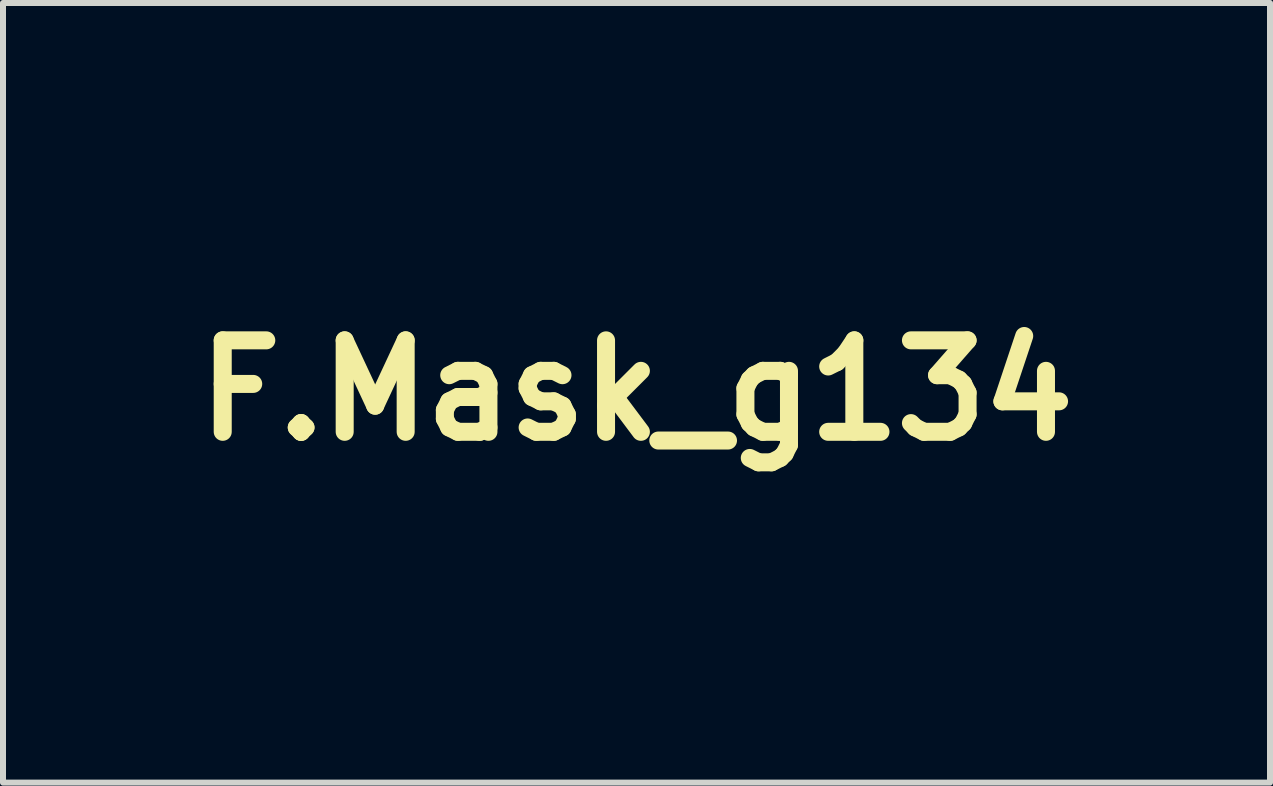
<source format=kicad_pcb>
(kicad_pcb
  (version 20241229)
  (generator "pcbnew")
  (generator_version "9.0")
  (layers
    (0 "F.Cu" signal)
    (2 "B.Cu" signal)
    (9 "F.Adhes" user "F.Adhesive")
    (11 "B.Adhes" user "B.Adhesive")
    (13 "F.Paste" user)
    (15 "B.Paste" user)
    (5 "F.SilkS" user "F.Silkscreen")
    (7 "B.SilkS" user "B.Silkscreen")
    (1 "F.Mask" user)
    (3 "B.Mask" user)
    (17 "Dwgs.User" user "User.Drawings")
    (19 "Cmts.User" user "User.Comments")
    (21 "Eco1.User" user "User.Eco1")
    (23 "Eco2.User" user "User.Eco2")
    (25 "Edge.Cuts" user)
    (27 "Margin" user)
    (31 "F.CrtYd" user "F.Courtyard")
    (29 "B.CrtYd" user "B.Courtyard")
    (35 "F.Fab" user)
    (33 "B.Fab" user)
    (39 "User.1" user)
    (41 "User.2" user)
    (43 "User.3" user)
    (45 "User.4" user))
  (footprint "F.Mask_g134"
    (layer "F.Cu")
    (at 7.555 3.455)
    (property "Reference" "F.Mask_g134" (at 0 0 0) (layer "F.SilkS") (effects (font (size 1.524 1.524) (thickness 0.3))))
    (attr through_hole)
    (fp_poly (pts (xy -0.515 2.907) (xy -0.513 2.932) (xy -0.515 2.935) (xy -0.528 2.932) (xy -0.529 2.921) (xy -0.521 2.904) (xy -0.515 2.907)) (stroke (width 0.01) (type solid)) (fill yes) (layer "F.Mask"))
    (fp_poly (pts (xy 0.016 1.513) (xy 0.021 1.524) (xy 0.018 1.542) (xy -0.000408 1.537) (xy -0.021 1.524) (xy -0.041 1.508) (xy -0.021 1.503) (xy -0.016 1.503) (xy 0.016 1.513)) (stroke (width 0.01) (type solid)) (fill yes) (layer "F.Mask"))
    (fp_poly (pts (xy -0.576 -3.433) (xy -0.581 -3.403) (xy -0.601 -3.321) (xy -0.616 -3.227) (xy -0.625 -3.133) (xy -0.628 -3.051) (xy -0.623 -2.993) (xy -0.618 -2.979) (xy -0.599 -2.924) (xy -0.585 -2.858) (xy -0.585 -2.857) (xy -0.582 -2.843) (xy -0.581 -2.852) (xy -0.386 -2.852) (xy -0.381 -2.827) (xy -0.367 -2.822) (xy -0.348 -2.839) (xy -0.346 -2.847) (xy -0.229 -2.847) (xy -0.226 -2.811) (xy -0.22 -2.808) (xy -0.219 -2.809) (xy -0.215 -2.851) (xy -0.218 -2.873) (xy -0.225 -2.882) (xy -0.229 -2.853) (xy -0.229 -2.847) (xy -0.346 -2.847) (xy -0.339 -2.892) (xy -0.339 -2.917) (xy -0.341 -2.979) (xy -0.347 -2.999) (xy -0.359 -2.978) (xy -0.375 -2.914) (xy -0.377 -2.908) (xy -0.386 -2.852) (xy -0.581 -2.852) (xy -0.579 -2.866) (xy -0.579 -2.921) (xy -0.579 -2.921) (xy -0.529 -2.921) (xy -0.521 -2.904) (xy -0.515 -2.907) (xy -0.513 -2.932) (xy -0.515 -2.935) (xy -0.528 -2.932) (xy -0.529 -2.921) (xy -0.579 -2.921) (xy -0.579 -2.958) (xy -0.579 -2.985) (xy -0.55 -2.985) (xy -0.543 -2.967) (xy -0.536 -2.97) (xy -0.534 -2.996) (xy -0.536 -2.999) (xy -0.549 -2.996) (xy -0.55 -2.985) (xy -0.579 -2.985) (xy -0.579 -3.006) (xy -0.508 -3.006) (xy -0.5 -2.988) (xy -0.494 -2.992) (xy -0.491 -3.017) (xy -0.494 -3.02) (xy -0.506 -3.017) (xy -0.508 -3.006) (xy -0.579 -3.006) (xy -0.579 -3.038) (xy -0.576 -3.099) (xy -0.57 -3.13) (xy -0.568 -3.133) (xy -0.554 -3.151) (xy -0.533 -3.198) (xy -0.519 -3.239) (xy -0.492 -3.302) (xy -0.465 -3.339) (xy -0.453 -3.344) (xy -0.437 -3.337) (xy -0.442 -3.31) (xy -0.465 -3.261) (xy -0.496 -3.194) (xy -0.506 -3.15) (xy -0.495 -3.119) (xy -0.48 -3.101) (xy -0.463 -3.093) (xy -0.447 -3.108) (xy -0.427 -3.152) (xy -0.404 -3.219) (xy -0.374 -3.302) (xy -0.346 -3.352) (xy -0.327 -3.365) (xy -0.299 -3.352) (xy -0.303 -3.325) (xy -0.315 -3.314) (xy -0.336 -3.285) (xy -0.362 -3.228) (xy -0.389 -3.155) (xy -0.412 -3.079) (xy -0.428 -3.012) (xy -0.433 -2.966) (xy -0.43 -2.956) (xy -0.418 -2.952) (xy -0.399 -2.981) (xy -0.372 -3.044) (xy -0.339 -3.134) (xy -0.305 -3.225) (xy -0.274 -3.295) (xy -0.25 -3.336) (xy -0.239 -3.344) (xy -0.22 -3.343) (xy -0.215 -3.334) (xy -0.224 -3.306) (xy -0.251 -3.25) (xy -0.254 -3.243) (xy -0.289 -3.125) (xy -0.296 -3.026) (xy -0.296 -2.896) (xy -0.235 -3.009) (xy -0.174 -3.122) (xy -0.129 -3.202) (xy -0.096 -3.255) (xy -0.074 -3.286) (xy -0.057 -3.3) (xy -0.048 -3.302) (xy -0.024 -3.289) (xy -0.028 -3.262) (xy -0.042 -3.249) (xy -0.067 -3.223) (xy -0.1 -3.174) (xy -0.135 -3.114) (xy -0.166 -3.053) (xy -0.188 -3.002) (xy -0.195 -2.971) (xy -0.193 -2.968) (xy -0.179 -2.942) (xy -0.18 -2.883) (xy -0.181 -2.872) (xy -0.188 -2.818) (xy -0.185 -2.8) (xy -0.17 -2.812) (xy -0.158 -2.826) (xy -0.106 -2.904) (xy -0.061 -3.002) (xy -0.031 -3.1) (xy -0.021 -3.171) (xy -0.017 -3.232) (xy -0.003 -3.255) (xy 0.005 -3.254) (xy 0.023 -3.228) (xy 0.022 -3.172) (xy 0.007 -3.096) (xy -0.022 -3.007) (xy -0.062 -2.913) (xy -0.11 -2.824) (xy -0.122 -2.804) (xy -0.166 -2.732) (xy -0.203 -2.662) (xy -0.229 -2.603) (xy -0.243 -2.563) (xy -0.239 -2.548) (xy -0.234 -2.55) (xy -0.215 -2.576) (xy -0.194 -2.626) (xy -0.19 -2.636) (xy -0.176 -2.668) (xy 0.005 -2.668) (xy 0.008 -2.667) (xy 0.027 -2.682) (xy 0.032 -2.688) (xy 0.037 -2.708) (xy 0.034 -2.709) (xy 0.015 -2.694) (xy 0.011 -2.688) (xy 0.005 -2.668) (xy -0.176 -2.668) (xy -0.168 -2.686) (xy -0.144 -2.701) (xy -0.126 -2.698) (xy -0.107 -2.695) (xy -0.092 -2.704) (xy -0.077 -2.731) (xy -0.074 -2.741) (xy 0 -2.741) (xy 0.011 -2.731) (xy 0.021 -2.741) (xy 0.011 -2.752) (xy 0 -2.741) (xy -0.074 -2.741) (xy -0.061 -2.782) (xy 0.035 -2.782) (xy 0.039 -2.778) (xy 0.063 -2.808) (xy 0.091 -2.852) (xy 0.135 -2.931) (xy 0.165 -3.002) (xy 0.176 -3.055) (xy 0.168 -3.081) (xy 0.152 -3.074) (xy 0.148 -3.051) (xy 0.139 -3.011) (xy 0.114 -2.949) (xy 0.086 -2.891) (xy 0.05 -2.821) (xy 0.035 -2.782) (xy -0.061 -2.782) (xy -0.061 -2.784) (xy -0.039 -2.869) (xy -0.031 -2.905) (xy -0.012 -2.952) (xy 0.008 -2.961) (xy 0.019 -2.934) (xy 0.017 -2.901) (xy 0.015 -2.86) (xy 0.023 -2.848) (xy 0.024 -2.848) (xy 0.045 -2.878) (xy 0.069 -2.935) (xy 0.093 -3.005) (xy 0.11 -3.075) (xy 0.118 -3.13) (xy 0.117 -3.147) (xy 0.116 -3.186) (xy 0.137 -3.196) (xy 0.163 -3.178) (xy 0.169 -3.154) (xy 0.183 -3.119) (xy 0.201 -3.111) (xy 0.225 -3.104) (xy 0.23 -3.076) (xy 0.214 -3.025) (xy 0.178 -2.944) (xy 0.162 -2.912) (xy 0.128 -2.843) (xy 0.113 -2.806) (xy 0.115 -2.798) (xy 0.135 -2.813) (xy 0.139 -2.816) (xy 0.177 -2.844) (xy 0.2 -2.838) (xy 0.202 -2.835) (xy 0.197 -2.805) (xy 0.159 -2.761) (xy 0.14 -2.744) (xy 0.078 -2.684) (xy 0.024 -2.621) (xy -0.014 -2.565) (xy -0.03 -2.525) (xy -0.028 -2.513) (xy -0.008 -2.515) (xy 0.031 -2.55) (xy 0.086 -2.617) (xy 0.142 -2.694) (xy 0.183 -2.744) (xy 0.211 -2.757) (xy 0.219 -2.752) (xy 0.222 -2.726) (xy 0.192 -2.681) (xy 0.157 -2.64) (xy 0.105 -2.583) (xy 0.062 -2.532) (xy 0.044 -2.508) (xy 0.042 -2.5) (xy 0.064 -2.518) (xy 0.103 -2.558) (xy 0.155 -2.606) (xy 0.198 -2.631) (xy 0.225 -2.631) (xy 0.229 -2.605) (xy 0.224 -2.591) (xy 0.221 -2.564) (xy 0.242 -2.569) (xy 0.285 -2.603) (xy 0.318 -2.635) (xy 0.368 -2.68) (xy 0.402 -2.693) (xy 0.409 -2.689) (xy 0.409 -2.663) (xy 0.373 -2.622) (xy 0.365 -2.615) (xy 0.319 -2.564) (xy 0.31 -2.522) (xy 0.304 -2.474) (xy 0.27 -2.397) (xy 0.206 -2.293) (xy 0.173 -2.244) (xy 0.15 -2.209) (xy 0.15 -2.202) (xy 0.173 -2.225) (xy 0.21 -2.265) (xy 0.266 -2.337) (xy 0.314 -2.417) (xy 0.334 -2.461) (xy 0.357 -2.518) (xy 0.378 -2.554) (xy 0.386 -2.561) (xy 0.401 -2.545) (xy 0.395 -2.503) (xy 0.372 -2.443) (xy 0.335 -2.373) (xy 0.288 -2.301) (xy 0.24 -2.242) (xy 0.159 -2.151) (xy 0.174 -2.16) (xy 0.302 -2.16) (xy 0.304 -2.159) (xy 0.324 -2.174) (xy 0.328 -2.18) (xy 0.333 -2.2) (xy 0.331 -2.201) (xy 0.311 -2.186) (xy 0.307 -2.18) (xy 0.302 -2.16) (xy 0.174 -2.16) (xy 0.229 -2.192) (xy 0.312 -2.258) (xy 0.377 -2.339) (xy 0.423 -2.339) (xy 0.434 -2.328) (xy 0.445 -2.339) (xy 0.434 -2.349) (xy 0.423 -2.339) (xy 0.377 -2.339) (xy 0.384 -2.348) (xy 0.423 -2.423) (xy 0.445 -2.459) (xy 0.466 -2.466) (xy 0.475 -2.438) (xy 0.466 -2.414) (xy 0.456 -2.384) (xy 0.476 -2.379) (xy 0.478 -2.379) (xy 0.523 -2.405) (xy 0.547 -2.461) (xy 0.55 -2.492) (xy 0.562 -2.531) (xy 0.582 -2.54) (xy 0.61 -2.529) (xy 0.614 -2.52) (xy 0.601 -2.482) (xy 0.569 -2.421) (xy 0.524 -2.35) (xy 0.472 -2.278) (xy 0.422 -2.216) (xy 0.386 -2.179) (xy 0.307 -2.111) (xy 0.381 -2.152) (xy 0.442 -2.197) (xy 0.494 -2.254) (xy 0.497 -2.26) (xy 0.529 -2.304) (xy 0.553 -2.327) (xy 0.556 -2.328) (xy 0.571 -2.314) (xy 0.565 -2.277) (xy 0.538 -2.229) (xy 0.529 -2.217) (xy 0.499 -2.169) (xy 0.487 -2.131) (xy 0.487 -2.131) (xy 0.469 -2.105) (xy 0.421 -2.07) (xy 0.368 -2.043) (xy 0.309 -2.012) (xy 0.27 -1.988) (xy 0.261 -1.976) (xy 0.284 -1.978) (xy 0.332 -1.995) (xy 0.392 -2.022) (xy 0.451 -2.053) (xy 0.493 -2.079) (xy 0.526 -2.095) (xy 0.548 -2.078) (xy 0.55 -2.075) (xy 0.568 -2.056) (xy 0.581 -2.076) (xy 0.583 -2.08) (xy 0.607 -2.105) (xy 0.642 -2.117) (xy 0.671 -2.111) (xy 0.677 -2.097) (xy 0.66 -2.076) (xy 0.618 -2.044) (xy 0.593 -2.029) (xy 0.538 -1.993) (xy 0.518 -1.962) (xy 0.52 -1.944) (xy 0.52 -1.919) (xy 0.495 -1.903) (xy 0.44 -1.891) (xy 0.349 -1.876) (xy 0.434 -1.858) (xy 0.501 -1.849) (xy 0.558 -1.85) (xy 0.566 -1.852) (xy 0.605 -1.852) (xy 0.61 -1.831) (xy 0.581 -1.791) (xy 0.581 -1.79) (xy 0.562 -1.765) (xy 0.566 -1.757) (xy 0.597 -1.77) (xy 0.604 -1.776) (xy 0.633 -1.782) (xy 0.695 -1.783) (xy 0.783 -1.778) (xy 0.887 -1.77) (xy 0.999 -1.759) (xy 1.111 -1.746) (xy 1.214 -1.731) (xy 1.3 -1.715) (xy 1.351 -1.703) (xy 1.49 -1.652) (xy 1.587 -1.59) (xy 1.641 -1.523) (xy 1.667 -1.464) (xy 1.67 -1.429) (xy 1.643 -1.41) (xy 1.581 -1.404) (xy 1.529 -1.404) (xy 1.463 -1.403) (xy 1.408 -1.397) (xy 1.352 -1.381) (xy 1.285 -1.353) (xy 1.194 -1.308) (xy 1.175 -1.299) (xy 1.03 -1.228) (xy 0.906 -1.176) (xy 0.789 -1.137) (xy 0.664 -1.105) (xy 0.614 -1.094) (xy 0.476 -1.066) (xy 0.561 -1.038) (xy 0.678 -0.992) (xy 0.807 -0.927) (xy 0.934 -0.852) (xy 1.043 -0.776) (xy 1.093 -0.735) (xy 1.201 -0.623) (xy 1.271 -0.522) (xy 1.303 -0.427) (xy 1.304 -0.354) (xy 1.296 -0.287) (xy 1.287 -0.197) (xy 1.28 -0.106) (xy 1.271 0.000156) (xy 1.261 0.073) (xy 1.247 0.121) (xy 1.224 0.153) (xy 1.19 0.178) (xy 1.159 0.196) (xy 1.114 0.217) (xy 1.069 0.231) (xy 1.012 0.238) (xy 0.933 0.241) (xy 0.826 0.242) (xy 0.553 0.222) (xy 0.299 0.17) (xy 0.288 0.166) (xy 0.581 0.166) (xy 0.607 0.173) (xy 0.661 0.18) (xy 0.739 0.185) (xy 0.836 0.188) (xy 0.842 0.188) (xy 0.969 0.185) (xy 1.065 0.173) (xy 1.11 0.161) (xy 1.182 0.117) (xy 1.216 0.058) (xy 1.214 -0.02) (xy 1.205 -0.051) (xy 1.178 -0.138) (xy 1.163 -0.069) (xy 1.145 -0.011) (xy 1.123 0.031) (xy 1.071 0.069) (xy 0.987 0.103) (xy 0.884 0.13) (xy 0.771 0.147) (xy 0.703 0.15) (xy 0.625 0.153) (xy 0.585 0.159) (xy 0.581 0.166) (xy 0.288 0.166) (xy 0.096 0.097) (xy 0.093 0.095) (xy 0.233 0.095) (xy 0.243 0.106) (xy 0.254 0.095) (xy 0.243 0.085) (xy 0.233 0.095) (xy 0.093 0.095) (xy 0.039 0.074) (xy 0.191 0.074) (xy 0.201 0.085) (xy 0.212 0.074) (xy 0.201 0.064) (xy 0.191 0.074) (xy 0.039 0.074) (xy 0.033 0.071) (xy -0.006 0.062) (xy -0.014 0.069) (xy 0.048 0.223) (xy 0.093 0.35) (xy 0.123 0.463) (xy 0.14 0.572) (xy 0.147 0.688) (xy 0.145 0.822) (xy 0.143 0.856) (xy 0.133 1.097) (xy 0.215 1.17) (xy 0.275 1.24) (xy 0.297 1.314) (xy 0.283 1.401) (xy 0.26 1.456) (xy 0.202 1.549) (xy 0.113 1.651) (xy 0.003 1.756) (xy -0.121 1.857) (xy -0.249 1.947) (xy -0.374 2.019) (xy -0.472 2.061) (xy -0.607 2.091) (xy -0.737 2.089) (xy -0.854 2.057) (xy -0.95 1.997) (xy -0.984 1.961) (xy -1.037 1.894) (xy -1.037 1.95) (xy -1.028 2.021) (xy -1.003 2.115) (xy -0.966 2.22) (xy -0.923 2.321) (xy -0.888 2.388) (xy -0.823 2.501) (xy -0.734 2.483) (xy -0.639 2.472) (xy -0.528 2.468) (xy -0.415 2.472) (xy -0.318 2.484) (xy -0.27 2.496) (xy -0.206 2.524) (xy -0.13 2.565) (xy -0.09 2.591) (xy -0.021 2.633) (xy 0.028 2.648) (xy 0.053 2.644) (xy 0.122 2.63) (xy 0.21 2.627) (xy 0.296 2.637) (xy 0.358 2.656) (xy 0.418 2.705) (xy 0.444 2.777) (xy 0.438 2.874) (xy 0.413 2.963) (xy 0.393 3.033) (xy 0.382 3.097) (xy 0.381 3.112) (xy 0.389 3.155) (xy 0.421 3.177) (xy 0.445 3.182) (xy 0.534 3.188) (xy 0.646 3.177) (xy 0.766 3.152) (xy 0.878 3.117) (xy 0.969 3.075) (xy 0.974 3.072) (xy 1.069 3.005) (xy 1.156 2.93) (xy 1.225 2.858) (xy 1.251 2.823) (xy 1.276 2.774) (xy 1.286 2.725) (xy 1.284 2.658) (xy 1.28 2.624) (xy 1.277 2.564) (xy 1.312 2.564) (xy 1.318 2.612) (xy 1.331 2.635) (xy 1.345 2.627) (xy 1.351 2.603) (xy 1.347 2.556) (xy 1.335 2.533) (xy 1.318 2.527) (xy 1.312 2.56) (xy 1.312 2.564) (xy 1.277 2.564) (xy 1.275 2.535) (xy 1.283 2.48) (xy 1.292 2.465) (xy 1.335 2.437) (xy 1.381 2.443) (xy 1.422 2.475) (xy 1.45 2.527) (xy 1.455 2.591) (xy 1.453 2.603) (xy 1.432 2.651) (xy 1.389 2.72) (xy 1.328 2.802) (xy 1.258 2.888) (xy 1.186 2.97) (xy 1.117 3.039) (xy 1.096 3.057) (xy 1.027 3.107) (xy 0.939 3.154) (xy 0.849 3.193) (xy 0.772 3.215) (xy 0.745 3.219) (xy 0.696 3.229) (xy 0.667 3.24) (xy 0.669 3.247) (xy 0.712 3.252) (xy 0.794 3.254) (xy 0.915 3.252) (xy 0.963 3.251) (xy 0.998 3.249) (xy 1.503 3.249) (xy 1.513 3.26) (xy 1.524 3.249) (xy 1.513 3.239) (xy 1.503 3.249) (xy 0.998 3.249) (xy 1.215 3.237) (xy 1.437 3.206) (xy 1.64 3.155) (xy 1.834 3.082) (xy 2.029 2.982) (xy 2.183 2.889) (xy 2.256 2.837) (xy 2.319 2.786) (xy 2.348 2.756) (xy 2.466 2.756) (xy 2.519 2.741) (xy 2.572 2.722) (xy 2.603 2.708) (xy 2.623 2.692) (xy 2.603 2.679) (xy 2.596 2.676) (xy 2.551 2.679) (xy 2.512 2.709) (xy 2.466 2.756) (xy 2.348 2.756) (xy 2.36 2.744) (xy 2.363 2.74) (xy 2.406 2.684) (xy 2.456 2.625) (xy 2.459 2.622) (xy 2.518 2.578) (xy 2.579 2.561) (xy 2.634 2.57) (xy 2.672 2.601) (xy 2.684 2.653) (xy 2.68 2.676) (xy 2.654 2.718) (xy 2.595 2.754) (xy 2.571 2.764) (xy 2.51 2.793) (xy 2.43 2.84) (xy 2.342 2.896) (xy 2.301 2.925) (xy 2.052 3.083) (xy 1.796 3.205) (xy 1.526 3.292) (xy 1.237 3.347) (xy 0.925 3.369) (xy 0.836 3.37) (xy 0.541 3.356) (xy 0.266 3.313) (xy -0.004 3.241) (xy -0.04 3.229) (xy -0.121 3.202) (xy -0.178 3.189) (xy -0.227 3.187) (xy -0.284 3.196) (xy -0.336 3.208) (xy -0.406 3.229) (xy -0.502 3.265) (xy -0.615 3.311) (xy -0.731 3.363) (xy -0.772 3.382) (xy -0.886 3.436) (xy -0.971 3.475) (xy -1.037 3.5) (xy -1.092 3.516) (xy -1.146 3.524) (xy -1.207 3.528) (xy -1.249 3.529) (xy -1.385 3.526) (xy -1.501 3.509) (xy -1.566 3.491) (xy -1.682 3.458) (xy -1.513 3.458) (xy -1.46 3.473) (xy -1.372 3.49) (xy -1.307 3.482) (xy -1.29 3.468) (xy -1.227 3.468) (xy -1.221 3.487) (xy -1.195 3.484) (xy -1.14 3.462) (xy -1.118 3.453) (xy -1.054 3.418) (xy -0.959 3.418) (xy -0.89 3.352) (xy -0.869 3.329) (xy -0.773 3.329) (xy -0.68 3.278) (xy -0.628 3.246) (xy -0.613 3.227) (xy -0.625 3.221) (xy -0.662 3.23) (xy -0.709 3.263) (xy -0.717 3.271) (xy -0.773 3.329) (xy -0.869 3.329) (xy -0.85 3.308) (xy -0.829 3.273) (xy -0.828 3.263) (xy -0.843 3.266) (xy -0.873 3.297) (xy -0.897 3.33) (xy -0.959 3.418) (xy -1.054 3.418) (xy -1.051 3.417) (xy -0.994 3.376) (xy -0.98 3.363) (xy -0.953 3.327) (xy -0.918 3.271) (xy -0.902 3.245) (xy -0.793 3.245) (xy -0.79 3.253) (xy -0.788 3.252) (xy -0.764 3.227) (xy -0.731 3.179) (xy -0.731 3.179) (xy 0.006 3.179) (xy 0.012 3.185) (xy 0.052 3.201) (xy 0.074 3.209) (xy 0.239 3.259) (xy 0.429 3.299) (xy 0.629 3.326) (xy 0.823 3.338) (xy 0.868 3.338) (xy 0.932 3.337) (xy 0.965 3.335) (xy 0.963 3.332) (xy 0.953 3.331) (xy 0.782 3.314) (xy 1.105 3.314) (xy 1.13 3.317) (xy 1.154 3.318) (xy 1.197 3.316) (xy 1.208 3.311) (xy 1.201 3.309) (xy 1.151 3.305) (xy 1.117 3.308) (xy 1.105 3.314) (xy 0.782 3.314) (xy 0.764 3.312) (xy 0.617 3.296) (xy 1.283 3.296) (xy 1.312 3.299) (xy 1.342 3.295) (xy 1.339 3.288) (xy 1.295 3.285) (xy 1.286 3.288) (xy 1.283 3.296) (xy 0.617 3.296) (xy 0.61 3.295) (xy 0.484 3.278) (xy 0.411 3.267) (xy 1.404 3.267) (xy 1.407 3.279) (xy 1.418 3.281) (xy 1.436 3.273) (xy 1.432 3.267) (xy 1.407 3.264) (xy 1.404 3.267) (xy 0.411 3.267) (xy 0.378 3.261) (xy 0.284 3.243) (xy 0.212 3.226) (xy 0.105 3.199) (xy 0.037 3.183) (xy 0.006 3.179) (xy -0.731 3.179) (xy -0.728 3.173) (xy -0.603 3.173) (xy -0.544 3.174) (xy -0.486 3.169) (xy -0.428 3.159) (xy 0.237 3.159) (xy 0.255 3.171) (xy 0.265 3.175) (xy 0.305 3.191) (xy 0.315 3.191) (xy 0.307 3.175) (xy 0.277 3.157) (xy 0.258 3.155) (xy 0.237 3.159) (xy -0.428 3.159) (xy -0.413 3.157) (xy -0.389 3.151) (xy -0.382 3.149) (xy 0.157 3.149) (xy 0.178 3.152) (xy 0.206 3.148) (xy 0.206 3.141) (xy 0.178 3.136) (xy 0.165 3.139) (xy 0.157 3.149) (xy -0.382 3.149) (xy -0.331 3.133) (xy -0.314 3.117) (xy -0.321 3.109) (xy -0.384 3.092) (xy -0.464 3.105) (xy -0.529 3.133) (xy -0.603 3.173) (xy -0.728 3.173) (xy -0.72 3.161) (xy -0.698 3.119) (xy -0.696 3.103) (xy -0.702 3.106) (xy -0.727 3.134) (xy -0.755 3.173) (xy -0.779 3.214) (xy -0.793 3.245) (xy -0.902 3.245) (xy -0.879 3.206) (xy -0.857 3.164) (xy -0.804 3.164) (xy -0.794 3.175) (xy -0.783 3.164) (xy -0.794 3.154) (xy -0.804 3.164) (xy -0.857 3.164) (xy -0.845 3.143) (xy -0.838 3.128) (xy -0.777 3.128) (xy -0.775 3.133) (xy -0.757 3.119) (xy -0.741 3.101) (xy -0.614 3.101) (xy -0.603 3.111) (xy -0.593 3.101) (xy -0.603 3.09) (xy -0.614 3.101) (xy -0.741 3.101) (xy -0.728 3.075) (xy -0.736 3.069) (xy -0.761 3.086) (xy -0.77 3.101) (xy -0.777 3.128) (xy -0.838 3.128) (xy -0.819 3.091) (xy -0.808 3.062) (xy -0.809 3.058) (xy -0.832 3.054) (xy -0.853 3.051) (xy -0.357 3.051) (xy -0.344 3.067) (xy -0.319 3.069) (xy -0.278 3.08) (xy -0.263 3.092) (xy -0.233 3.106) (xy -0.185 3.103) (xy -0.122 3.095) (xy -0.046 3.091) (xy -0.028 3.09) (xy 0.028 3.089) (xy 0.051 3.081) (xy 0.049 3.061) (xy 0.042 3.047) (xy 0.001 3.001) (xy -0.063 2.954) (xy -0.135 2.917) (xy -0.166 2.907) (xy -0.207 2.908) (xy -0.254 2.935) (xy -0.287 2.965) (xy -0.338 3.019) (xy -0.357 3.051) (xy -0.853 3.051) (xy -0.884 3.047) (xy -0.937 3.042) (xy -1.006 3.036) (xy -1.046 3.04) (xy -1.07 3.056) (xy -1.088 3.087) (xy -1.125 3.146) (xy -1.162 3.194) (xy -1.194 3.249) (xy -1.206 3.303) (xy -1.211 3.367) (xy -1.22 3.426) (xy -1.227 3.468) (xy -1.29 3.468) (xy -1.274 3.455) (xy -1.257 3.411) (xy -1.242 3.348) (xy -1.239 3.335) (xy -1.224 3.252) (xy -1.3 3.319) (xy -1.363 3.369) (xy -1.428 3.412) (xy -1.445 3.422) (xy -1.513 3.458) (xy -1.682 3.458) (xy -1.706 3.451) (xy -1.819 3.427) (xy -1.916 3.418) (xy -2.011 3.422) (xy -2.067 3.429) (xy -2.146 3.442) (xy -2.212 3.454) (xy -2.249 3.463) (xy -2.279 3.46) (xy -2.286 3.427) (xy -2.28 3.403) (xy -2.183 3.403) (xy -2.071 3.382) (xy -2 3.367) (xy -1.959 3.355) (xy -1.884 3.355) (xy -1.873 3.365) (xy -1.863 3.355) (xy -1.873 3.344) (xy -1.884 3.355) (xy -1.959 3.355) (xy -1.942 3.35) (xy -1.921 3.341) (xy -1.911 3.333) (xy -1.835 3.333) (xy -1.834 3.338) (xy -1.807 3.35) (xy -1.755 3.367) (xy -1.69 3.384) (xy -1.628 3.398) (xy -1.584 3.406) (xy -1.582 3.406) (xy -1.538 3.399) (xy -1.479 3.38) (xy -1.469 3.376) (xy -1.4 3.34) (xy -1.332 3.294) (xy -1.326 3.29) (xy -1.275 3.242) (xy -1.221 3.183) (xy -1.171 3.124) (xy -1.136 3.074) (xy -1.122 3.043) (xy -1.122 3.043) (xy -1.141 3.035) (xy -1.193 3.032) (xy -1.268 3.036) (xy -1.358 3.044) (xy -1.453 3.056) (xy -1.543 3.072) (xy -1.584 3.081) (xy -1.654 3.102) (xy -1.706 3.127) (xy -1.725 3.144) (xy -1.75 3.185) (xy -1.786 3.24) (xy -1.795 3.254) (xy -1.823 3.302) (xy -1.835 3.333) (xy -1.911 3.333) (xy -1.89 3.316) (xy -1.85 3.272) (xy -1.811 3.222) (xy -1.779 3.175) (xy -1.765 3.144) (xy -1.766 3.138) (xy -1.789 3.141) (xy -1.839 3.162) (xy -1.904 3.196) (xy -1.975 3.237) (xy -2.043 3.28) (xy -2.098 3.319) (xy -2.126 3.343) (xy -2.183 3.403) (xy -2.28 3.403) (xy -2.272 3.37) (xy -2.249 3.318) (xy -2.188 3.318) (xy -2.167 3.312) (xy -2.117 3.274) (xy -2.109 3.267) (xy -2.059 3.231) (xy -1.984 3.186) (xy -1.898 3.141) (xy -1.873 3.129) (xy -1.704 3.047) (xy -1.847 3.054) (xy -1.953 3.066) (xy -2.032 3.096) (xy -2.094 3.15) (xy -2.151 3.233) (xy -2.183 3.292) (xy -2.188 3.318) (xy -2.249 3.318) (xy -2.238 3.292) (xy -2.186 3.199) (xy -2.118 3.096) (xy -2.088 3.055) (xy -2.069 3.033) (xy -1.998 3.033) (xy -1.975 3.035) (xy -1.958 3.032) (xy -1.918 3.018) (xy -1.905 3.003) (xy -1.92 2.986) (xy -1.953 2.989) (xy -1.986 3.011) (xy -1.987 3.013) (xy -1.998 3.033) (xy -2.069 3.033) (xy -1.985 2.938) (xy -1.884 2.938) (xy -1.865 2.974) (xy -1.817 3) (xy -1.768 3.007) (xy -1.707 3.014) (xy -1.662 3.025) (xy -1.612 3.035) (xy -1.588 3.033) (xy -1.554 3.027) (xy -1.489 3.018) (xy -1.403 3.006) (xy -1.344 2.999) (xy -1.313 2.995) (xy -0.614 2.995) (xy -0.603 3.006) (xy -0.593 2.995) (xy -0.603 2.985) (xy -0.614 2.995) (xy -1.313 2.995) (xy -1.132 2.973) (xy -1.234 2.912) (xy -1.341 2.864) (xy -1.475 2.834) (xy -1.499 2.831) (xy -1.583 2.821) (xy -1.641 2.819) (xy -1.688 2.827) (xy -1.738 2.848) (xy -1.773 2.865) (xy -1.832 2.898) (xy -1.872 2.925) (xy -1.884 2.938) (xy -1.985 2.938) (xy -1.953 2.902) (xy -1.796 2.779) (xy -1.76 2.761) (xy -1.683 2.761) (xy -1.524 2.785) (xy -1.447 2.797) (xy -1.387 2.806) (xy -1.356 2.811) (xy -1.355 2.811) (xy -1.362 2.801) (xy -1.394 2.773) (xy -1.408 2.762) (xy -1.451 2.731) (xy -1.361 2.731) (xy -1.331 2.776) (xy -1.306 2.801) (xy -1.252 2.848) (xy -1.2 2.882) (xy -1.182 2.89) (xy -1.128 2.915) (xy -1.082 2.945) (xy -1.033 2.97) (xy -0.962 2.982) (xy -0.899 2.985) (xy -0.827 2.984) (xy -0.788 2.978) (xy -0.775 2.966) (xy -0.776 2.953) (xy -0.741 2.953) (xy -0.73 2.963) (xy -0.72 2.953) (xy -0.73 2.942) (xy -0.741 2.953) (xy -0.776 2.953) (xy -0.777 2.942) (xy -0.778 2.939) (xy -0.781 2.907) (xy -0.765 2.908) (xy -0.744 2.906) (xy -0.739 2.885) (xy -0.733 2.871) (xy -0.716 2.897) (xy -0.71 2.91) (xy -0.69 2.952) (xy -0.681 2.957) (xy -0.68 2.953) (xy -0.614 2.953) (xy -0.603 2.963) (xy -0.593 2.953) (xy -0.603 2.942) (xy -0.614 2.953) (xy -0.68 2.953) (xy -0.675 2.927) (xy -0.674 2.921) (xy -0.675 2.91) (xy -0.656 2.91) (xy -0.646 2.921) (xy -0.635 2.91) (xy -0.646 2.9) (xy -0.656 2.91) (xy -0.675 2.91) (xy -0.679 2.878) (xy -0.712 2.837) (xy -0.741 2.814) (xy -0.809 2.765) (xy -0.847 2.741) (xy -0.859 2.74) (xy -0.85 2.759) (xy -0.84 2.774) (xy -0.81 2.825) (xy -0.807 2.846) (xy -0.83 2.834) (xy -0.865 2.8) (xy -0.952 2.736) (xy -1.071 2.697) (xy -1.22 2.683) (xy -1.224 2.682) (xy -1.309 2.687) (xy -1.354 2.703) (xy -1.361 2.731) (xy -1.451 2.731) (xy -1.463 2.724) (xy -1.513 2.712) (xy -1.576 2.723) (xy -1.611 2.735) (xy -1.683 2.761) (xy -1.76 2.761) (xy -1.623 2.69) (xy -1.615 2.688) (xy -1.429 2.688) (xy -1.428 2.708) (xy -1.421 2.709) (xy -1.391 2.694) (xy -1.386 2.688) (xy -1.387 2.669) (xy -1.395 2.667) (xy -1.424 2.682) (xy -1.429 2.688) (xy -1.615 2.688) (xy -1.442 2.639) (xy -1.376 2.632) (xy -0.967 2.632) (xy -0.964 2.644) (xy -0.953 2.646) (xy -0.948 2.644) (xy -0.889 2.644) (xy -0.872 2.663) (xy -0.829 2.697) (xy -0.766 2.74) (xy -0.753 2.749) (xy -0.679 2.803) (xy -0.614 2.86) (xy -0.572 2.909) (xy -0.571 2.911) (xy -0.539 2.954) (xy -0.512 2.974) (xy -0.506 2.973) (xy -0.488 2.976) (xy -0.487 2.983) (xy -0.47 3.004) (xy -0.461 3.006) (xy -0.447 2.999) (xy -0.461 2.98) (xy -0.47 2.963) (xy -0.423 2.963) (xy -0.416 2.981) (xy -0.409 2.977) (xy -0.407 2.952) (xy -0.409 2.949) (xy -0.422 2.952) (xy -0.423 2.963) (xy -0.47 2.963) (xy -0.48 2.945) (xy -0.484 2.918) (xy -0.397 2.918) (xy -0.381 2.908) (xy -0.378 2.905) (xy -0.362 2.878) (xy -0.364 2.868) (xy -0.38 2.874) (xy -0.39 2.894) (xy -0.397 2.918) (xy -0.484 2.918) (xy -0.486 2.901) (xy -0.479 2.867) (xy -0.466 2.857) (xy -0.446 2.874) (xy -0.445 2.883) (xy -0.435 2.888) (xy -0.413 2.864) (xy -0.18 2.864) (xy -0.172 2.876) (xy -0.137 2.886) (xy -0.079 2.897) (xy -0.074 2.884) (xy -0.085 2.857) (xy -0.115 2.82) (xy -0.147 2.824) (xy -0.168 2.845) (xy -0.18 2.864) (xy -0.413 2.864) (xy -0.412 2.862) (xy -0.406 2.848) (xy -0.275 2.848) (xy -0.26 2.848) (xy -0.233 2.836) (xy -0.2 2.814) (xy -0.191 2.803) (xy -0.206 2.803) (xy -0.233 2.815) (xy -0.266 2.837) (xy -0.275 2.848) (xy -0.406 2.848) (xy -0.391 2.814) (xy -0.4 2.778) (xy -0.417 2.755) (xy -0.422 2.77) (xy -0.423 2.789) (xy -0.431 2.826) (xy -0.445 2.836) (xy -0.457 2.819) (xy -0.453 2.785) (xy -0.457 2.719) (xy -0.474 2.685) (xy -0.494 2.66) (xy -0.504 2.659) (xy -0.508 2.689) (xy -0.51 2.752) (xy -0.512 2.868) (xy -0.54 2.764) (xy -0.563 2.698) (xy -0.588 2.646) (xy -0.599 2.63) (xy -0.644 2.604) (xy -0.707 2.591) (xy -0.776 2.589) (xy -0.837 2.6) (xy -0.878 2.621) (xy -0.889 2.644) (xy -0.948 2.644) (xy -0.935 2.638) (xy -0.938 2.632) (xy -0.964 2.629) (xy -0.967 2.632) (xy -1.376 2.632) (xy -1.349 2.629) (xy -1.184 2.619) (xy -1.297 2.5) (xy -1.36 2.431) (xy -1.418 2.362) (xy -1.423 2.356) (xy -1.372 2.356) (xy -1.367 2.367) (xy -1.346 2.39) (xy -1.334 2.385) (xy -1.333 2.382) (xy -1.349 2.365) (xy -1.358 2.358) (xy -1.372 2.356) (xy -1.423 2.356) (xy -1.459 2.308) (xy -1.46 2.307) (xy -1.485 2.271) (xy -1.436 2.271) (xy -1.431 2.283) (xy -1.409 2.305) (xy -1.397 2.301) (xy -1.397 2.298) (xy -1.412 2.28) (xy -1.421 2.273) (xy -1.436 2.271) (xy -1.485 2.271) (xy -1.493 2.259) (xy -1.514 2.228) (xy -1.518 2.224) (xy -1.535 2.232) (xy -1.573 2.264) (xy -1.615 2.303) (xy -1.692 2.368) (xy -1.772 2.408) (xy -1.868 2.429) (xy -1.985 2.434) (xy -2.109 2.424) (xy -2.21 2.391) (xy -2.294 2.33) (xy -2.366 2.237) (xy -2.43 2.108) (xy -2.456 2.044) (xy -2.506 1.925) (xy -2.555 1.843) (xy -2.593 1.807) (xy -2.492 1.807) (xy -2.491 1.832) (xy -2.483 1.846) (xy -2.466 1.877) (xy -2.439 1.937) (xy -2.406 2.015) (xy -2.394 2.045) (xy -2.335 2.174) (xy -2.273 2.266) (xy -2.201 2.325) (xy -2.112 2.357) (xy -2.002 2.367) (xy -1.99 2.367) (xy -1.873 2.365) (xy -1.987 2.349) (xy -2.095 2.32) (xy -1.99 2.32) (xy -1.971 2.329) (xy -1.926 2.329) (xy -1.867 2.323) (xy -1.808 2.311) (xy -1.772 2.299) (xy -1.687 2.246) (xy -1.657 2.212) (xy -1.482 2.212) (xy -1.471 2.223) (xy -1.46 2.212) (xy -1.471 2.201) (xy -1.482 2.212) (xy -1.657 2.212) (xy -1.624 2.174) (xy -1.613 2.148) (xy -1.447 2.148) (xy -1.417 2.212) (xy -1.406 2.229) (xy -1.369 2.279) (xy -1.316 2.342) (xy -1.254 2.412) (xy -1.191 2.48) (xy -1.132 2.54) (xy -1.086 2.583) (xy -1.058 2.603) (xy -1.056 2.603) (xy -1.053 2.588) (xy -0.589 2.588) (xy -0.584 2.6) (xy -0.563 2.623) (xy -0.551 2.618) (xy -0.55 2.615) (xy -0.565 2.597) (xy -0.575 2.591) (xy -0.589 2.588) (xy -1.053 2.588) (xy -1.053 2.586) (xy -1.057 2.572) (xy -0.635 2.572) (xy -0.624 2.582) (xy -0.614 2.572) (xy -0.624 2.561) (xy -0.635 2.572) (xy -1.057 2.572) (xy -1.065 2.544) (xy -1.071 2.527) (xy -1.112 2.445) (xy -1.165 2.358) (xy -1.226 2.271) (xy -1.288 2.195) (xy -1.345 2.135) (xy -1.391 2.101) (xy -1.409 2.095) (xy -1.444 2.109) (xy -1.447 2.148) (xy -1.613 2.148) (xy -1.598 2.114) (xy -1.598 2.109) (xy -1.566 2.109) (xy -1.563 2.146) (xy -1.547 2.147) (xy -1.535 2.138) (xy -1.508 2.102) (xy -1.503 2.082) (xy -1.52 2.057) (xy -1.535 2.053) (xy -1.56 2.072) (xy -1.566 2.109) (xy -1.598 2.109) (xy -1.596 2.068) (xy -1.622 2.03) (xy -1.642 2.014) (xy -1.663 2) (xy -1.566 2) (xy -1.556 2.011) (xy -1.545 2) (xy -1.556 1.99) (xy -1.566 2) (xy -1.663 2) (xy -1.697 1.979) (xy -1.609 1.979) (xy -1.598 1.99) (xy -1.587 1.979) (xy -1.598 1.968) (xy -1.609 1.979) (xy -1.697 1.979) (xy -1.701 1.976) (xy -1.742 1.974) (xy -1.767 2.008) (xy -1.768 2.011) (xy -1.795 2.055) (xy -1.832 2.087) (xy -1.863 2.118) (xy -1.903 2.169) (xy -1.944 2.229) (xy -1.975 2.283) (xy -1.99 2.319) (xy -1.99 2.32) (xy -2.095 2.32) (xy -2.11 2.317) (xy -2.172 2.279) (xy -2.103 2.279) (xy -2.093 2.288) (xy -2.056 2.305) (xy -2.027 2.292) (xy -2.002 2.261) (xy -1.979 2.22) (xy -1.986 2.207) (xy -2.025 2.22) (xy -2.054 2.234) (xy -2.097 2.26) (xy -2.103 2.279) (xy -2.172 2.279) (xy -2.208 2.257) (xy -2.286 2.164) (xy -2.34 2.06) (xy -2.389 1.953) (xy -2.406 1.922) (xy -2.355 1.922) (xy -2.342 1.965) (xy -2.317 2.023) (xy -2.286 2.087) (xy -2.253 2.146) (xy -2.224 2.189) (xy -2.219 2.195) (xy -2.187 2.224) (xy -2.158 2.23) (xy -2.112 2.216) (xy -2.098 2.21) (xy -2.029 2.176) (xy -1.957 2.133) (xy -1.943 2.124) (xy -1.861 2.054) (xy -1.811 1.981) (xy -1.806 1.958) (xy -1.651 1.958) (xy -1.64 1.968) (xy -1.63 1.958) (xy -1.64 1.947) (xy -1.651 1.958) (xy -1.806 1.958) (xy -1.799 1.927) (xy -1.801 1.897) (xy -1.81 1.89) (xy -1.732 1.89) (xy -1.727 1.902) (xy -1.706 1.924) (xy -1.694 1.92) (xy -1.693 1.917) (xy -1.708 1.899) (xy -1.718 1.892) (xy -1.732 1.89) (xy -1.81 1.89) (xy -1.814 1.887) (xy -1.845 1.898) (xy -1.899 1.926) (xy -2.009 1.962) (xy -2.134 1.963) (xy -2.244 1.937) (xy -2.302 1.917) (xy -2.343 1.906) (xy -2.352 1.905) (xy -2.355 1.922) (xy -2.406 1.922) (xy -2.431 1.872) (xy -2.459 1.831) (xy -2.413 1.831) (xy -2.402 1.841) (xy -2.392 1.831) (xy -2.402 1.82) (xy -2.413 1.831) (xy -2.459 1.831) (xy -2.465 1.822) (xy -2.488 1.805) (xy -2.492 1.807) (xy -2.593 1.807) (xy -2.61 1.791) (xy -2.676 1.765) (xy -2.759 1.757) (xy -2.859 1.747) (xy -2.93 1.714) (xy -2.972 1.657) (xy -2.987 1.572) (xy -2.987 1.571) (xy -2.939 1.571) (xy -2.92 1.631) (xy -2.897 1.667) (xy -2.888 1.665) (xy -2.897 1.627) (xy -2.901 1.616) (xy -2.906 1.572) (xy -2.881 1.572) (xy -2.86 1.62) (xy -2.808 1.648) (xy -2.776 1.652) (xy -2.659 1.669) (xy -2.527 1.718) (xy -2.387 1.795) (xy -2.352 1.818) (xy -2.246 1.885) (xy -2.159 1.923) (xy -2.079 1.936) (xy -1.996 1.925) (xy -1.921 1.901) (xy -1.879 1.88) (xy -1.866 1.866) (xy -1.606 1.866) (xy -1.604 1.905) (xy -1.585 1.929) (xy -1.561 1.941) (xy -1.523 1.956) (xy -1.508 1.959) (xy -1.512 1.938) (xy -1.526 1.89) (xy -1.542 1.841) (xy -1.58 1.727) (xy -1.595 1.797) (xy -1.606 1.866) (xy -1.866 1.866) (xy -1.863 1.863) (xy -1.877 1.843) (xy -1.917 1.8) (xy -1.976 1.74) (xy -1.991 1.725) (xy -1.916 1.725) (xy -1.853 1.794) (xy -1.808 1.842) (xy -1.785 1.861) (xy -1.778 1.856) (xy -1.778 1.856) (xy -1.792 1.839) (xy -1.828 1.805) (xy -1.847 1.787) (xy -1.916 1.725) (xy -1.991 1.725) (xy -2.049 1.669) (xy -2.064 1.654) (xy -2.172 1.555) (xy -2.265 1.485) (xy -2.351 1.438) (xy -2.441 1.411) (xy -2.545 1.399) (xy -2.629 1.397) (xy -2.711 1.399) (xy -2.764 1.408) (xy -2.801 1.426) (xy -2.827 1.449) (xy -2.871 1.512) (xy -2.881 1.572) (xy -2.906 1.572) (xy -2.911 1.536) (xy -2.901 1.497) (xy -2.889 1.456) (xy -2.894 1.449) (xy -2.911 1.461) (xy -2.937 1.507) (xy -2.939 1.571) (xy -2.987 1.571) (xy -2.976 1.457) (xy -2.956 1.365) (xy -2.895 1.365) (xy -2.874 1.364) (xy -2.848 1.355) (xy -2.787 1.34) (xy -2.716 1.332) (xy -2.713 1.332) (xy -2.667 1.329) (xy -2.659 1.323) (xy -2.678 1.312) (xy -2.718 1.302) (xy -2.773 1.295) (xy -2.828 1.292) (xy -2.868 1.294) (xy -2.879 1.3) (xy -2.885 1.325) (xy -2.892 1.343) (xy -2.895 1.365) (xy -2.956 1.365) (xy -2.953 1.35) (xy -2.926 1.258) (xy -2.923 1.249) (xy -2.88 1.249) (xy -2.794 1.249) (xy -2.736 1.257) (xy -2.651 1.281) (xy -2.547 1.314) (xy -2.436 1.355) (xy -2.327 1.4) (xy -2.231 1.443) (xy -2.158 1.482) (xy -2.143 1.492) (xy -2.095 1.522) (xy -2.063 1.536) (xy -2.058 1.536) (xy -2.059 1.512) (xy -2.07 1.461) (xy -2.085 1.404) (xy -2.133 1.294) (xy -2.206 1.201) (xy -2.297 1.127) (xy -2.399 1.074) (xy -2.505 1.044) (xy -2.563 1.041) (xy -2.333 1.041) (xy -2.318 1.059) (xy -2.266 1.097) (xy -2.263 1.099) (xy -2.203 1.138) (xy -2.171 1.152) (xy -2.163 1.143) (xy -2.164 1.139) (xy -2.127 1.139) (xy -2.121 1.179) (xy -2.109 1.225) (xy -2.094 1.259) (xy -2.092 1.262) (xy -2.077 1.293) (xy -2.053 1.352) (xy -2.026 1.427) (xy -2.021 1.441) (xy -1.977 1.549) (xy -1.926 1.635) (xy -1.901 1.666) (xy -1.86 1.706) (xy -1.832 1.727) (xy -1.827 1.728) (xy -1.823 1.705) (xy -1.819 1.651) (xy -1.817 1.577) (xy -1.817 1.574) (xy -1.82 1.47) (xy -1.835 1.403) (xy -1.8 1.403) (xy -1.786 1.45) (xy -1.771 1.473) (xy -1.754 1.457) (xy -1.74 1.446) (xy -1.735 1.463) (xy -1.74 1.498) (xy -1.753 1.537) (xy -1.757 1.545) (xy -1.772 1.592) (xy -1.781 1.657) (xy -1.782 1.671) (xy -1.776 1.741) (xy -1.747 1.796) (xy -1.725 1.821) (xy -1.683 1.858) (xy -1.655 1.862) (xy -1.638 1.831) (xy -1.631 1.762) (xy -1.63 1.713) (xy -1.636 1.626) (xy -1.66 1.554) (xy -1.691 1.499) (xy -1.738 1.431) (xy -1.774 1.391) (xy -1.796 1.382) (xy -1.8 1.403) (xy -1.835 1.403) (xy -1.837 1.391) (xy -1.875 1.322) (xy -1.934 1.252) (xy -1.986 1.204) (xy -2.044 1.16) (xy -2.096 1.13) (xy -2.123 1.122) (xy -2.127 1.139) (xy -2.164 1.139) (xy -2.171 1.116) (xy -2.198 1.086) (xy -2.234 1.067) (xy -2.097 1.067) (xy -2.027 1.104) (xy -1.981 1.128) (xy -1.956 1.141) (xy -1.954 1.142) (xy -1.954 1.124) (xy -1.959 1.088) (xy -1.924 1.088) (xy -1.921 1.116) (xy -1.913 1.116) (xy -1.908 1.088) (xy -1.912 1.076) (xy -1.921 1.068) (xy -1.924 1.088) (xy -1.959 1.088) (xy -1.96 1.079) (xy -1.962 1.064) (xy -1.973 1.002) (xy -1.987 0.978) (xy -2.01 0.987) (xy -2.043 1.017) (xy -2.097 1.067) (xy -2.234 1.067) (xy -2.247 1.06) (xy -2.249 1.06) (xy -2.31 1.041) (xy -2.333 1.041) (xy -2.563 1.041) (xy -2.61 1.038) (xy -2.707 1.059) (xy -2.788 1.109) (xy -2.846 1.184) (xy -2.88 1.249) (xy -2.923 1.249) (xy -2.897 1.176) (xy -2.87 1.116) (xy -2.861 1.101) (xy -2.835 1.061) (xy -2.834 1.039) (xy -2.854 1.023) (xy -2.406 1.023) (xy -2.403 1.036) (xy -2.392 1.037) (xy -2.374 1.029) (xy -2.378 1.023) (xy -2.403 1.021) (xy -2.406 1.023) (xy -2.854 1.023) (xy -2.855 1.022) (xy -2.871 1.008) (xy -2.194 1.008) (xy -2.191 1.016) (xy -2.171 1.034) (xy -2.145 1.028) (xy -2.104 0.993) (xy -2.066 0.952) (xy -2.057 0.942) (xy -1.943 0.942) (xy -1.941 0.978) (xy -1.934 0.981) (xy -1.933 0.979) (xy -1.929 0.937) (xy -1.933 0.916) (xy -1.939 0.907) (xy -1.943 0.935) (xy -1.943 0.942) (xy -2.057 0.942) (xy -2.015 0.893) (xy -1.994 0.862) (xy -2.001 0.859) (xy -2.037 0.885) (xy -2.074 0.918) (xy -2.126 0.961) (xy -2.166 0.989) (xy -2.181 0.995) (xy -2.194 1.008) (xy -2.871 1.008) (xy -2.898 0.982) (xy -2.95 0.914) (xy -3.004 0.828) (xy -3.054 0.737) (xy -3.068 0.705) (xy -2.998 0.705) (xy -2.995 0.729) (xy -2.972 0.775) (xy -2.936 0.834) (xy -2.893 0.894) (xy -2.85 0.946) (xy -2.822 0.973) (xy -2.776 0.998) (xy -2.74 1.002) (xy -2.731 0.986) (xy -2.757 0.957) (xy -2.789 0.932) (xy -2.852 0.881) (xy -2.911 0.822) (xy -2.931 0.799) (xy -2.868 0.799) (xy -2.818 0.853) (xy -2.733 0.924) (xy -2.648 0.954) (xy -2.63 0.951) (xy -2.479 0.951) (xy -2.46 0.959) (xy -2.368 0.971) (xy -2.304 0.953) (xy -2.303 0.953) (xy -2.254 0.953) (xy -2.253 0.972) (xy -2.245 0.974) (xy -2.223 0.958) (xy -2.223 0.953) (xy -2.23 0.932) (xy -2.232 0.931) (xy -2.25 0.946) (xy -2.254 0.953) (xy -2.303 0.953) (xy -2.278 0.926) (xy -2.249 0.869) (xy -2.248 0.868) (xy -2.2 0.868) (xy -2.2 0.918) (xy -2.19 0.949) (xy -2.182 0.953) (xy -2.158 0.939) (xy -2.114 0.903) (xy -2.066 0.858) (xy -2.054 0.846) (xy -1.903 0.846) (xy -1.896 0.936) (xy -1.881 1.051) (xy -1.865 1.14) (xy -1.847 1.202) (xy -1.819 1.251) (xy -1.777 1.3) (xy -1.66 1.45) (xy -1.567 1.619) (xy -1.51 1.762) (xy -1.481 1.841) (xy -1.451 1.904) (xy -1.413 1.963) (xy -1.361 2.027) (xy -1.286 2.109) (xy -1.274 2.122) (xy -1.165 2.245) (xy -1.086 2.352) (xy -1.036 2.445) (xy -0.998 2.521) (xy -0.969 2.561) (xy -0.945 2.57) (xy -0.942 2.569) (xy -0.914 2.553) (xy -0.914 2.553) (xy -0.744 2.553) (xy -0.716 2.557) (xy -0.709 2.557) (xy -0.673 2.555) (xy -0.67 2.548) (xy -0.672 2.547) (xy -0.714 2.543) (xy -0.735 2.546) (xy -0.744 2.553) (xy -0.914 2.553) (xy -0.91 2.547) (xy -0.921 2.527) (xy -0.921 2.527) (xy -0.611 2.527) (xy -0.579 2.548) (xy -0.574 2.55) (xy -0.53 2.575) (xy -0.497 2.604) (xy -0.463 2.635) (xy -0.45 2.631) (xy -0.46 2.594) (xy -0.468 2.579) (xy -0.416 2.579) (xy -0.409 2.639) (xy -0.38 2.712) (xy -0.331 2.817) (xy -0.312 2.794) (xy -0.072 2.794) (xy -0.049 2.845) (xy 0.003 2.922) (xy 0.073 3.011) (xy 0.13 3.071) (xy 0.172 3.091) (xy 0.188 3.08) (xy 0.318 3.08) (xy 0.328 3.09) (xy 0.339 3.08) (xy 0.328 3.069) (xy 0.318 3.08) (xy 0.188 3.08) (xy 0.199 3.072) (xy 0.209 3.024) (xy 0.266 3.024) (xy 0.269 3.05) (xy 0.28 3.075) (xy 0.293 3.073) (xy 0.316 3.041) (xy 0.351 2.975) (xy 0.351 2.974) (xy 0.383 2.91) (xy 0.338 2.969) (xy 0.303 3.005) (xy 0.278 3.017) (xy 0.275 3.016) (xy 0.266 3.024) (xy 0.209 3.024) (xy 0.211 3.014) (xy 0.212 2.984) (xy 0.21 2.97) (xy 0.277 2.97) (xy 0.285 2.973) (xy 0.303 2.951) (xy 0.306 2.947) (xy 0.34 2.889) (xy 0.36 2.837) (xy 0.366 2.782) (xy 0.347 2.75) (xy 0.323 2.734) (xy 0.308 2.739) (xy 0.297 2.771) (xy 0.288 2.836) (xy 0.284 2.869) (xy 0.277 2.938) (xy 0.277 2.97) (xy 0.21 2.97) (xy 0.196 2.885) (xy 0.15 2.814) (xy 0.071 2.771) (xy 0.033 2.761) (xy -0.031 2.754) (xy -0.066 2.764) (xy -0.072 2.794) (xy -0.312 2.794) (xy -0.283 2.758) (xy -0.281 2.755) (xy -0.235 2.755) (xy -0.231 2.773) (xy -0.206 2.758) (xy -0.191 2.742) (xy -0.173 2.7) (xy -0.173 2.679) (xy -0.185 2.668) (xy -0.208 2.695) (xy -0.216 2.709) (xy -0.235 2.755) (xy -0.281 2.755) (xy -0.25 2.709) (xy -0.234 2.669) (xy -0.234 2.666) (xy -0.246 2.629) (xy -0.148 2.629) (xy -0.14 2.687) (xy -0.119 2.721) (xy -0.092 2.726) (xy -0.078 2.713) (xy 0.045 2.713) (xy 0.068 2.731) (xy 0.094 2.739) (xy 0.142 2.764) (xy 0.191 2.807) (xy 0.194 2.811) (xy 0.243 2.871) (xy 0.25 2.798) (xy 0.246 2.734) (xy 0.227 2.694) (xy 0.215 2.689) (xy 0.275 2.689) (xy 0.292 2.707) (xy 0.307 2.709) (xy 0.335 2.705) (xy 0.339 2.701) (xy 0.322 2.687) (xy 0.307 2.681) (xy 0.28 2.68) (xy 0.275 2.689) (xy 0.215 2.689) (xy 0.184 2.674) (xy 0.119 2.678) (xy 0.062 2.695) (xy 0.045 2.713) (xy -0.078 2.713) (xy -0.073 2.707) (xy -0.076 2.677) (xy -0.103 2.639) (xy -0.135 2.611) (xy -0.147 2.614) (xy -0.148 2.629) (xy -0.246 2.629) (xy -0.252 2.61) (xy -0.301 2.566) (xy -0.344 2.549) (xy -0.395 2.549) (xy -0.416 2.579) (xy -0.468 2.579) (xy -0.475 2.563) (xy -0.514 2.513) (xy -0.528 2.508) (xy -0.466 2.508) (xy -0.455 2.519) (xy -0.445 2.508) (xy -0.455 2.498) (xy -0.466 2.508) (xy -0.528 2.508) (xy -0.561 2.498) (xy -0.604 2.507) (xy -0.611 2.527) (xy -0.921 2.527) (xy -0.951 2.48) (xy -0.96 2.466) (xy -0.91 2.466) (xy -0.9 2.477) (xy -0.889 2.466) (xy -0.9 2.455) (xy -0.91 2.466) (xy -0.96 2.466) (xy -0.993 2.415) (xy -1.015 2.382) (xy -1.016 2.381) (xy -0.974 2.381) (xy -0.963 2.392) (xy -0.953 2.381) (xy -0.963 2.371) (xy -0.974 2.381) (xy -1.016 2.381) (xy -1.055 2.318) (xy -1.016 2.318) (xy -1.005 2.328) (xy -0.995 2.318) (xy -1.005 2.307) (xy -1.016 2.318) (xy -1.055 2.318) (xy -1.095 2.254) (xy -1.058 2.254) (xy -1.048 2.265) (xy -1.037 2.254) (xy -1.048 2.244) (xy -1.058 2.254) (xy -1.095 2.254) (xy -1.121 2.212) (xy -1.079 2.212) (xy -1.069 2.223) (xy -1.058 2.212) (xy -1.069 2.201) (xy -1.079 2.212) (xy -1.121 2.212) (xy -1.156 2.155) (xy -1.27 1.928) (xy -1.358 1.695) (xy -1.423 1.448) (xy -1.467 1.18) (xy -1.492 0.883) (xy -1.493 0.848) (xy -1.436 0.848) (xy -1.423 1.153) (xy -1.373 1.451) (xy -1.301 1.708) (xy -1.266 1.806) (xy -1.227 1.907) (xy -1.187 2.002) (xy -1.149 2.084) (xy -1.117 2.145) (xy -1.095 2.177) (xy -1.089 2.18) (xy -1.093 2.163) (xy -1.112 2.118) (xy -1.142 2.055) (xy -1.143 2.053) (xy -1.257 1.782) (xy -1.342 1.483) (xy -1.397 1.155) (xy -1.417 0.91) (xy -1.426 0.738) (xy -1.376 0.738) (xy -1.376 0.893) (xy -1.362 1.12) (xy -1.325 1.365) (xy -1.266 1.612) (xy -1.189 1.847) (xy -1.157 1.926) (xy -1.09 2.085) (xy -1.085 1.979) (xy -1.08 1.91) (xy -1.074 1.833) (xy -1.003 1.833) (xy -0.967 1.894) (xy -0.908 1.958) (xy -0.841 2.01) (xy -0.815 2.024) (xy -0.739 2.043) (xy -0.642 2.044) (xy -0.54 2.029) (xy -0.465 2.005) (xy -0.428 1.989) (xy -0.418 1.98) (xy -0.439 1.979) (xy -0.495 1.982) (xy -0.532 1.985) (xy -0.656 1.989) (xy -0.751 1.978) (xy -0.828 1.95) (xy -0.899 1.901) (xy -0.923 1.879) (xy -0.974 1.836) (xy -1.001 1.821) (xy -1.003 1.833) (xy -1.074 1.833) (xy -1.073 1.815) (xy -1.065 1.728) (xy -0.994 1.728) (xy -0.971 1.774) (xy -0.93 1.826) (xy -0.877 1.876) (xy -0.821 1.912) (xy -0.758 1.94) (xy -0.729 1.944) (xy -0.731 1.938) (xy -0.669 1.938) (xy -0.667 1.948) (xy -0.644 1.965) (xy -0.62 1.968) (xy -0.614 1.96) (xy -0.617 1.958) (xy -0.381 1.958) (xy -0.37 1.968) (xy -0.36 1.958) (xy -0.37 1.947) (xy -0.381 1.958) (xy -0.617 1.958) (xy -0.63 1.947) (xy -0.647 1.939) (xy -0.669 1.938) (xy -0.731 1.938) (xy -0.734 1.924) (xy -0.744 1.912) (xy -0.814 1.831) (xy -0.881 1.764) (xy -0.937 1.718) (xy -0.977 1.696) (xy -0.991 1.698) (xy -0.994 1.728) (xy -1.065 1.728) (xy -1.064 1.71) (xy -1.06 1.666) (xy -1.055 1.63) (xy -0.991 1.63) (xy -0.988 1.628) (xy -0.938 1.628) (xy -0.859 1.725) (xy -0.791 1.794) (xy -0.709 1.858) (xy -0.624 1.909) (xy -0.548 1.94) (xy -0.508 1.946) (xy -0.451 1.937) (xy -0.386 1.919) (xy -0.384 1.918) (xy -0.312 1.892) (xy -0.368 1.856) (xy -0.414 1.816) (xy -0.466 1.759) (xy -0.489 1.73) (xy -0.539 1.67) (xy -0.487 1.67) (xy -0.472 1.702) (xy -0.433 1.748) (xy -0.384 1.797) (xy -0.334 1.838) (xy -0.295 1.861) (xy -0.287 1.863) (xy -0.251 1.851) (xy -0.194 1.82) (xy -0.141 1.783) (xy -0.033 1.704) (xy -0.236 1.691) (xy -0.327 1.683) (xy -0.402 1.675) (xy -0.451 1.667) (xy -0.464 1.663) (xy -0.485 1.662) (xy -0.487 1.67) (xy -0.539 1.67) (xy -0.542 1.667) (xy -0.612 1.598) (xy -0.666 1.552) (xy -0.778 1.464) (xy -0.858 1.546) (xy -0.938 1.628) (xy -0.988 1.628) (xy -0.97 1.616) (xy -0.942 1.587) (xy -0.917 1.557) (xy -0.914 1.545) (xy -0.935 1.559) (xy -0.963 1.587) (xy -0.988 1.618) (xy -0.991 1.63) (xy -1.055 1.63) (xy -1.047 1.559) (xy -1.047 1.556) (xy -1.016 1.556) (xy -1.005 1.566) (xy -0.995 1.556) (xy -1.005 1.545) (xy -1.016 1.556) (xy -1.047 1.556) (xy -1.033 1.482) (xy -0.995 1.482) (xy -0.987 1.499) (xy -0.981 1.496) (xy -0.98 1.49) (xy -0.951 1.49) (xy -0.947 1.518) (xy -0.94 1.518) (xy -0.935 1.49) (xy -0.938 1.478) (xy -0.947 1.47) (xy -0.951 1.49) (xy -0.98 1.49) (xy -0.978 1.471) (xy -0.981 1.468) (xy -0.993 1.47) (xy -0.995 1.482) (xy -1.033 1.482) (xy -1.032 1.479) (xy -1.017 1.433) (xy -0.91 1.433) (xy -0.906 1.467) (xy -0.885 1.466) (xy -0.868 1.456) (xy -0.85 1.435) (xy -0.72 1.435) (xy -0.704 1.458) (xy -0.663 1.494) (xy -0.61 1.535) (xy -0.554 1.573) (xy -0.529 1.588) (xy -0.426 1.629) (xy -0.299 1.656) (xy -0.165 1.666) (xy -0.13 1.665) (xy -0.054 1.66) (xy -0.005 1.649) (xy 0.03 1.625) (xy 0.065 1.586) (xy 0.08 1.565) (xy 0.135 1.565) (xy 0.152 1.549) (xy 0.182 1.505) (xy 0.2 1.475) (xy 0.244 1.376) (xy 0.252 1.296) (xy 0.223 1.234) (xy 0.183 1.203) (xy 0.153 1.19) (xy 0.156 1.199) (xy 0.164 1.208) (xy 0.182 1.251) (xy 0.19 1.32) (xy 0.186 1.398) (xy 0.171 1.47) (xy 0.158 1.504) (xy 0.137 1.551) (xy 0.135 1.565) (xy 0.08 1.565) (xy 0.102 1.534) (xy 0.136 1.473) (xy 0.16 1.416) (xy 0.169 1.376) (xy 0.166 1.366) (xy 0.143 1.367) (xy 0.09 1.375) (xy 0.017 1.39) (xy 0.006 1.392) (xy -0.071 1.41) (xy -0.113 1.423) (xy -0.125 1.436) (xy -0.113 1.45) (xy -0.11 1.453) (xy -0.092 1.474) (xy -0.099 1.481) (xy -0.134 1.468) (xy -0.152 1.453) (xy -0.189 1.434) (xy -0.25 1.417) (xy -0.286 1.411) (xy -0.368 1.394) (xy -0.447 1.368) (xy -0.47 1.357) (xy -0.519 1.335) (xy -0.554 1.33) (xy -0.593 1.345) (xy -0.634 1.37) (xy -0.685 1.402) (xy -0.715 1.428) (xy -0.72 1.435) (xy -0.85 1.435) (xy -0.834 1.418) (xy -0.825 1.387) (xy -0.82 1.332) (xy -0.783 1.332) (xy -0.781 1.363) (xy -0.768 1.373) (xy -0.736 1.361) (xy -0.677 1.328) (xy -0.677 1.328) (xy -0.626 1.287) (xy -0.497 1.287) (xy -0.402 1.332) (xy -0.345 1.355) (xy -0.289 1.368) (xy -0.217 1.372) (xy -0.127 1.369) (xy -0.036 1.362) (xy 0.045 1.351) (xy 0.102 1.337) (xy 0.111 1.333) (xy 0.155 1.307) (xy 0.165 1.279) (xy 0.141 1.241) (xy 0.114 1.213) (xy 0.082 1.184) (xy 0.049 1.169) (xy 0.002 1.165) (xy -0.072 1.169) (xy -0.081 1.17) (xy -0.181 1.185) (xy -0.29 1.212) (xy -0.36 1.234) (xy -0.497 1.287) (xy -0.626 1.287) (xy -0.598 1.263) (xy -0.578 1.223) (xy -0.511 1.223) (xy -0.492 1.224) (xy -0.444 1.212) (xy -0.385 1.192) (xy -0.299 1.167) (xy -0.216 1.149) (xy -0.159 1.143) (xy -0.059 1.138) (xy 0.019 1.126) (xy 0.07 1.107) (xy 0.085 1.089) (xy 0.066 1.048) (xy 0.015 1.018) (xy -0.059 1) (xy -0.145 0.996) (xy -0.234 1.006) (xy -0.306 1.028) (xy -0.391 1.078) (xy -0.467 1.149) (xy -0.509 1.208) (xy -0.511 1.223) (xy -0.578 1.223) (xy -0.554 1.176) (xy -0.542 1.091) (xy -0.542 1.074) (xy -0.508 1.074) (xy -0.508 1.13) (xy -0.423 1.047) (xy -0.38 1.001) (xy -0.36 0.972) (xy -0.265 0.972) (xy -0.169 0.961) (xy -0.098 0.958) (xy -0.036 0.966) (xy -0.021 0.971) (xy 0.024 0.989) (xy 0.04 0.991) (xy 0.035 0.979) (xy 0.032 0.974) (xy 0.005 0.955) (xy -0.046 0.934) (xy -0.061 0.93) (xy -0.124 0.916) (xy -0.173 0.924) (xy -0.203 0.939) (xy -0.265 0.972) (xy -0.36 0.972) (xy -0.357 0.968) (xy -0.358 0.957) (xy -0.389 0.961) (xy -0.437 0.981) (xy -0.443 0.984) (xy -0.492 1.02) (xy -0.508 1.068) (xy -0.508 1.074) (xy -0.542 1.074) (xy -0.543 1.044) (xy -0.555 1.032) (xy -0.588 1.046) (xy -0.593 1.048) (xy -0.662 1.1) (xy -0.723 1.175) (xy -0.767 1.257) (xy -0.783 1.332) (xy -0.82 1.332) (xy -0.82 1.332) (xy -0.812 1.291) (xy -0.807 1.262) (xy -0.815 1.263) (xy -0.842 1.295) (xy -0.855 1.311) (xy -0.89 1.368) (xy -0.909 1.421) (xy -0.91 1.433) (xy -1.017 1.433) (xy -1.009 1.411) (xy -1.008 1.408) (xy -0.974 1.408) (xy -0.963 1.418) (xy -0.953 1.408) (xy -0.963 1.397) (xy -0.974 1.408) (xy -1.008 1.408) (xy -0.987 1.365) (xy -0.953 1.365) (xy -0.942 1.376) (xy -0.931 1.365) (xy -0.942 1.355) (xy -0.953 1.365) (xy -0.987 1.365) (xy -0.975 1.34) (xy -0.967 1.326) (xy -0.954 1.302) (xy -0.91 1.302) (xy -0.9 1.312) (xy -0.889 1.302) (xy -0.9 1.291) (xy -0.91 1.302) (xy -0.954 1.302) (xy -0.894 1.193) (xy -0.983 1.132) (xy -0.868 1.132) (xy -0.857 1.143) (xy -0.847 1.132) (xy -0.857 1.122) (xy -0.868 1.132) (xy -0.983 1.132) (xy -1.034 1.098) (xy -1.044 1.09) (xy -0.931 1.09) (xy -0.921 1.101) (xy -0.91 1.09) (xy -0.921 1.079) (xy -0.931 1.09) (xy -1.044 1.09) (xy -1.155 1.002) (xy -1.161 0.995) (xy -1.036 0.995) (xy -1.031 1.006) (xy -1.019 1.021) (xy -0.988 1.054) (xy -0.974 1.054) (xy -0.974 1.05) (xy -0.988 1.033) (xy -1.011 1.013) (xy -1.036 0.995) (xy -1.161 0.995) (xy -1.236 0.916) (xy -1.14 0.916) (xy -1.134 0.928) (xy -1.113 0.951) (xy -1.101 0.946) (xy -1.101 0.943) (xy -1.116 0.925) (xy -1.125 0.919) (xy -1.14 0.916) (xy -1.236 0.916) (xy -1.262 0.889) (xy -1.275 0.871) (xy -1.376 0.738) (xy -1.426 0.738) (xy -1.433 0.603) (xy -1.355 0.603) (xy -1.344 0.614) (xy -1.333 0.603) (xy -1.344 0.593) (xy -1.355 0.603) (xy -1.433 0.603) (xy -1.436 0.848) (xy -1.493 0.848) (xy -1.498 0.73) (xy -1.502 0.583) (xy -1.275 0.583) (xy -1.27 0.631) (xy -1.259 0.678) (xy -1.247 0.71) (xy -1.237 0.715) (xy -1.235 0.691) (xy -1.24 0.64) (xy -1.245 0.612) (xy -1.256 0.564) (xy -1.264 0.552) (xy -1.205 0.552) (xy -1.199 0.661) (xy -1.168 0.769) (xy -1.113 0.863) (xy -1.096 0.883) (xy -1.064 0.917) (xy -1.049 0.931) (xy -1.049 0.931) (xy -1.048 0.912) (xy -1.048 0.859) (xy -1.047 0.784) (xy -1.046 0.767) (xy -1.017 0.767) (xy -1.005 0.883) (xy -0.996 0.917) (xy -0.967 0.976) (xy -0.926 1.028) (xy -0.88 1.069) (xy -0.835 1.094) (xy -0.801 1.097) (xy -0.786 1.075) (xy -0.745 1.075) (xy -0.722 1.07) (xy -0.692 1.049) (xy -0.671 1.015) (xy -0.641 1.015) (xy -0.516 0.965) (xy -0.454 0.942) (xy -0.318 0.942) (xy -0.307 0.953) (xy -0.296 0.942) (xy -0.307 0.931) (xy -0.318 0.942) (xy -0.454 0.942) (xy -0.438 0.936) (xy -0.364 0.911) (xy -0.323 0.9) (xy -0.273 0.885) (xy -0.244 0.869) (xy -0.243 0.868) (xy -0.244 0.84) (xy -0.257 0.783) (xy -0.279 0.707) (xy -0.307 0.624) (xy -0.336 0.543) (xy -0.346 0.519) (xy -0.272 0.519) (xy -0.271 0.542) (xy -0.26 0.596) (xy -0.241 0.67) (xy -0.233 0.697) (xy -0.185 0.866) (xy -0.094 0.88) (xy -0.027 0.895) (xy 0.026 0.915) (xy 0.036 0.922) (xy 0.069 0.935) (xy 0.082 0.913) (xy 0.076 0.854) (xy 0.065 0.81) (xy 0.025 0.72) (xy -0.039 0.635) (xy -0.111 0.572) (xy -0.05 0.572) (xy 0.001 0.626) (xy 0.04 0.656) (xy 0.062 0.652) (xy 0.06 0.615) (xy 0.056 0.603) (xy 0.027 0.578) (xy -0.003 0.572) (xy -0.05 0.572) (xy -0.111 0.572) (xy -0.116 0.568) (xy -0.182 0.534) (xy -0.235 0.521) (xy -0.268 0.517) (xy -0.272 0.519) (xy -0.346 0.519) (xy -0.364 0.475) (xy -0.378 0.448) (xy -0.415 0.378) (xy -0.473 0.46) (xy -0.535 0.573) (xy -0.587 0.711) (xy -0.621 0.855) (xy -0.627 0.898) (xy -0.641 1.015) (xy -0.671 1.015) (xy -0.661 1.001) (xy -0.66 0.96) (xy -0.666 0.925) (xy -0.674 0.92) (xy -0.691 0.945) (xy -0.715 0.99) (xy -0.743 1.049) (xy -0.745 1.075) (xy -0.786 1.075) (xy -0.784 1.073) (xy -0.783 1.063) (xy -0.772 1.026) (xy -0.744 0.968) (xy -0.711 0.913) (xy -0.669 0.84) (xy -0.637 0.767) (xy -0.625 0.725) (xy -0.606 0.662) (xy -0.571 0.578) (xy -0.527 0.488) (xy -0.481 0.407) (xy -0.46 0.375) (xy -0.451 0.352) (xy -0.453 0.32) (xy -0.471 0.272) (xy -0.376 0.272) (xy -0.376 0.28) (xy -0.362 0.317) (xy -0.342 0.373) (xy -0.338 0.384) (xy -0.318 0.43) (xy -0.288 0.459) (xy -0.238 0.481) (xy -0.192 0.495) (xy -0.083 0.524) (xy -0.004 0.543) (xy 0.026 0.548) (xy 0.04 0.533) (xy 0.042 0.518) (xy 0.038 0.497) (xy 0.064 0.497) (xy 0.074 0.508) (xy 0.085 0.497) (xy 0.074 0.487) (xy 0.064 0.497) (xy 0.038 0.497) (xy 0.022 0.432) (xy -0.032 0.355) (xy -0.11 0.299) (xy -0.174 0.275) (xy -0.244 0.26) (xy -0.307 0.254) (xy -0.355 0.258) (xy -0.376 0.272) (xy -0.471 0.272) (xy -0.471 0.271) (xy -0.507 0.197) (xy -0.527 0.158) (xy -0.571 0.081) (xy -0.596 0.042) (xy -0.476 0.042) (xy -0.476 0.073) (xy -0.458 0.121) (xy -0.456 0.125) (xy -0.428 0.166) (xy -0.387 0.188) (xy -0.323 0.201) (xy -0.24 0.218) (xy -0.157 0.245) (xy -0.138 0.254) (xy -0.073 0.283) (xy -0.04 0.292) (xy -0.031 0.28) (xy -0.041 0.247) (xy -0.042 0.243) (xy -0.089 0.14) (xy -0.136 0.069) (xy -0.168 0.043) (xy -0.211 0.031) (xy -0.276 0.024) (xy -0.348 0.022) (xy -0.415 0.025) (xy -0.462 0.034) (xy -0.476 0.042) (xy -0.596 0.042) (xy -0.61 0.02) (xy -0.639 -0.015) (xy -0.649 -0.021) (xy -0.678 -0.004) (xy -0.721 0.043) (xy -0.774 0.112) (xy -0.83 0.194) (xy -0.884 0.283) (xy -0.93 0.37) (xy -0.933 0.376) (xy -0.979 0.5) (xy -1.007 0.635) (xy -1.017 0.767) (xy -1.046 0.767) (xy -1.046 0.746) (xy -1.041 0.624) (xy -1.025 0.528) (xy -0.999 0.446) (xy -0.976 0.382) (xy -0.964 0.336) (xy -0.965 0.319) (xy -0.991 0.32) (xy -1.038 0.34) (xy -1.092 0.373) (xy -1.142 0.412) (xy -1.177 0.448) (xy -1.183 0.458) (xy -1.205 0.552) (xy -1.264 0.552) (xy -1.268 0.545) (xy -1.273 0.55) (xy -1.275 0.583) (xy -1.502 0.583) (xy -1.503 0.537) (xy -1.507 0.38) (xy -1.509 0.256) (xy -1.51 0.163) (xy -1.465 0.163) (xy -1.453 0.317) (xy -1.412 0.469) (xy -1.404 0.489) (xy -1.379 0.546) (xy -1.366 0.565) (xy -1.366 0.547) (xy -1.377 0.497) (xy -1.398 0.426) (xy -1.421 0.323) (xy -1.373 0.323) (xy -1.367 0.388) (xy -1.349 0.453) (xy -1.323 0.54) (xy -1.318 0.497) (xy -1.249 0.497) (xy -1.238 0.508) (xy -1.228 0.497) (xy -1.238 0.487) (xy -1.249 0.497) (xy -1.318 0.497) (xy -1.31 0.423) (xy -1.307 0.408) (xy -1.27 0.408) (xy -1.27 0.469) (xy -1.182 0.394) (xy -1.114 0.344) (xy -1.039 0.303) (xy -1.008 0.29) (xy -0.952 0.265) (xy -0.907 0.225) (xy -0.862 0.158) (xy -0.855 0.147) (xy -0.806 0.074) (xy -0.753 0.009) (xy -0.721 -0.023) (xy -0.654 -0.079) (xy -0.718 -0.154) (xy -0.564 -0.154) (xy -0.562 -0.112) (xy -0.553 -0.082) (xy -0.529 -0.011) (xy -0.193 -0.011) (xy -0.259 -0.079) (xy -0.323 -0.131) (xy -0.399 -0.175) (xy -0.418 -0.183) (xy -0.476 -0.203) (xy -0.51 -0.207) (xy -0.535 -0.193) (xy -0.543 -0.185) (xy -0.564 -0.154) (xy -0.718 -0.154) (xy -0.759 -0.201) (xy -0.853 -0.152) (xy -0.914 -0.113) (xy -0.989 -0.055) (xy -1.064 0.011) (xy -1.074 0.021) (xy -1.182 0.147) (xy -1.247 0.273) (xy -1.27 0.402) (xy -1.27 0.408) (xy -1.307 0.408) (xy -1.299 0.344) (xy -1.287 0.272) (xy -1.28 0.243) (xy -1.264 0.18) (xy -1.32 0.231) (xy -1.358 0.275) (xy -1.373 0.323) (xy -1.421 0.323) (xy -1.429 0.286) (xy -1.438 0.145) (xy -1.436 0.122) (xy -1.411 0.122) (xy -1.41 0.179) (xy -1.41 0.18) (xy -1.396 0.233) (xy -1.31 0.176) (xy -1.257 0.135) (xy -1.187 0.074) (xy -1.112 0.002) (xy -1.076 -0.034) (xy -1.006 -0.102) (xy -0.94 -0.161) (xy -0.887 -0.201) (xy -0.866 -0.212) (xy -0.819 -0.238) (xy -0.806 -0.259) (xy -0.828 -0.268) (xy -0.863 -0.263) (xy -1.032 -0.214) (xy -1.176 -0.143) (xy -1.236 -0.104) (xy -1.305 -0.058) (xy -1.344 -0.038) (xy -1.352 -0.046) (xy -1.329 -0.081) (xy -1.317 -0.095) (xy -1.281 -0.123) (xy -1.217 -0.163) (xy -1.133 -0.208) (xy -1.04 -0.255) (xy -0.947 -0.297) (xy -0.91 -0.313) (xy -0.857 -0.334) (xy -0.917 -0.35) (xy -0.981 -0.354) (xy -1.056 -0.342) (xy -1.062 -0.34) (xy -1.114 -0.317) (xy -1.175 -0.278) (xy -1.235 -0.232) (xy -1.286 -0.186) (xy -1.317 -0.148) (xy -1.323 -0.126) (xy -1.328 -0.106) (xy -1.337 -0.101) (xy -1.358 -0.076) (xy -1.364 -0.051) (xy -1.375 -0.001) (xy -1.395 0.058) (xy -1.395 0.059) (xy -1.411 0.122) (xy -1.436 0.122) (xy -1.426 0.016) (xy -1.398 -0.079) (xy -1.373 -0.139) (xy -1.366 -0.166) (xy -1.376 -0.16) (xy -1.402 -0.116) (xy -1.408 -0.106) (xy -1.451 0.018) (xy -1.465 0.163) (xy -1.51 0.163) (xy -1.51 0.158) (xy -1.508 0.082) (xy -1.503 0.022) (xy -1.495 -0.027) (xy -1.483 -0.069) (xy -1.467 -0.111) (xy -1.447 -0.157) (xy -1.425 -0.207) (xy -1.371 -0.328) (xy -1.206 -0.328) (xy -1.196 -0.318) (xy -1.185 -0.328) (xy -1.196 -0.339) (xy -1.206 -0.328) (xy -1.371 -0.328) (xy -1.361 -0.349) (xy -1.164 -0.349) (xy -1.154 -0.339) (xy -1.143 -0.349) (xy -1.154 -0.36) (xy -1.164 -0.349) (xy -1.361 -0.349) (xy -1.337 -0.403) (xy -1.402 -0.349) (xy -1.511 -0.273) (xy -1.626 -0.223) (xy -1.722 -0.205) (xy -1.81 -0.202) (xy -1.76 -0.106) (xy -1.738 -0.059) (xy -1.724 -0.014) (xy -1.718 0.039) (xy -1.717 0.112) (xy -1.72 0.212) (xy -1.735 0.376) (xy -1.764 0.517) (xy -1.805 0.628) (xy -1.857 0.704) (xy -1.863 0.709) (xy -1.887 0.74) (xy -1.901 0.783) (xy -1.903 0.846) (xy -2.054 0.846) (xy -2.011 0.801) (xy -1.982 0.757) (xy -1.97 0.712) (xy -1.968 0.676) (xy -1.968 0.628) (xy -1.883 0.628) (xy -1.876 0.641) (xy -1.855 0.615) (xy -1.841 0.593) (xy -1.815 0.541) (xy -1.801 0.505) (xy -1.8 0.5) (xy -1.81 0.501) (xy -1.837 0.529) (xy -1.841 0.535) (xy -1.871 0.585) (xy -1.883 0.628) (xy -1.968 0.628) (xy -1.968 0.588) (xy -2.058 0.667) (xy -2.113 0.717) (xy -2.158 0.761) (xy -2.175 0.779) (xy -2.192 0.817) (xy -2.2 0.868) (xy -2.248 0.868) (xy -2.234 0.83) (xy -2.219 0.782) (xy -2.3 0.819) (xy -2.369 0.856) (xy -2.432 0.897) (xy -2.439 0.903) (xy -2.475 0.935) (xy -2.479 0.951) (xy -2.63 0.951) (xy -2.564 0.942) (xy -2.501 0.905) (xy -2.494 0.89) (xy -2.515 0.878) (xy -2.569 0.864) (xy -2.619 0.856) (xy -2.701 0.841) (xy -2.772 0.826) (xy -2.816 0.815) (xy -2.868 0.799) (xy -2.931 0.799) (xy -2.958 0.767) (xy -2.978 0.732) (xy -2.932 0.732) (xy -2.794 0.778) (xy -2.625 0.817) (xy -2.467 0.821) (xy -2.327 0.788) (xy -2.297 0.776) (xy -2.227 0.734) (xy -2.154 0.677) (xy -2.089 0.614) (xy -2.039 0.553) (xy -2.013 0.503) (xy -2.011 0.491) (xy -2.014 0.471) (xy -2.03 0.467) (xy -2.066 0.48) (xy -2.13 0.511) (xy -2.254 0.559) (xy -2.35 0.572) (xy -2.431 0.58) (xy -2.477 0.604) (xy -2.478 0.605) (xy -2.55 0.661) (xy -2.659 0.7) (xy -2.783 0.719) (xy -2.932 0.732) (xy -2.978 0.732) (xy -2.982 0.725) (xy -2.985 0.715) (xy -2.993 0.702) (xy -2.998 0.705) (xy -3.068 0.705) (xy -3.091 0.65) (xy -3.093 0.646) (xy -3.1 0.624) (xy -3.048 0.624) (xy -3.037 0.635) (xy -3.027 0.624) (xy -3.037 0.614) (xy -3.048 0.624) (xy -3.1 0.624) (xy -3.11 0.591) (xy -3.12 0.546) (xy -3.025 0.546) (xy -3.007 0.59) (xy -2.977 0.637) (xy -2.945 0.672) (xy -2.934 0.679) (xy -2.869 0.692) (xy -2.781 0.689) (xy -2.687 0.672) (xy -2.602 0.644) (xy -2.585 0.636) (xy -2.533 0.607) (xy -2.502 0.583) (xy -2.498 0.575) (xy -2.517 0.551) (xy -2.571 0.531) (xy -2.65 0.515) (xy -2.746 0.507) (xy -2.836 0.506) (xy -2.919 0.51) (xy -2.984 0.514) (xy -3.02 0.518) (xy -3.024 0.52) (xy -3.025 0.546) (xy -3.12 0.546) (xy -3.124 0.529) (xy -3.134 0.453) (xy -3.142 0.356) (xy -3.15 0.235) (xy -3.069 0.235) (xy -3.069 0.302) (xy -3.06 0.397) (xy -3.035 0.455) (xy -3.009 0.473) (xy -2.935 0.483) (xy -2.842 0.483) (xy -2.75 0.474) (xy -2.728 0.469) (xy -2.591 0.469) (xy -2.571 0.492) (xy -2.559 0.5) (xy -2.5 0.518) (xy -2.415 0.527) (xy -2.322 0.526) (xy -2.234 0.516) (xy -2.174 0.5) (xy -2.097 0.462) (xy -2.055 0.428) (xy -2.043 0.393) (xy -2.053 0.358) (xy -2.077 0.304) (xy -2.182 0.356) (xy -2.264 0.388) (xy -2.361 0.412) (xy -2.418 0.421) (xy -2.516 0.435) (xy -2.573 0.45) (xy -2.591 0.469) (xy -2.728 0.469) (xy -2.702 0.464) (xy -2.652 0.446) (xy -2.64 0.43) (xy -2.666 0.413) (xy -2.732 0.392) (xy -2.762 0.384) (xy -2.845 0.356) (xy -2.934 0.316) (xy -2.969 0.296) (xy -3.069 0.235) (xy -3.15 0.235) (xy -3.15 0.229) (xy -3.155 0.116) (xy -3.162 -0.02) (xy -3.164 -0.052) (xy -3.111 -0.052) (xy -3.103 0.016) (xy -3.075 0.052) (xy -3.02 0.063) (xy -3.014 0.064) (xy -2.966 0.07) (xy -2.943 0.084) (xy -2.942 0.087) (xy -2.961 0.101) (xy -3.016 0.097) (xy -3.016 0.097) (xy -3.069 0.094) (xy -3.09 0.109) (xy -3.084 0.137) (xy -3.056 0.175) (xy -3.008 0.218) (xy -2.947 0.262) (xy -2.877 0.304) (xy -2.802 0.338) (xy -2.736 0.358) (xy -2.642 0.372) (xy -2.531 0.378) (xy -2.422 0.375) (xy -2.33 0.363) (xy -2.307 0.357) (xy -2.237 0.329) (xy -2.174 0.291) (xy -2.17 0.288) (xy -2.113 0.243) (xy -2.16 0.18) (xy -2.117 0.18) (xy -2.106 0.191) (xy -2.095 0.18) (xy -2.096 0.179) (xy -1.995 0.179) (xy -1.995 0.234) (xy -1.987 0.281) (xy -1.972 0.331) (xy -1.952 0.386) (xy -1.917 0.465) (xy -1.889 0.504) (xy -1.864 0.502) (xy -1.838 0.46) (xy -1.819 0.408) (xy -1.803 0.325) (xy -1.8 0.217) (xy -1.806 0.097) (xy -1.818 0.011) (xy -1.778 0.011) (xy -1.767 0.021) (xy -1.757 0.011) (xy -1.767 0) (xy -1.778 0.011) (xy -1.818 0.011) (xy -1.822 -0.019) (xy -1.846 -0.117) (xy -1.861 -0.156) (xy -1.892 -0.212) (xy -1.918 -0.247) (xy -1.928 -0.254) (xy -1.948 -0.25) (xy -1.948 -0.249) (xy -1.951 -0.227) (xy -1.958 -0.172) (xy -1.967 -0.091) (xy -1.978 0) (xy -1.989 0.105) (xy -1.995 0.179) (xy -2.096 0.179) (xy -2.106 0.169) (xy -2.117 0.18) (xy -2.16 0.18) (xy -2.207 0.116) (xy -2.159 0.116) (xy -2.148 0.127) (xy -2.138 0.116) (xy -2.148 0.106) (xy -2.159 0.116) (xy -2.207 0.116) (xy -2.216 0.105) (xy -2.254 0.053) (xy -2.201 0.053) (xy -2.191 0.064) (xy -2.18 0.053) (xy -2.191 0.042) (xy -2.201 0.053) (xy -2.254 0.053) (xy -2.318 -0.033) (xy -2.413 -0.007) (xy -2.488 0.009) (xy -2.559 0.018) (xy -2.576 0.019) (xy -2.646 0.029) (xy -2.703 0.045) (xy -2.781 0.072) (xy -2.849 0.088) (xy -2.896 0.091) (xy -2.91 0.085) (xy -2.899 0.071) (xy -2.858 0.057) (xy -2.847 0.054) (xy -2.795 0.038) (xy -2.774 0.019) (xy -2.786 0.004) (xy -2.82 -0.001) (xy -2.865 -0.009) (xy -2.932 -0.029) (xy -2.99 -0.051) (xy -3.111 -0.101) (xy -3.111 -0.052) (xy -3.164 -0.052) (xy -3.17 -0.15) (xy -3.175 -0.202) (xy -3.111 -0.202) (xy -3.092 -0.154) (xy -3.038 -0.111) (xy -2.958 -0.074) (xy -2.86 -0.046) (xy -2.752 -0.028) (xy -2.642 -0.021) (xy -2.538 -0.028) (xy -2.448 -0.051) (xy -2.439 -0.055) (xy -2.36 -0.088) (xy -2.445 -0.163) (xy -2.558 -0.256) (xy -2.654 -0.318) (xy -2.742 -0.352) (xy -2.83 -0.359) (xy -2.926 -0.343) (xy -2.995 -0.322) (xy -3.06 -0.298) (xy -3.095 -0.277) (xy -3.109 -0.25) (xy -3.111 -0.207) (xy -3.111 -0.202) (xy -3.175 -0.202) (xy -3.18 -0.265) (xy -3.19 -0.356) (xy -3.195 -0.382) (xy -3.142 -0.382) (xy -3.138 -0.357) (xy -3.121 -0.327) (xy -3.085 -0.325) (xy -3.072 -0.328) (xy -3.028 -0.342) (xy -3.007 -0.351) (xy -3.006 -0.365) (xy -3.036 -0.377) (xy -3.083 -0.388) (xy -3.128 -0.393) (xy -3.142 -0.382) (xy -3.195 -0.382) (xy -3.199 -0.409) (xy -3.211 -0.469) (xy -3.175 -0.469) (xy -3.155 -0.446) (xy -3.103 -0.426) (xy -3.028 -0.412) (xy -2.939 -0.406) (xy -2.932 -0.406) (xy -2.826 -0.406) (xy -2.892 -0.435) (xy -2.953 -0.456) (xy -3.023 -0.471) (xy -3.091 -0.481) (xy -3.145 -0.482) (xy -3.173 -0.473) (xy -3.175 -0.469) (xy -3.211 -0.469) (xy -3.213 -0.479) (xy -3.216 -0.52) (xy -3.209 -0.536) (xy -3.122 -0.536) (xy -2.985 -0.503) (xy -2.891 -0.482) (xy -2.834 -0.472) (xy -2.81 -0.476) (xy -2.816 -0.492) (xy -2.848 -0.523) (xy -2.857 -0.53) (xy -2.907 -0.571) (xy -2.946 -0.587) (xy -2.99 -0.582) (xy -3.048 -0.562) (xy -3.122 -0.536) (xy -3.209 -0.536) (xy -3.206 -0.543) (xy -3.195 -0.552) (xy -3.155 -0.57) (xy -3.092 -0.591) (xy -2.811 -0.591) (xy -2.804 -0.556) (xy -2.764 -0.5) (xy -2.732 -0.469) (xy -2.678 -0.425) (xy -2.611 -0.373) (xy -2.538 -0.319) (xy -2.467 -0.269) (xy -2.408 -0.23) (xy -2.367 -0.206) (xy -2.353 -0.203) (xy -2.353 -0.225) (xy -2.361 -0.276) (xy -2.362 -0.284) (xy -2.326 -0.284) (xy -2.325 -0.21) (xy -2.316 -0.162) (xy -2.294 -0.125) (xy -2.263 -0.094) (xy -2.213 -0.041) (xy -2.155 0.028) (xy -2.12 0.074) (xy -2.043 0.179) (xy -2.023 0.086) (xy -2.014 -0.026) (xy -2.026 -0.136) (xy -2.058 -0.274) (xy -2.085 -0.334) (xy -2.037 -0.334) (xy -2.025 -0.289) (xy -2.024 -0.286) (xy -2.002 -0.239) (xy -1.982 -0.227) (xy -1.97 -0.253) (xy -1.968 -0.276) (xy -1.985 -0.318) (xy -2.007 -0.337) (xy -2.029 -0.346) (xy -1.918 -0.346) (xy -1.904 -0.326) (xy -1.835 -0.273) (xy -1.749 -0.259) (xy -1.645 -0.283) (xy -1.614 -0.296) (xy -1.561 -0.322) (xy -1.529 -0.343) (xy -1.524 -0.349) (xy -1.539 -0.35) (xy -1.565 -0.339) (xy -1.619 -0.324) (xy -1.697 -0.318) (xy -1.782 -0.321) (xy -1.855 -0.333) (xy -1.875 -0.339) (xy -1.913 -0.352) (xy -1.918 -0.346) (xy -2.029 -0.346) (xy -2.032 -0.347) (xy -2.037 -0.334) (xy -2.085 -0.334) (xy -2.105 -0.377) (xy -2.121 -0.396) (xy -1.986 -0.396) (xy -1.981 -0.384) (xy -1.96 -0.362) (xy -1.948 -0.366) (xy -1.947 -0.369) (xy -1.962 -0.387) (xy -1.972 -0.394) (xy -1.986 -0.396) (xy -2.121 -0.396) (xy -2.168 -0.45) (xy -2.206 -0.476) (xy -2.095 -0.476) (xy -2.085 -0.466) (xy -2.074 -0.476) (xy -2.085 -0.487) (xy -2.095 -0.476) (xy -2.206 -0.476) (xy -2.212 -0.48) (xy -2.28 -0.519) (xy -2.159 -0.519) (xy -2.148 -0.508) (xy -2.138 -0.519) (xy -2.148 -0.529) (xy -2.159 -0.519) (xy -2.28 -0.519) (xy -2.297 -0.528) (xy -2.31 -0.47) (xy -2.318 -0.417) (xy -2.324 -0.342) (xy -2.326 -0.284) (xy -2.362 -0.284) (xy -2.37 -0.325) (xy -2.403 -0.442) (xy -2.448 -0.524) (xy -2.476 -0.546) (xy -2.406 -0.546) (xy -2.387 -0.496) (xy -2.368 -0.456) (xy -2.359 -0.453) (xy -2.353 -0.484) (xy -2.353 -0.485) (xy -2.358 -0.53) (xy -2.367 -0.543) (xy -2.069 -0.543) (xy -2.065 -0.52) (xy -2.024 -0.481) (xy -1.981 -0.448) (xy -1.898 -0.392) (xy -1.839 -0.363) (xy -1.794 -0.358) (xy -1.786 -0.361) (xy -1.695 -0.361) (xy -1.695 -0.34) (xy -1.666 -0.35) (xy -1.642 -0.366) (xy -1.614 -0.409) (xy -1.612 -0.44) (xy -1.613 -0.443) (xy -1.585 -0.443) (xy -1.583 -0.393) (xy -1.576 -0.381) (xy -1.551 -0.39) (xy -1.506 -0.411) (xy -1.504 -0.412) (xy -1.503 -0.413) (xy -0.878 -0.413) (xy -0.838 -0.365) (xy -0.801 -0.325) (xy -0.784 -0.319) (xy -0.783 -0.325) (xy -0.797 -0.342) (xy -0.831 -0.372) (xy -0.878 -0.413) (xy -1.503 -0.413) (xy -1.475 -0.434) (xy -1.333 -0.434) (xy -1.323 -0.423) (xy -1.312 -0.434) (xy -1.316 -0.438) (xy -0.804 -0.438) (xy -0.793 -0.415) (xy -0.762 -0.368) (xy -0.718 -0.304) (xy -0.705 -0.285) (xy -0.655 -0.218) (xy -0.623 -0.181) (xy -0.604 -0.17) (xy -0.592 -0.182) (xy -0.589 -0.19) (xy -0.567 -0.224) (xy -0.551 -0.233) (xy -0.528 -0.241) (xy -0.532 -0.25) (xy -0.456 -0.25) (xy -0.454 -0.242) (xy -0.434 -0.233) (xy -0.384 -0.215) (xy -0.363 -0.219) (xy -0.36 -0.233) (xy -0.362 -0.235) (xy -0.296 -0.235) (xy -0.279 -0.208) (xy -0.233 -0.166) (xy -0.166 -0.115) (xy -0.086 -0.062) (xy -0.000185 -0.012) (xy 0.007 -0.008) (xy 0.09 0.035) (xy 0.14 0.057) (xy 0.157 0.058) (xy 0.139 0.04) (xy 0.086 0.001) (xy 0.07 -0.01) (xy -0.004 -0.067) (xy -0.074 -0.132) (xy -0.108 -0.169) (xy -0.151 -0.214) (xy -0.088 -0.214) (xy -0.084 -0.199) (xy -0.075 -0.185) (xy -0.043 -0.15) (xy 0.002 -0.111) (xy 0.049 -0.076) (xy 0.086 -0.054) (xy 0.101 -0.052) (xy 0.103 -0.076) (xy 0.097 -0.121) (xy 0.081 -0.161) (xy 0.047 -0.186) (xy -0.009 -0.203) (xy -0.065 -0.215) (xy -0.088 -0.214) (xy -0.151 -0.214) (xy -0.162 -0.226) (xy -0.21 -0.251) (xy -0.236 -0.254) (xy -0.279 -0.248) (xy -0.296 -0.235) (xy -0.362 -0.235) (xy -0.378 -0.248) (xy -0.418 -0.253) (xy -0.456 -0.25) (xy -0.532 -0.25) (xy -0.536 -0.258) (xy -0.567 -0.276) (xy -0.588 -0.282) (xy -0.636 -0.303) (xy -0.695 -0.345) (xy -0.725 -0.372) (xy -0.769 -0.414) (xy -0.798 -0.437) (xy -0.804 -0.438) (xy -1.316 -0.438) (xy -1.323 -0.445) (xy -1.333 -0.434) (xy -1.475 -0.434) (xy -1.454 -0.45) (xy -0.986 -0.45) (xy -0.965 -0.446) (xy -0.937 -0.45) (xy -0.937 -0.457) (xy -0.965 -0.462) (xy -0.978 -0.459) (xy -0.986 -0.45) (xy -1.454 -0.45) (xy -1.423 -0.473) (xy -1.249 -0.473) (xy -1.242 -0.463) (xy -1.229 -0.48) (xy -1.051 -0.48) (xy -1.048 -0.467) (xy -1.037 -0.466) (xy -1.02 -0.473) (xy -1.023 -0.48) (xy -1.048 -0.482) (xy -1.051 -0.48) (xy -1.229 -0.48) (xy -1.221 -0.489) (xy -1.203 -0.524) (xy -1.113 -0.524) (xy -1.092 -0.511) (xy -1.039 -0.504) (xy -1.023 -0.502) (xy -0.951 -0.497) (xy -0.89 -0.492) (xy -0.873 -0.491) (xy -0.836 -0.497) (xy -0.826 -0.511) (xy -0.831 -0.546) (xy -0.845 -0.601) (xy -0.849 -0.613) (xy -0.867 -0.663) (xy -0.891 -0.686) (xy -0.897 -0.686) (xy -0.804 -0.686) (xy -0.794 -0.632) (xy -0.768 -0.56) (xy -0.733 -0.488) (xy -0.698 -0.433) (xy -0.692 -0.426) (xy -0.64 -0.381) (xy -0.574 -0.348) (xy -0.487 -0.325) (xy -0.368 -0.31) (xy -0.328 -0.306) (xy -0.232 -0.296) (xy -0.144 -0.283) (xy -0.078 -0.269) (xy -0.064 -0.264) (xy -0.014 -0.252) (xy 0.015 -0.252) (xy 0.017 -0.255) (xy 0.012 -0.281) (xy -0.007 -0.334) (xy -0.036 -0.403) (xy -0.038 -0.406) (xy -0.118 -0.54) (xy -0.227 -0.644) (xy -0.36 -0.718) (xy -0.205 -0.718) (xy -0.138 -0.647) (xy -0.096 -0.593) (xy -0.049 -0.515) (xy -0.004 -0.428) (xy 0.001 -0.416) (xy 0.042 -0.333) (xy 0.072 -0.29) (xy 0.092 -0.288) (xy 0.103 -0.325) (xy 0.106 -0.376) (xy 0.096 -0.433) (xy 0.071 -0.507) (xy 0.057 -0.54) (xy 0.085 -0.54) (xy 0.095 -0.529) (xy 0.106 -0.54) (xy 0.095 -0.55) (xy 0.085 -0.54) (xy 0.057 -0.54) (xy 0.045 -0.567) (xy 0.038 -0.582) (xy 0.064 -0.582) (xy 0.074 -0.572) (xy 0.085 -0.582) (xy 0.074 -0.593) (xy 0.064 -0.582) (xy 0.038 -0.582) (xy 0.019 -0.624) (xy 0.042 -0.624) (xy 0.053 -0.614) (xy 0.064 -0.624) (xy 0.053 -0.635) (xy 0.042 -0.624) (xy 0.019 -0.624) (xy 0.009 -0.644) (xy 0.001 -0.667) (xy 0.021 -0.667) (xy 0.032 -0.656) (xy 0.042 -0.667) (xy 0.032 -0.677) (xy 0.021 -0.667) (xy 0.001 -0.667) (xy -0.019 -0.719) (xy -0.022 -0.727) (xy 0.115 -0.727) (xy 0.119 -0.659) (xy 0.137 -0.595) (xy 0.167 -0.454) (xy 0.156 -0.315) (xy 0.145 -0.274) (xy 0.13 -0.178) (xy 0.138 -0.087) (xy 0.168 -0.013) (xy 0.207 0.025) (xy 0.251 0.05) (xy 0.277 0.062) (xy 0.277 0.062) (xy 0.285 0.043) (xy 0.293 -0.007) (xy 0.295 -0.023) (xy 0.318 -0.023) (xy 0.321 0.045) (xy 0.34 0.082) (xy 0.381 0.099) (xy 0.425 0.103) (xy 0.441 0.099) (xy 0.44 0.076) (xy 0.421 0.027) (xy 0.404 -0.009) (xy 0.373 -0.071) (xy 0.346 -0.113) (xy 0.333 -0.126) (xy 0.324 -0.108) (xy 0.319 -0.059) (xy 0.318 -0.023) (xy 0.295 -0.023) (xy 0.301 -0.08) (xy 0.302 -0.094) (xy 0.305 -0.197) (xy 0.297 -0.312) (xy 0.277 -0.451) (xy 0.266 -0.512) (xy 0.246 -0.621) (xy 0.229 -0.696) (xy 0.215 -0.742) (xy 0.213 -0.745) (xy 0.281 -0.745) (xy 0.283 -0.705) (xy 0.287 -0.674) (xy 0.319 -0.466) (xy 0.35 -0.296) (xy 0.384 -0.159) (xy 0.42 -0.052) (xy 0.46 0.03) (xy 0.489 0.072) (xy 0.519 0.104) (xy 0.556 0.12) (xy 0.613 0.126) (xy 0.658 0.127) (xy 0.724 0.126) (xy 0.77 0.123) (xy 0.783 0.119) (xy 0.774 0.096) (xy 0.753 0.053) (xy 0.752 0.05) (xy 0.731 -0.01) (xy 0.72 -0.085) (xy 0.719 -0.106) (xy 0.71 -0.189) (xy 0.707 -0.201) (xy 0.737 -0.201) (xy 0.75 -0.097) (xy 0.768 -0.008) (xy 0.798 0.06) (xy 0.833 0.099) (xy 0.855 0.106) (xy 0.893 0.099) (xy 0.948 0.083) (xy 0.95 0.083) (xy 1.016 0.059) (xy 0.935 0.000114) (xy 0.869 -0.054) (xy 0.808 -0.115) (xy 0.795 -0.13) (xy 0.737 -0.201) (xy 0.707 -0.201) (xy 0.69 -0.271) (xy 0.685 -0.286) (xy 0.66 -0.352) (xy 0.628 -0.437) (xy 0.603 -0.508) (xy 0.574 -0.584) (xy 0.567 -0.596) (xy 0.629 -0.596) (xy 0.638 -0.549) (xy 0.659 -0.482) (xy 0.688 -0.405) (xy 0.722 -0.326) (xy 0.735 -0.3) (xy 0.776 -0.233) (xy 0.833 -0.162) (xy 0.896 -0.094) (xy 0.959 -0.036) (xy 1.014 0.004) (xy 1.053 0.017) (xy 1.055 0.017) (xy 1.089 -0.005) (xy 1.119 -0.044) (xy 1.137 -0.117) (xy 1.116 -0.2) (xy 1.059 -0.291) (xy 0.967 -0.387) (xy 0.842 -0.485) (xy 0.816 -0.503) (xy 0.742 -0.551) (xy 0.682 -0.589) (xy 0.643 -0.61) (xy 0.634 -0.614) (xy 0.629 -0.596) (xy 0.567 -0.596) (xy 0.547 -0.632) (xy 0.511 -0.664) (xy 0.463 -0.691) (xy 0.435 -0.704) (xy 0.624 -0.704) (xy 0.65 -0.684) (xy 0.703 -0.646) (xy 0.772 -0.598) (xy 0.81 -0.572) (xy 0.888 -0.514) (xy 0.969 -0.447) (xy 1.046 -0.377) (xy 1.112 -0.311) (xy 1.16 -0.255) (xy 1.184 -0.217) (xy 1.185 -0.21) (xy 1.193 -0.188) (xy 1.21 -0.197) (xy 1.228 -0.229) (xy 1.235 -0.255) (xy 1.233 -0.342) (xy 1.196 -0.436) (xy 1.132 -0.528) (xy 1.046 -0.609) (xy 0.964 -0.661) (xy 0.947 -0.667) (xy 1.031 -0.667) (xy 1.059 -0.641) (xy 1.08 -0.626) (xy 1.139 -0.576) (xy 1.189 -0.52) (xy 1.195 -0.511) (xy 1.227 -0.469) (xy 1.245 -0.456) (xy 1.244 -0.473) (xy 1.23 -0.503) (xy 1.2 -0.544) (xy 1.152 -0.593) (xy 1.1 -0.638) (xy 1.054 -0.669) (xy 1.032 -0.677) (xy 1.031 -0.667) (xy 0.947 -0.667) (xy 0.915 -0.68) (xy 0.85 -0.696) (xy 0.78 -0.709) (xy 0.712 -0.718) (xy 0.657 -0.721) (xy 0.625 -0.716) (xy 0.624 -0.704) (xy 0.435 -0.704) (xy 0.397 -0.722) (xy 0.339 -0.746) (xy 0.322 -0.751) (xy 0.293 -0.757) (xy 0.281 -0.745) (xy 0.213 -0.745) (xy 0.2 -0.767) (xy 0.182 -0.778) (xy 0.174 -0.779) (xy 0.134 -0.769) (xy 0.115 -0.727) (xy -0.022 -0.727) (xy -0.032 -0.761) (xy -0.032 -0.762) (xy 0.067 -0.762) (xy 0.07 -0.732) (xy 0.078 -0.736) (xy 0.08 -0.779) (xy 0.078 -0.788) (xy 0.07 -0.791) (xy 0.067 -0.762) (xy -0.032 -0.762) (xy -0.049 -0.822) (xy -0.061 -0.849) (xy 0.296 -0.849) (xy 0.315 -0.836) (xy 0.363 -0.814) (xy 0.429 -0.789) (xy 0.528 -0.761) (xy 0.618 -0.751) (xy 0.699 -0.754) (xy 0.786 -0.757) (xy 0.872 -0.752) (xy 0.921 -0.745) (xy 0.976 -0.731) (xy 1.011 -0.723) (xy 1.016 -0.723) (xy 1.009 -0.733) (xy 0.977 -0.762) (xy 0.963 -0.774) (xy 0.859 -0.845) (xy 0.744 -0.9) (xy 0.633 -0.931) (xy 0.577 -0.936) (xy 0.513 -0.93) (xy 0.441 -0.915) (xy 0.373 -0.894) (xy 0.321 -0.872) (xy 0.297 -0.852) (xy 0.296 -0.849) (xy -0.061 -0.849) (xy -0.07 -0.87) (xy -0.071 -0.871) (xy -0.087 -0.889) (xy -0.104 -0.881) (xy -0.131 -0.844) (xy -0.149 -0.813) (xy -0.205 -0.718) (xy -0.36 -0.718) (xy -0.366 -0.721) (xy -0.494 -0.763) (xy -0.562 -0.776) (xy -0.62 -0.773) (xy -0.691 -0.752) (xy -0.698 -0.75) (xy -0.757 -0.724) (xy -0.796 -0.699) (xy -0.804 -0.686) (xy -0.897 -0.686) (xy -0.937 -0.693) (xy -0.964 -0.693) (xy -1.024 -0.691) (xy -1.055 -0.676) (xy -1.074 -0.642) (xy -1.076 -0.638) (xy -1.097 -0.583) (xy -1.111 -0.546) (xy -1.113 -0.524) (xy -1.203 -0.524) (xy -1.189 -0.55) (xy -1.163 -0.605) (xy -1.133 -0.677) (xy -1.114 -0.725) (xy -0.986 -0.725) (xy -0.965 -0.721) (xy -0.937 -0.725) (xy -0.937 -0.732) (xy -0.965 -0.738) (xy -0.978 -0.734) (xy -0.986 -0.725) (xy -1.114 -0.725) (xy -1.11 -0.736) (xy -1.106 -0.751) (xy -1.037 -0.751) (xy -1.027 -0.741) (xy -1.016 -0.751) (xy -1.027 -0.762) (xy -1.037 -0.751) (xy -1.106 -0.751) (xy -1.101 -0.768) (xy -1.101 -0.769) (xy -1.11 -0.761) (xy -1.131 -0.724) (xy -1.159 -0.669) (xy -1.191 -0.606) (xy -1.219 -0.546) (xy -1.24 -0.498) (xy -1.249 -0.474) (xy -1.249 -0.473) (xy -1.423 -0.473) (xy -1.418 -0.477) (xy -1.381 -0.54) (xy -1.291 -0.54) (xy -1.281 -0.529) (xy -1.27 -0.54) (xy -1.281 -0.55) (xy -1.291 -0.54) (xy -1.381 -0.54) (xy -1.368 -0.562) (xy -1.363 -0.59) (xy -1.268 -0.59) (xy -1.264 -0.572) (xy -1.264 -0.572) (xy -1.252 -0.59) (xy -1.231 -0.637) (xy -1.206 -0.7) (xy -1.178 -0.786) (xy -1.175 -0.827) (xy -1.049 -0.827) (xy -1.031 -0.795) (xy -0.984 -0.777) (xy -0.924 -0.773) (xy -0.839 -0.778) (xy -0.746 -0.793) (xy -0.663 -0.813) (xy -0.648 -0.818) (xy -0.554 -0.839) (xy -0.447 -0.846) (xy -0.349 -0.837) (xy -0.304 -0.824) (xy -0.245 -0.802) (xy -0.273 -0.832) (xy -0.231 -0.832) (xy -0.212 -0.826) (xy -0.188 -0.842) (xy -0.169 -0.869) (xy -0.155 -0.899) (xy -0.168 -0.898) (xy -0.189 -0.885) (xy -0.225 -0.855) (xy -0.231 -0.832) (xy -0.273 -0.832) (xy -0.287 -0.848) (xy -0.318 -0.878) (xy -0.353 -0.899) (xy -0.4 -0.914) (xy -0.467 -0.924) (xy -0.56 -0.929) (xy -0.687 -0.933) (xy -0.71 -0.933) (xy -1.001 -0.938) (xy -1.031 -0.879) (xy -1.049 -0.827) (xy -1.175 -0.827) (xy -1.174 -0.837) (xy -1.179 -0.849) (xy -1.201 -0.85) (xy -1.223 -0.811) (xy -1.239 -0.76) (xy -1.253 -0.697) (xy -1.264 -0.636) (xy -1.268 -0.59) (xy -1.363 -0.59) (xy -1.355 -0.643) (xy -1.36 -0.716) (xy -1.379 -0.759) (xy -1.421 -0.781) (xy -1.462 -0.791) (xy -1.486 -0.795) (xy -1.341 -0.795) (xy -1.333 -0.76) (xy -1.329 -0.75) (xy -1.307 -0.708) (xy -1.295 -0.706) (xy -1.291 -0.745) (xy -1.291 -0.761) (xy -1.297 -0.805) (xy -1.317 -0.814) (xy -1.322 -0.812) (xy -1.341 -0.795) (xy -1.486 -0.795) (xy -1.537 -0.805) (xy -1.56 -0.651) (xy -1.577 -0.53) (xy -1.585 -0.443) (xy -1.613 -0.443) (xy -1.619 -0.465) (xy -1.632 -0.462) (xy -1.658 -0.426) (xy -1.667 -0.412) (xy -1.695 -0.361) (xy -1.786 -0.361) (xy -1.756 -0.374) (xy -1.739 -0.389) (xy -1.695 -0.439) (xy -1.655 -0.502) (xy -1.652 -0.508) (xy -1.612 -0.605) (xy -1.593 -0.693) (xy -1.598 -0.762) (xy -1.62 -0.794) (xy -1.649 -0.804) (xy -1.67 -0.789) (xy -1.672 -0.775) (xy -1.691 -0.73) (xy -1.74 -0.68) (xy -1.81 -0.631) (xy -1.891 -0.589) (xy -1.972 -0.56) (xy -2.037 -0.55) (xy -2.069 -0.543) (xy -2.367 -0.543) (xy -2.373 -0.552) (xy -2.402 -0.564) (xy -2.406 -0.546) (xy -2.476 -0.546) (xy -2.514 -0.575) (xy -2.607 -0.603) (xy -2.715 -0.611) (xy -2.782 -0.608) (xy -2.811 -0.591) (xy -3.092 -0.591) (xy -3.086 -0.593) (xy -3 -0.618) (xy -2.909 -0.641) (xy -2.892 -0.645) (xy -2.851 -0.66) (xy -2.848 -0.667) (xy -2.713 -0.667) (xy -2.611 -0.65) (xy -2.522 -0.638) (xy -2.407 -0.625) (xy -2.28 -0.613) (xy -2.159 -0.603) (xy -2.057 -0.597) (xy -2.032 -0.596) (xy -1.915 -0.613) (xy -1.854 -0.641) (xy -1.801 -0.677) (xy -1.751 -0.723) (xy -1.712 -0.767) (xy -1.693 -0.801) (xy -1.695 -0.812) (xy -1.718 -0.82) (xy -1.768 -0.833) (xy -1.548 -0.833) (xy -1.52 -0.83) (xy -1.513 -0.83) (xy -1.477 -0.832) (xy -1.474 -0.839) (xy -1.476 -0.839) (xy -1.518 -0.844) (xy -1.539 -0.84) (xy -1.548 -0.833) (xy -1.768 -0.833) (xy -1.774 -0.835) (xy -1.848 -0.853) (xy -1.68 -0.853) (xy -1.651 -0.85) (xy -1.621 -0.853) (xy -1.625 -0.861) (xy -1.668 -0.863) (xy -1.677 -0.861) (xy -1.68 -0.853) (xy -1.848 -0.853) (xy -1.855 -0.854) (xy -1.952 -0.877) (xy -1.956 -0.878) (xy -1.977 -0.882) (xy -1.771 -0.882) (xy -1.768 -0.869) (xy -1.757 -0.868) (xy -1.739 -0.876) (xy -1.743 -0.882) (xy -1.768 -0.884) (xy -1.771 -0.882) (xy -1.977 -0.882) (xy -2.101 -0.907) (xy -2.21 -0.921) (xy -2.284 -0.921) (xy -2.29 -0.92) (xy -2.371 -0.898) (xy -2.465 -0.859) (xy -2.555 -0.811) (xy -2.63 -0.76) (xy -2.669 -0.724) (xy -2.713 -0.667) (xy -2.848 -0.667) (xy -2.842 -0.685) (xy -2.847 -0.705) (xy -2.853 -0.735) (xy -2.794 -0.735) (xy -2.793 -0.688) (xy -2.756 -0.736) (xy -2.711 -0.783) (xy -2.656 -0.827) (xy -2.656 -0.828) (xy -2.617 -0.855) (xy -2.612 -0.864) (xy -2.639 -0.858) (xy -2.646 -0.857) (xy -2.727 -0.824) (xy -2.778 -0.779) (xy -2.794 -0.735) (xy -2.853 -0.735) (xy -2.857 -0.752) (xy -2.867 -0.822) (xy -2.872 -0.87) (xy -2.872 -0.894) (xy -2.836 -0.894) (xy -2.834 -0.847) (xy -2.827 -0.826) (xy -2.826 -0.826) (xy -2.803 -0.833) (xy -2.754 -0.853) (xy -2.726 -0.866) (xy -2.646 -0.894) (xy -2.537 -0.921) (xy -2.412 -0.944) (xy -2.285 -0.963) (xy -2.17 -0.973) (xy -2.125 -0.975) (xy -2 -0.976) (xy -2.106 -1.07) (xy -2.213 -1.15) (xy -2.321 -1.192) (xy -2.439 -1.2) (xy -2.485 -1.195) (xy -2.615 -1.163) (xy -2.719 -1.108) (xy -2.793 -1.034) (xy -2.831 -0.944) (xy -2.836 -0.894) (xy -2.872 -0.894) (xy -2.871 -0.977) (xy -2.843 -1.065) (xy -2.781 -1.144) (xy -2.73 -1.188) (xy -2.694 -1.217) (xy -2.582 -1.217) (xy -2.572 -1.206) (xy -2.561 -1.217) (xy -2.572 -1.228) (xy -2.582 -1.217) (xy -2.694 -1.217) (xy -2.676 -1.232) (xy -2.551 -1.232) (xy -2.414 -1.23) (xy -2.341 -1.23) (xy -2.304 -1.233) (xy -2.296 -1.243) (xy -2.309 -1.26) (xy -2.311 -1.261) (xy -2.323 -1.271) (xy -2.276 -1.271) (xy -2.254 -1.25) (xy -2.205 -1.21) (xy -2.139 -1.159) (xy -2.064 -1.102) (xy -1.988 -1.046) (xy -1.92 -0.997) (xy -1.868 -0.962) (xy -1.841 -0.947) (xy -1.793 -0.935) (xy -1.752 -0.935) (xy -1.736 -0.946) (xy -1.746 -0.971) (xy -1.772 -1.02) (xy -1.803 -1.072) (xy -1.89 -1.18) (xy -1.974 -1.236) (xy -1.875 -1.236) (xy -1.863 -1.217) (xy -1.838 -1.191) (xy -1.829 -1.185) (xy -1.829 -1.19) (xy -1.775 -1.19) (xy -1.769 -1.148) (xy -1.767 -1.14) (xy -1.739 -1.044) (xy -1.7 -0.967) (xy -1.657 -0.918) (xy -1.642 -0.91) (xy -1.578 -0.892) (xy -1.536 -0.898) (xy -1.524 -0.922) (xy -1.542 -0.989) (xy -1.57 -1.034) (xy -1.529 -1.034) (xy -1.515 -1.006) (xy -1.513 -1.001) (xy -1.491 -0.951) (xy -1.482 -0.915) (xy -1.462 -0.897) (xy -1.409 -0.889) (xy -1.404 -0.889) (xy -1.356 -0.89) (xy -1.335 -0.894) (xy -1.335 -0.895) (xy -1.355 -0.91) (xy -1.398 -0.944) (xy -1.399 -0.945) (xy -1.179 -0.945) (xy -1.178 -0.923) (xy -1.164 -0.91) (xy -1.131 -0.899) (xy -1.123 -0.914) (xy -1.139 -0.936) (xy -1.168 -0.949) (xy -1.179 -0.945) (xy -1.399 -0.945) (xy -1.444 -0.98) (xy -1.457 -0.991) (xy -1.374 -0.991) (xy -1.359 -0.976) (xy -1.355 -0.974) (xy -1.323 -0.955) (xy -1.313 -0.961) (xy -1.313 -0.963) (xy -1.058 -0.963) (xy -1.048 -0.953) (xy -1.037 -0.963) (xy -0.91 -0.963) (xy -0.9 -0.953) (xy -0.889 -0.963) (xy -0.9 -0.974) (xy -0.91 -0.963) (xy -1.037 -0.963) (xy -1.048 -0.974) (xy -1.058 -0.963) (xy -1.313 -0.963) (xy -1.312 -0.974) (xy -1.33 -0.991) (xy -1.349 -0.995) (xy -1.374 -0.991) (xy -1.457 -0.991) (xy -1.476 -1.005) (xy -1.27 -1.005) (xy -1.259 -0.995) (xy -1.258 -0.996) (xy -0.836 -0.996) (xy -0.609 -1) (xy -0.506 -1.001) (xy -0.435 -0.999) (xy -0.388 -0.992) (xy -0.354 -0.978) (xy -0.323 -0.958) (xy -0.26 -0.922) (xy -0.21 -0.92) (xy -0.18 -0.952) (xy -0.18 -0.952) (xy -0.083 -0.952) (xy -0.078 -0.941) (xy -0.066 -0.926) (xy -0.035 -0.893) (xy -0.022 -0.893) (xy -0.021 -0.897) (xy -0.032 -0.91) (xy 0.053 -0.91) (xy 0.055 -0.891) (xy 0.062 -0.889) (xy 0.08 -0.902) (xy 0.122 -0.902) (xy 0.124 -0.88) (xy 0.155 -0.867) (xy 0.201 -0.865) (xy 0.25 -0.874) (xy 0.275 -0.885) (xy 0.33 -0.913) (xy 0.399 -0.94) (xy 0.412 -0.944) (xy 0.497 -0.971) (xy 0.364 -0.972) (xy 0.243 -0.964) (xy 0.161 -0.937) (xy 0.122 -0.902) (xy 0.08 -0.902) (xy 0.084 -0.904) (xy 0.085 -0.91) (xy 0.077 -0.931) (xy 0.075 -0.931) (xy 0.057 -0.917) (xy 0.053 -0.91) (xy -0.032 -0.91) (xy -0.036 -0.915) (xy -0.058 -0.934) (xy -0.083 -0.952) (xy -0.18 -0.952) (xy -0.173 -0.979) (xy -0.184 -1.041) (xy -0.189 -1.048) (xy -0.148 -1.048) (xy -0.138 -1.037) (xy -0.127 -1.048) (xy -0.138 -1.058) (xy -0.148 -1.048) (xy -0.189 -1.048) (xy -0.197 -1.059) (xy -0.092 -1.059) (xy -0.082 -1.033) (xy -0.058 -1.001) (xy -0.032 -0.985) (xy -0.025 -0.988) (xy 0.113 -0.988) (xy 0.116 -0.975) (xy 0.127 -0.974) (xy 0.144 -0.981) (xy 0.141 -0.988) (xy 0.116 -0.99) (xy 0.113 -0.988) (xy -0.025 -0.988) (xy 0.008 -0.999) (xy 0.011 -1.001) (xy 0.183 -1.001) (xy 0.212 -1) (xy 0.212 -1) (xy 0.454 -1) (xy 0.474 -0.997) (xy 0.502 -1) (xy 0.502 -1.008) (xy 0.474 -1.013) (xy 0.462 -1.009) (xy 0.454 -1) (xy 0.212 -1) (xy 0.272 -1.005) (xy 0.328 -1.016) (xy 0.368 -1.027) (xy 0.368 -1.031) (xy 0.339 -1.032) (xy 0.278 -1.027) (xy 0.222 -1.016) (xy 0.183 -1.005) (xy 0.183 -1.001) (xy 0.011 -1.001) (xy 0.057 -1.021) (xy 0.123 -1.045) (xy 0.138 -1.05) (xy 0.178 -1.063) (xy 0.193 -1.071) (xy 0.177 -1.076) (xy 0.127 -1.077) (xy 0.057 -1.078) (xy -0.028 -1.078) (xy -0.075 -1.073) (xy -0.092 -1.059) (xy -0.197 -1.059) (xy -0.217 -1.085) (xy 0.257 -1.085) (xy 0.28 -1.085) (xy 0.326 -1.091) (xy 0.39 -1.101) (xy 0.465 -1.114) (xy 0.545 -1.13) (xy 0.624 -1.147) (xy 0.697 -1.166) (xy 0.785 -1.195) (xy 0.881 -1.23) (xy 0.978 -1.268) (xy 1.068 -1.306) (xy 1.143 -1.341) (xy 1.196 -1.369) (xy 1.219 -1.388) (xy 1.219 -1.392) (xy 1.197 -1.388) (xy 1.141 -1.373) (xy 1.057 -1.347) (xy 0.952 -1.313) (xy 0.831 -1.272) (xy 0.8 -1.262) (xy 0.67 -1.218) (xy 0.549 -1.178) (xy 0.443 -1.143) (xy 0.361 -1.117) (xy 0.311 -1.102) (xy 0.307 -1.102) (xy 0.264 -1.09) (xy 0.257 -1.085) (xy -0.217 -1.085) (xy -0.222 -1.091) (xy -0.252 -1.119) (xy -0.281 -1.134) (xy -0.322 -1.139) (xy -0.385 -1.136) (xy -0.44 -1.131) (xy -0.574 -1.11) (xy -0.687 -1.072) (xy -0.72 -1.056) (xy -0.836 -0.996) (xy -1.258 -0.996) (xy -1.249 -1.005) (xy -1.259 -1.016) (xy -1.27 -1.005) (xy -1.476 -1.005) (xy -1.498 -1.023) (xy -1.504 -1.027) (xy -1.312 -1.027) (xy -1.302 -1.016) (xy -1.291 -1.027) (xy -1.302 -1.037) (xy -1.312 -1.027) (xy -1.504 -1.027) (xy -1.524 -1.04) (xy -1.529 -1.034) (xy -1.57 -1.034) (xy -1.589 -1.063) (xy -1.656 -1.133) (xy -1.732 -1.185) (xy -1.765 -1.199) (xy -1.775 -1.19) (xy -1.829 -1.19) (xy -1.829 -1.201) (xy -1.834 -1.217) (xy -1.856 -1.245) (xy -1.868 -1.249) (xy -1.875 -1.236) (xy -1.974 -1.236) (xy -1.999 -1.253) (xy -2.125 -1.288) (xy -2.179 -1.291) (xy -2.241 -1.288) (xy -2.274 -1.279) (xy -2.276 -1.271) (xy -2.323 -1.271) (xy -2.335 -1.28) (xy -2.365 -1.284) (xy -2.415 -1.273) (xy -2.447 -1.264) (xy -2.551 -1.232) (xy -2.676 -1.232) (xy -2.645 -1.257) (xy -2.707 -1.321) (xy -2.754 -1.377) (xy -2.792 -1.438) (xy -2.823 -1.511) (xy -2.842 -1.578) (xy -2.789 -1.578) (xy -2.789 -1.565) (xy -2.77 -1.515) (xy -2.76 -1.491) (xy -2.718 -1.417) (xy -2.663 -1.352) (xy -2.604 -1.307) (xy -2.554 -1.291) (xy -2.528 -1.294) (xy -2.53 -1.306) (xy -2.563 -1.336) (xy -2.572 -1.343) (xy -2.616 -1.377) (xy -2.646 -1.395) (xy -2.649 -1.396) (xy -2.667 -1.413) (xy -2.7 -1.455) (xy -2.729 -1.496) (xy -2.769 -1.555) (xy -2.789 -1.578) (xy -2.842 -1.578) (xy -2.85 -1.604) (xy -2.875 -1.724) (xy -2.9 -1.876) (xy -2.923 -1.978) (xy -2.957 -2.086) (xy -2.986 -2.159) (xy -3.027 -2.255) (xy -3.028 -2.26) (xy -2.934 -2.26) (xy -2.912 -2.204) (xy -2.899 -2.179) (xy -2.875 -2.118) (xy -2.849 -2.03) (xy -2.825 -1.929) (xy -2.814 -1.87) (xy -2.786 -1.735) (xy -2.757 -1.634) (xy -2.723 -1.554) (xy -2.679 -1.488) (xy -2.649 -1.453) (xy -2.599 -1.405) (xy -2.549 -1.372) (xy -2.49 -1.351) (xy -2.411 -1.34) (xy -2.304 -1.337) (xy -2.241 -1.337) (xy -2.059 -1.331) (xy -1.907 -1.309) (xy -1.774 -1.267) (xy -1.649 -1.203) (xy -1.524 -1.114) (xy -1.471 -1.074) (xy -1.433 -1.046) (xy -1.421 -1.038) (xy -1.428 -1.052) (xy -1.439 -1.069) (xy -1.376 -1.069) (xy -1.365 -1.058) (xy -1.355 -1.069) (xy -1.365 -1.079) (xy -1.376 -1.069) (xy -1.439 -1.069) (xy -1.453 -1.09) (xy -1.47 -1.111) (xy -1.509 -1.167) (xy -1.557 -1.244) (xy -1.606 -1.326) (xy -1.607 -1.328) (xy -1.64 -1.386) (xy -1.537 -1.386) (xy -1.534 -1.355) (xy -1.523 -1.331) (xy -1.496 -1.292) (xy -1.453 -1.24) (xy -1.403 -1.183) (xy -1.353 -1.131) (xy -1.313 -1.093) (xy -1.291 -1.079) (xy -1.288 -1.098) (xy -1.296 -1.144) (xy -1.306 -1.18) (xy -1.322 -1.228) (xy -1.263 -1.228) (xy -1.262 -1.211) (xy -1.247 -1.171) (xy -1.224 -1.12) (xy -1.201 -1.073) (xy -1.182 -1.044) (xy -1.153 -1.015) (xy -1.142 -1.017) (xy -1.148 -1.042) (xy -0.877 -1.042) (xy -0.848 -1.048) (xy -0.785 -1.077) (xy -0.764 -1.088) (xy -0.711 -1.117) (xy -0.691 -1.133) (xy -0.701 -1.144) (xy -0.722 -1.15) (xy -0.766 -1.15) (xy -0.812 -1.122) (xy -0.836 -1.1) (xy -0.873 -1.059) (xy -0.877 -1.042) (xy -1.148 -1.042) (xy -1.15 -1.047) (xy -1.175 -1.099) (xy -1.186 -1.116) (xy -1.118 -1.116) (xy -1.113 -1.104) (xy -1.092 -1.081) (xy -1.08 -1.086) (xy -1.079 -1.089) (xy -1.095 -1.107) (xy -1.104 -1.113) (xy -1.118 -1.116) (xy -1.186 -1.116) (xy -1.189 -1.122) (xy -1.21 -1.154) (xy -1.143 -1.154) (xy -1.132 -1.143) (xy -1.122 -1.154) (xy -1.132 -1.164) (xy -1.143 -1.154) (xy -1.21 -1.154) (xy -1.226 -1.178) (xy -1.253 -1.217) (xy -1.263 -1.228) (xy -1.322 -1.228) (xy -1.333 -1.261) (xy -1.349 -1.297) (xy -1.18 -1.297) (xy -1.158 -1.254) (xy -1.111 -1.187) (xy -1.106 -1.18) (xy -1.005 -1.048) (xy -0.999 -1.116) (xy -1.001 -1.178) (xy -1.014 -1.222) (xy -0.964 -1.222) (xy -0.948 -1.055) (xy -0.897 -1.103) (xy -0.864 -1.136) (xy -0.852 -1.153) (xy -0.852 -1.153) (xy -0.872 -1.165) (xy -0.888 -1.175) (xy -0.615 -1.175) (xy -0.595 -1.172) (xy -0.541 -1.171) (xy -0.54 -1.171) (xy -0.484 -1.172) (xy -0.46 -1.175) (xy -0.254 -1.175) (xy -0.243 -1.164) (xy -0.233 -1.175) (xy -0.243 -1.185) (xy -0.254 -1.175) (xy -0.46 -1.175) (xy -0.459 -1.175) (xy -0.471 -1.179) (xy -0.535 -1.183) (xy -0.598 -1.18) (xy -0.615 -1.175) (xy -0.888 -1.175) (xy -0.91 -1.189) (xy -0.927 -1.199) (xy -0.12 -1.199) (xy -0.117 -1.187) (xy -0.106 -1.185) (xy -0.088 -1.193) (xy -0.092 -1.199) (xy -0.117 -1.202) (xy -0.12 -1.199) (xy -0.927 -1.199) (xy -0.943 -1.209) (xy -0.445 -1.209) (xy -0.419 -1.211) (xy -0.368 -1.228) (xy -0.35 -1.235) (xy -0.326 -1.249) (xy -0.085 -1.249) (xy -0.068 -1.232) (xy -0.033 -1.236) (xy 0.01 -1.239) (xy 0.03 -1.23) (xy 0.058 -1.219) (xy 0.088 -1.222) (xy 0.121 -1.224) (xy 0.123 -1.204) (xy 0.096 -1.178) (xy 0.067 -1.168) (xy 0.031 -1.155) (xy 0.021 -1.142) (xy 0.04 -1.127) (xy 0.092 -1.122) (xy 0.168 -1.127) (xy 0.26 -1.14) (xy 0.36 -1.162) (xy 0.402 -1.173) (xy 0.49 -1.2) (xy 0.604 -1.236) (xy 0.731 -1.278) (xy 0.858 -1.321) (xy 0.889 -1.332) (xy 1.05 -1.385) (xy 1.183 -1.422) (xy 1.295 -1.445) (xy 1.365 -1.453) (xy 1.535 -1.468) (xy 1.46 -1.499) (xy 1.393 -1.516) (xy 1.293 -1.526) (xy 1.172 -1.529) (xy 1.039 -1.526) (xy 0.905 -1.515) (xy 0.815 -1.504) (xy 0.716 -1.483) (xy 0.627 -1.456) (xy 0.557 -1.425) (xy 0.516 -1.394) (xy 0.508 -1.376) (xy 0.49 -1.359) (xy 0.444 -1.336) (xy 0.418 -1.326) (xy 0.373 -1.308) (xy 0.358 -1.295) (xy 0.365 -1.293) (xy 0.396 -1.275) (xy 0.402 -1.257) (xy 0.397 -1.239) (xy 0.376 -1.231) (xy 0.33 -1.23) (xy 0.251 -1.236) (xy 0.249 -1.236) (xy 0.157 -1.245) (xy 0.067 -1.255) (xy 0.005 -1.262) (xy -0.056 -1.267) (xy -0.083 -1.256) (xy -0.085 -1.249) (xy -0.326 -1.249) (xy -0.313 -1.256) (xy -0.306 -1.271) (xy -0.308 -1.273) (xy -0.338 -1.27) (xy -0.388 -1.252) (xy -0.402 -1.245) (xy -0.442 -1.221) (xy -0.445 -1.209) (xy -0.943 -1.209) (xy -0.949 -1.213) (xy -0.77 -1.213) (xy -0.741 -1.21) (xy -0.711 -1.213) (xy -0.714 -1.221) (xy -0.758 -1.223) (xy -0.767 -1.221) (xy -0.77 -1.213) (xy -0.949 -1.213) (xy -0.964 -1.222) (xy -1.014 -1.222) (xy -1.015 -1.227) (xy -1.027 -1.238) (xy -0.931 -1.238) (xy -0.921 -1.228) (xy -0.91 -1.238) (xy -0.921 -1.249) (xy -0.931 -1.238) (xy -1.027 -1.238) (xy -1.039 -1.251) (xy -0.858 -1.251) (xy -0.857 -1.23) (xy -0.85 -1.228) (xy -0.823 -1.241) (xy -0.809 -1.253) (xy -0.804 -1.259) (xy -0.508 -1.259) (xy -0.497 -1.249) (xy -0.487 -1.259) (xy -0.497 -1.27) (xy -0.508 -1.259) (xy -0.804 -1.259) (xy -0.794 -1.274) (xy -0.735 -1.274) (xy -0.716 -1.27) (xy -0.696 -1.281) (xy 0.14 -1.281) (xy 0.164 -1.277) (xy 0.212 -1.276) (xy 0.264 -1.278) (xy 0.284 -1.281) (xy 0.27 -1.285) (xy 0.202 -1.289) (xy 0.153 -1.285) (xy 0.14 -1.281) (xy -0.696 -1.281) (xy -0.68 -1.289) (xy -0.672 -1.302) (xy -0.55 -1.302) (xy -0.54 -1.291) (xy -0.529 -1.302) (xy -0.54 -1.312) (xy -0.55 -1.302) (xy -0.672 -1.302) (xy -0.662 -1.318) (xy -0.665 -1.352) (xy -0.466 -1.352) (xy -0.458 -1.323) (xy -0.442 -1.302) (xy -0.413 -1.31) (xy -0.403 -1.317) (xy -0.374 -1.344) (xy 0.318 -1.344) (xy 0.328 -1.333) (xy 0.339 -1.344) (xy 0.328 -1.355) (xy 0.318 -1.344) (xy -0.374 -1.344) (xy -0.369 -1.349) (xy -0.36 -1.372) (xy -0.374 -1.39) (xy -0.035 -1.39) (xy -0.032 -1.377) (xy -0.021 -1.376) (xy -0.004 -1.384) (xy -0.005 -1.386) (xy 0.085 -1.386) (xy 0.095 -1.376) (xy 0.106 -1.386) (xy 0.095 -1.397) (xy 0.085 -1.386) (xy -0.005 -1.386) (xy -0.007 -1.39) (xy -0.032 -1.392) (xy -0.035 -1.39) (xy -0.374 -1.39) (xy -0.374 -1.39) (xy -0.407 -1.385) (xy -0.452 -1.369) (xy -0.466 -1.352) (xy -0.665 -1.352) (xy -0.667 -1.374) (xy -0.668 -1.378) (xy -0.679 -1.431) (xy -0.646 -1.431) (xy -0.641 -1.397) (xy -0.641 -1.397) (xy -0.625 -1.361) (xy -0.597 -1.361) (xy -0.574 -1.374) (xy -0.559 -1.392) (xy -0.58 -1.411) (xy 0.155 -1.411) (xy 0.158 -1.399) (xy 0.169 -1.397) (xy 0.187 -1.405) (xy 0.183 -1.411) (xy 0.158 -1.414) (xy 0.155 -1.411) (xy -0.58 -1.411) (xy -0.58 -1.411) (xy -0.588 -1.416) (xy -0.623 -1.432) (xy 0.219 -1.432) (xy 0.222 -1.42) (xy 0.233 -1.418) (xy 0.246 -1.424) (xy 0.468 -1.424) (xy 0.489 -1.429) (xy 0.493 -1.43) (xy 0.519 -1.447) (xy 0.519 -1.456) (xy 0.497 -1.454) (xy 0.481 -1.442) (xy 0.468 -1.424) (xy 0.246 -1.424) (xy 0.25 -1.426) (xy 0.247 -1.432) (xy 0.222 -1.435) (xy 0.219 -1.432) (xy -0.623 -1.432) (xy -0.631 -1.436) (xy -0.646 -1.431) (xy -0.679 -1.431) (xy -0.684 -1.45) (xy 0.296 -1.45) (xy 0.307 -1.439) (xy 0.318 -1.45) (xy 0.307 -1.46) (xy 0.296 -1.45) (xy -0.684 -1.45) (xy -0.711 -1.376) (xy -0.733 -1.308) (xy -0.735 -1.274) (xy -0.794 -1.274) (xy -0.785 -1.286) (xy -0.791 -1.303) (xy -0.813 -1.299) (xy -0.84 -1.279) (xy -0.858 -1.251) (xy -1.039 -1.251) (xy -1.05 -1.261) (xy -1.079 -1.27) (xy -1.119 -1.28) (xy -1.132 -1.291) (xy -1.163 -1.311) (xy -1.176 -1.312) (xy -1.18 -1.297) (xy -1.349 -1.297) (xy -1.357 -1.312) (xy -1.366 -1.323) (xy -1.016 -1.323) (xy -1.005 -1.312) (xy -0.995 -1.323) (xy -0.998 -1.326) (xy -0.945 -1.326) (xy -0.943 -1.314) (xy -0.931 -1.312) (xy -0.914 -1.32) (xy -0.917 -1.326) (xy -0.942 -1.329) (xy -0.945 -1.326) (xy -0.998 -1.326) (xy -1.005 -1.333) (xy -1.016 -1.323) (xy -1.366 -1.323) (xy -1.386 -1.344) (xy -1.428 -1.366) (xy -1.438 -1.37) (xy -1.245 -1.37) (xy -1.24 -1.358) (xy -1.219 -1.335) (xy -1.207 -1.34) (xy -1.206 -1.343) (xy -1.222 -1.361) (xy -1.231 -1.367) (xy -1.24 -1.369) (xy -0.945 -1.369) (xy -0.943 -1.356) (xy -0.931 -1.355) (xy -0.914 -1.362) (xy -0.917 -1.369) (xy -0.942 -1.371) (xy -0.945 -1.369) (xy -1.24 -1.369) (xy -1.245 -1.37) (xy -1.438 -1.37) (xy -1.447 -1.374) (xy -1.49 -1.386) (xy -1.355 -1.386) (xy -1.344 -1.376) (xy -1.333 -1.386) (xy -1.344 -1.397) (xy -1.355 -1.386) (xy -1.49 -1.386) (xy -1.509 -1.392) (xy -1.537 -1.386) (xy -1.64 -1.386) (xy -1.652 -1.408) (xy -1.397 -1.408) (xy -1.386 -1.397) (xy -1.376 -1.408) (xy -1.386 -1.418) (xy -1.397 -1.408) (xy -1.652 -1.408) (xy -1.666 -1.432) (xy -1.453 -1.432) (xy -1.451 -1.42) (xy -1.439 -1.418) (xy -1.422 -1.426) (xy -1.425 -1.432) (xy -1.45 -1.435) (xy -1.453 -1.432) (xy -1.666 -1.432) (xy -1.688 -1.47) (xy -1.918 -1.471) (xy -2.049 -1.475) (xy -2.148 -1.484) (xy -2.174 -1.49) (xy -1.56 -1.49) (xy -1.551 -1.483) (xy -1.517 -1.482) (xy -1.472 -1.492) (xy -1.46 -1.513) (xy -1.469 -1.541) (xy -1.498 -1.536) (xy -1.533 -1.513) (xy -1.56 -1.49) (xy -2.174 -1.49) (xy -2.223 -1.502) (xy -2.244 -1.509) (xy -2.325 -1.54) (xy -2.41 -1.572) (xy -2.429 -1.579) (xy -2.483 -1.605) (xy -2.515 -1.632) (xy -2.519 -1.642) (xy -2.516 -1.665) (xy -2.502 -1.669) (xy -2.466 -1.652) (xy -2.43 -1.631) (xy -2.316 -1.581) (xy -2.175 -1.546) (xy -2.019 -1.529) (xy -1.938 -1.527) (xy -1.767 -1.531) (xy -1.979 -1.546) (xy -2.014 -1.549) (xy -1.429 -1.549) (xy -1.377 -1.494) (xy -1.338 -1.454) (xy -1.319 -1.442) (xy -1.315 -1.451) (xy -1.246 -1.451) (xy -1.228 -1.429) (xy -1.195 -1.405) (xy -1.178 -1.397) (xy -1.138 -1.381) (xy -1.123 -1.38) (xy -1.122 -1.392) (xy -1.122 -1.394) (xy -1.139 -1.412) (xy -1.156 -1.423) (xy -0.986 -1.423) (xy -0.965 -1.42) (xy -0.937 -1.424) (xy -0.937 -1.431) (xy -0.965 -1.436) (xy -0.978 -1.433) (xy -0.986 -1.423) (xy -1.156 -1.423) (xy -1.177 -1.436) (xy -1.218 -1.455) (xy -1.24 -1.46) (xy -1.246 -1.451) (xy -1.315 -1.451) (xy -1.313 -1.456) (xy -1.312 -1.468) (xy -1.33 -1.496) (xy -1.331 -1.497) (xy -0.632 -1.497) (xy -0.626 -1.485) (xy -0.605 -1.462) (xy -0.593 -1.467) (xy -0.593 -1.47) (xy -0.594 -1.471) (xy -0.529 -1.471) (xy -0.519 -1.46) (xy -0.508 -1.471) (xy -0.519 -1.482) (xy -0.529 -1.471) (xy -0.594 -1.471) (xy -0.607 -1.487) (xy 0.009 -1.487) (xy 0.03 -1.483) (xy 0.057 -1.487) (xy 0.058 -1.494) (xy 0.029 -1.5) (xy 0.017 -1.496) (xy 0.009 -1.487) (xy -0.607 -1.487) (xy -0.608 -1.488) (xy -0.617 -1.494) (xy -0.632 -1.497) (xy -1.331 -1.497) (xy -1.348 -1.508) (xy 0.115 -1.508) (xy 0.136 -1.505) (xy 0.163 -1.508) (xy 0.164 -1.513) (xy 0.275 -1.513) (xy 0.286 -1.503) (xy 0.296 -1.513) (xy 0.286 -1.524) (xy 0.275 -1.513) (xy 0.164 -1.513) (xy 0.164 -1.516) (xy 0.135 -1.521) (xy 0.123 -1.517) (xy 0.115 -1.508) (xy -1.348 -1.508) (xy -1.371 -1.522) (xy -1.405 -1.538) (xy 0.198 -1.538) (xy 0.2 -1.526) (xy 0.212 -1.524) (xy 0.229 -1.532) (xy 0.228 -1.535) (xy 0.318 -1.535) (xy 0.328 -1.524) (xy 0.339 -1.535) (xy 0.337 -1.536) (xy 0.426 -1.536) (xy 0.431 -1.525) (xy 0.443 -1.524) (xy 0.472 -1.539) (xy 0.476 -1.545) (xy 0.473 -1.557) (xy 0.456 -1.553) (xy 0.426 -1.536) (xy 0.337 -1.536) (xy 0.328 -1.545) (xy 0.318 -1.535) (xy 0.228 -1.535) (xy 0.226 -1.538) (xy 0.201 -1.541) (xy 0.198 -1.538) (xy -1.405 -1.538) (xy -1.429 -1.549) (xy -2.014 -1.549) (xy -2.084 -1.556) (xy -0.889 -1.556) (xy -0.878 -1.545) (xy -0.868 -1.556) (xy 0.254 -1.556) (xy 0.265 -1.545) (xy 0.275 -1.556) (xy 0.265 -1.566) (xy 0.254 -1.556) (xy -0.868 -1.556) (xy -0.878 -1.566) (xy -0.889 -1.556) (xy -2.084 -1.556) (xy -2.12 -1.559) (xy -2.186 -1.571) (xy -2.023 -1.571) (xy -2.002 -1.568) (xy -1.975 -1.572) (xy -1.974 -1.579) (xy -2.003 -1.584) (xy -2.015 -1.581) (xy -2.023 -1.571) (xy -2.186 -1.571) (xy -2.222 -1.578) (xy -2.285 -1.601) (xy -2.307 -1.628) (xy -2.307 -1.629) (xy -2.296 -1.649) (xy -2.26 -1.643) (xy -2.209 -1.619) (xy -2.153 -1.597) (xy -2.106 -1.589) (xy -2.083 -1.594) (xy -2.087 -1.598) (xy -1.863 -1.598) (xy -1.852 -1.587) (xy -1.841 -1.598) (xy -1.846 -1.603) (xy -0.949 -1.603) (xy -0.944 -1.591) (xy -0.923 -1.568) (xy -0.91 -1.573) (xy -0.91 -1.576) (xy -0.911 -1.577) (xy 0.296 -1.577) (xy 0.307 -1.566) (xy 0.318 -1.577) (xy 0.307 -1.587) (xy 0.296 -1.577) (xy -0.911 -1.577) (xy -0.925 -1.594) (xy -0.932 -1.598) (xy -0.529 -1.598) (xy -0.519 -1.587) (xy -0.508 -1.598) (xy -0.512 -1.602) (xy -0.12 -1.602) (xy -0.117 -1.589) (xy -0.106 -1.587) (xy -0.088 -1.595) (xy -0.092 -1.602) (xy -0.117 -1.604) (xy -0.12 -1.602) (xy -0.512 -1.602) (xy -0.519 -1.609) (xy -0.529 -1.598) (xy -0.932 -1.598) (xy -0.935 -1.6) (xy -0.949 -1.603) (xy -1.846 -1.603) (xy -1.852 -1.609) (xy -1.863 -1.598) (xy -2.087 -1.598) (xy -2.09 -1.602) (xy -2.114 -1.629) (xy -2.117 -1.642) (xy -2.119 -1.648) (xy -2.047 -1.648) (xy -2.041 -1.636) (xy -2.032 -1.63) (xy -1.987 -1.612) (xy -1.968 -1.61) (xy -1.959 -1.615) (xy -0.029 -1.615) (xy 0 -1.612) (xy 0.03 -1.615) (xy 0.029 -1.617) (xy 0.395 -1.617) (xy 0.396 -1.595) (xy 0.409 -1.576) (xy 0.429 -1.586) (xy 0.454 -1.616) (xy 0.492 -1.654) (xy 0.526 -1.671) (xy 0.545 -1.666) (xy 0.543 -1.64) (xy 0.542 -1.613) (xy 0.551 -1.609) (xy 0.572 -1.596) (xy 0.566 -1.567) (xy 0.54 -1.533) (xy 0.513 -1.514) (xy 0.455 -1.482) (xy 0.519 -1.495) (xy 0.574 -1.515) (xy 0.609 -1.542) (xy 0.634 -1.564) (xy 0.653 -1.55) (xy 0.654 -1.549) (xy 0.671 -1.535) (xy 0.706 -1.531) (xy 0.768 -1.535) (xy 0.835 -1.544) (xy 1.014 -1.562) (xy 1.184 -1.566) (xy 1.336 -1.558) (xy 1.46 -1.536) (xy 1.495 -1.525) (xy 1.559 -1.504) (xy 1.589 -1.498) (xy 1.592 -1.507) (xy 1.585 -1.516) (xy 1.531 -1.56) (xy 1.444 -1.604) (xy 1.334 -1.645) (xy 1.212 -1.678) (xy 1.187 -1.684) (xy 1.062 -1.703) (xy 0.932 -1.713) (xy 0.803 -1.715) (xy 0.682 -1.709) (xy 0.574 -1.695) (xy 0.487 -1.675) (xy 0.425 -1.648) (xy 0.395 -1.617) (xy 0.029 -1.617) (xy 0.026 -1.623) (xy -0.017 -1.625) (xy -0.026 -1.623) (xy -0.029 -1.615) (xy -1.959 -1.615) (xy -1.956 -1.617) (xy -1.979 -1.63) (xy -2.024 -1.646) (xy -2.047 -1.648) (xy -2.119 -1.648) (xy -2.126 -1.662) (xy -1.968 -1.662) (xy -1.958 -1.651) (xy -1.947 -1.662) (xy -1.778 -1.662) (xy -1.767 -1.651) (xy -1.757 -1.662) (xy -1.761 -1.666) (xy -1.055 -1.666) (xy -1.05 -1.654) (xy -1.028 -1.632) (xy -1.016 -1.636) (xy -1.016 -1.639) (xy -1.02 -1.644) (xy 0.113 -1.644) (xy 0.116 -1.631) (xy 0.127 -1.63) (xy 0.144 -1.638) (xy 0.141 -1.644) (xy 0.116 -1.646) (xy 0.113 -1.644) (xy -1.02 -1.644) (xy -1.031 -1.657) (xy -1.04 -1.664) (xy -1.055 -1.666) (xy -1.761 -1.666) (xy -1.767 -1.672) (xy -1.778 -1.662) (xy -1.947 -1.662) (xy -1.958 -1.672) (xy -1.968 -1.662) (xy -2.126 -1.662) (xy -2.134 -1.679) (xy -2.137 -1.683) (xy -2.032 -1.683) (xy -2.021 -1.672) (xy -2.011 -1.683) (xy -1.863 -1.683) (xy -1.852 -1.672) (xy -1.841 -1.683) (xy -1.693 -1.683) (xy -1.683 -1.672) (xy -1.672 -1.683) (xy -0.55 -1.683) (xy -0.54 -1.672) (xy -0.529 -1.683) (xy 0.064 -1.683) (xy 0.074 -1.672) (xy 0.085 -1.683) (xy 0.074 -1.693) (xy 0.064 -1.683) (xy -0.529 -1.683) (xy -0.54 -1.693) (xy -0.55 -1.683) (xy -1.672 -1.683) (xy -1.683 -1.693) (xy -1.693 -1.683) (xy -1.841 -1.683) (xy -1.852 -1.693) (xy -1.863 -1.683) (xy -2.011 -1.683) (xy -2.021 -1.693) (xy -2.032 -1.683) (xy -2.137 -1.683) (xy -2.157 -1.704) (xy -1.968 -1.704) (xy -1.958 -1.693) (xy -1.953 -1.698) (xy 0.179 -1.698) (xy 0.199 -1.695) (xy 0.227 -1.699) (xy 0.227 -1.706) (xy 0.199 -1.711) (xy 0.187 -1.708) (xy 0.179 -1.698) (xy -1.953 -1.698) (xy -1.947 -1.704) (xy -1.958 -1.714) (xy -1.968 -1.704) (xy -2.157 -1.704) (xy -2.18 -1.729) (xy -2.248 -1.788) (xy -2.33 -1.848) (xy -2.344 -1.857) (xy -2.396 -1.896) (xy -2.428 -1.929) (xy -2.434 -1.942) (xy -2.431 -1.962) (xy -2.418 -1.964) (xy -2.387 -1.947) (xy -2.331 -1.906) (xy -2.314 -1.893) (xy -2.25 -1.848) (xy -2.176 -1.801) (xy -2.102 -1.76) (xy -2.04 -1.729) (xy -2 -1.715) (xy -1.996 -1.715) (xy -2.004 -1.725) (xy -2.041 -1.75) (xy -2.098 -1.784) (xy -2.203 -1.845) (xy -2.276 -1.891) (xy -2.321 -1.924) (xy -2.344 -1.947) (xy -2.349 -1.963) (xy -2.337 -1.987) (xy -2.307 -1.984) (xy -2.271 -1.957) (xy -2.26 -1.942) (xy -2.222 -1.903) (xy -2.164 -1.861) (xy -2.135 -1.843) (xy -2.086 -1.818) (xy -2.059 -1.807) (xy -2.058 -1.81) (xy -2.061 -1.833) (xy -2.008 -1.833) (xy -1.978 -1.798) (xy -1.963 -1.784) (xy -1.916 -1.748) (xy -1.868 -1.724) (xy -1.833 -1.715) (xy -1.82 -1.724) (xy -1.821 -1.725) (xy -1.101 -1.725) (xy -1.09 -1.714) (xy -1.079 -1.725) (xy 0.064 -1.725) (xy 0.074 -1.714) (xy 0.085 -1.725) (xy 0.074 -1.736) (xy 0.064 -1.725) (xy -1.079 -1.725) (xy -1.09 -1.736) (xy -1.101 -1.725) (xy -1.821 -1.725) (xy -1.836 -1.74) (xy -1.877 -1.772) (xy -1.478 -1.772) (xy -1.473 -1.76) (xy -1.452 -1.737) (xy -1.44 -1.742) (xy -1.439 -1.745) (xy -1.44 -1.746) (xy -1.037 -1.746) (xy -1.027 -1.736) (xy -1.016 -1.746) (xy -0.339 -1.746) (xy -0.328 -1.736) (xy -0.326 -1.737) (xy 0.116 -1.737) (xy 0.206 -1.749) (xy 0.268 -1.752) (xy 0.295 -1.742) (xy 0.296 -1.738) (xy 0.309 -1.724) (xy 0.336 -1.733) (xy 0.362 -1.757) (xy 0.368 -1.769) (xy 0.365 -1.782) (xy 0.432 -1.782) (xy 0.444 -1.752) (xy 0.471 -1.752) (xy 0.509 -1.77) (xy 0.52 -1.781) (xy 0.517 -1.798) (xy 0.511 -1.799) (xy 0.473 -1.806) (xy 0.461 -1.81) (xy 0.437 -1.804) (xy 0.432 -1.782) (xy 0.365 -1.782) (xy 0.362 -1.792) (xy 0.322 -1.797) (xy 0.253 -1.783) (xy 0.201 -1.767) (xy 0.116 -1.737) (xy -0.326 -1.737) (xy -0.318 -1.746) (xy -0.328 -1.757) (xy -0.339 -1.746) (xy -1.016 -1.746) (xy -1.027 -1.757) (xy -1.037 -1.746) (xy -1.44 -1.746) (xy -1.454 -1.763) (xy -1.461 -1.767) (xy -1.249 -1.767) (xy -1.238 -1.757) (xy -1.228 -1.767) (xy -1.238 -1.778) (xy -0.313 -1.778) (xy -0.303 -1.785) (xy 0.009 -1.785) (xy 0.021 -1.781) (xy 0.066 -1.789) (xy 0.095 -1.799) (xy 0.118 -1.813) (xy 0.106 -1.817) (xy 0.061 -1.809) (xy 0.032 -1.799) (xy 0.009 -1.785) (xy -0.303 -1.785) (xy -0.293 -1.792) (xy -0.265 -1.82) (xy -0.263 -1.822) (xy -0.185 -1.822) (xy -0.182 -1.82) (xy -0.176 -1.825) (xy 0.169 -1.825) (xy 0.185 -1.822) (xy 0.191 -1.822) (xy 0.236 -1.831) (xy 0.265 -1.841) (xy 0.295 -1.856) (xy 0.286 -1.86) (xy 0.265 -1.861) (xy 0.213 -1.852) (xy 0.191 -1.841) (xy 0.169 -1.825) (xy -0.176 -1.825) (xy -0.163 -1.835) (xy -0.159 -1.841) (xy -0.158 -1.843) (xy -0.021 -1.843) (xy -0.004 -1.833) (xy 0.021 -1.835) (xy 0.055 -1.848) (xy 0.064 -1.855) (xy 0.046 -1.861) (xy 0.021 -1.863) (xy -0.013 -1.855) (xy -0.021 -1.843) (xy -0.158 -1.843) (xy -0.153 -1.861) (xy -0.156 -1.863) (xy -0.176 -1.848) (xy -0.18 -1.841) (xy -0.185 -1.822) (xy -0.263 -1.822) (xy -0.24 -1.851) (xy -0.237 -1.863) (xy -0.257 -1.849) (xy -0.286 -1.82) (xy -0.31 -1.79) (xy -0.313 -1.778) (xy -1.238 -1.778) (xy -1.249 -1.767) (xy -1.461 -1.767) (xy -1.464 -1.769) (xy -1.478 -1.772) (xy -1.877 -1.772) (xy -1.877 -1.772) (xy -1.916 -1.799) (xy -1.967 -1.831) (xy -1.905 -1.831) (xy -1.894 -1.82) (xy -1.884 -1.831) (xy -1.894 -1.841) (xy -1.798 -1.841) (xy -1.793 -1.83) (xy -1.781 -1.815) (xy -1.75 -1.782) (xy -1.736 -1.782) (xy -1.736 -1.786) (xy -1.75 -1.804) (xy -1.773 -1.823) (xy -1.798 -1.841) (xy -1.894 -1.841) (xy -1.894 -1.841) (xy -1.439 -1.841) (xy -1.432 -1.824) (xy -1.425 -1.827) (xy -1.423 -1.848) (xy -1.268 -1.848) (xy -1.252 -1.814) (xy -1.228 -1.799) (xy -1.216 -1.812) (xy -1.224 -1.831) (xy -1.185 -1.831) (xy -1.175 -1.82) (xy -1.164 -1.831) (xy -1.122 -1.831) (xy -1.111 -1.82) (xy -1.101 -1.831) (xy -0.974 -1.831) (xy -0.963 -1.82) (xy -0.953 -1.831) (xy -0.963 -1.841) (xy -0.974 -1.831) (xy -1.101 -1.831) (xy -1.111 -1.841) (xy -1.122 -1.831) (xy -1.164 -1.831) (xy -1.175 -1.841) (xy -1.185 -1.831) (xy -1.224 -1.831) (xy -1.229 -1.843) (xy -1.251 -1.873) (xy -1.264 -1.876) (xy -1.268 -1.848) (xy -1.423 -1.848) (xy -1.423 -1.853) (xy -1.425 -1.856) (xy -1.438 -1.853) (xy -1.439 -1.841) (xy -1.894 -1.841) (xy -1.905 -1.831) (xy -1.967 -1.831) (xy -1.974 -1.835) (xy -2.005 -1.846) (xy -2.008 -1.833) (xy -2.061 -1.833) (xy -2.061 -1.839) (xy -2.053 -1.852) (xy -2.052 -1.879) (xy -2.087 -1.916) (xy -2.096 -1.923) (xy -2.137 -1.959) (xy -2.158 -1.987) (xy -2.159 -1.99) (xy -2.144 -2.009) (xy -2.113 -2.008) (xy -2.087 -1.989) (xy -2.083 -1.982) (xy -2.06 -1.952) (xy -2.016 -1.913) (xy -2.005 -1.905) (xy -1.964 -1.876) (xy -1.953 -1.872) (xy -1.954 -1.873) (xy -1.397 -1.873) (xy -1.386 -1.863) (xy -1.376 -1.873) (xy -1.386 -1.884) (xy -1.397 -1.873) (xy -1.954 -1.873) (xy -1.969 -1.892) (xy -1.976 -1.9) (xy -1.981 -1.908) (xy -1.455 -1.908) (xy -1.439 -1.918) (xy -1.437 -1.921) (xy -1.42 -1.948) (xy -1.422 -1.958) (xy -1.438 -1.952) (xy -1.449 -1.932) (xy -1.455 -1.908) (xy -1.981 -1.908) (xy -2.001 -1.938) (xy -2.004 -1.963) (xy -2.015 -1.981) (xy -2.055 -2.01) (xy -2.107 -2.04) (xy -2.189 -2.092) (xy -2.27 -2.156) (xy -2.306 -2.192) (xy -2.35 -2.234) (xy -2.307 -2.234) (xy -2.292 -2.217) (xy -2.253 -2.185) (xy -2.203 -2.146) (xy -2.152 -2.109) (xy -2.113 -2.083) (xy -2.097 -2.075) (xy -2.104 -2.088) (xy -2.132 -2.121) (xy -2.139 -2.129) (xy -2.179 -2.165) (xy -2.227 -2.2) (xy -2.271 -2.227) (xy -2.301 -2.238) (xy -2.307 -2.234) (xy -2.35 -2.234) (xy -2.367 -2.249) (xy -2.432 -2.289) (xy -2.51 -2.313) (xy -2.611 -2.325) (xy -2.736 -2.328) (xy -2.838 -2.326) (xy -2.901 -2.317) (xy -2.932 -2.296) (xy -2.934 -2.26) (xy -3.028 -2.26) (xy -3.037 -2.297) (xy -2.985 -2.297) (xy -2.974 -2.286) (xy -2.963 -2.297) (xy -2.974 -2.307) (xy -2.985 -2.297) (xy -3.037 -2.297) (xy -3.044 -2.325) (xy -3.038 -2.376) (xy -3.031 -2.387) (xy -2.97 -2.387) (xy -2.955 -2.379) (xy -2.916 -2.373) (xy -2.844 -2.371) (xy -2.749 -2.37) (xy -2.618 -2.367) (xy -2.517 -2.358) (xy -2.436 -2.343) (xy -2.392 -2.329) (xy -2.328 -2.31) (xy -2.283 -2.304) (xy -2.268 -2.308) (xy -2.246 -2.328) (xy -2.215 -2.32) (xy -2.198 -2.291) (xy -2.181 -2.264) (xy -2.141 -2.217) (xy -2.086 -2.159) (xy -2.024 -2.098) (xy -1.963 -2.04) (xy -1.911 -1.996) (xy -1.877 -1.971) (xy -1.869 -1.968) (xy -1.876 -1.982) (xy -1.884 -1.991) (xy -1.758 -1.991) (xy -1.736 -1.97) (xy -1.693 -1.94) (xy -1.662 -1.927) (xy -1.662 -1.927) (xy -1.658 -1.936) (xy -1.672 -1.948) (xy -1.721 -1.979) (xy -1.751 -1.994) (xy -1.758 -1.991) (xy -1.884 -1.991) (xy -1.908 -2.02) (xy -1.929 -2.042) (xy -1.413 -2.042) (xy -1.408 -2.033) (xy -1.388 -2.012) (xy -1.385 -2.027) (xy -1.39 -2.043) (xy -1.405 -2.067) (xy -1.412 -2.066) (xy -1.413 -2.042) (xy -1.929 -2.042) (xy -1.959 -2.074) (xy -2 -2.117) (xy -1.925 -2.117) (xy -1.92 -2.106) (xy -1.908 -2.09) (xy -1.877 -2.057) (xy -1.863 -2.057) (xy -1.863 -2.061) (xy -1.877 -2.079) (xy -1.9 -2.098) (xy -1.925 -2.117) (xy -2 -2.117) (xy -2.006 -2.122) (xy -2.07 -2.188) (xy -2.121 -2.243) (xy -2.152 -2.28) (xy -2.159 -2.292) (xy -2.146 -2.308) (xy -2.112 -2.293) (xy -2.06 -2.249) (xy -2.048 -2.237) (xy -2.017 -2.208) (xy -2.011 -2.206) (xy -2.022 -2.222) (xy -2.035 -2.238) (xy -1.986 -2.238) (xy -1.981 -2.226) (xy -1.96 -2.203) (xy -1.948 -2.208) (xy -1.947 -2.211) (xy -1.962 -2.229) (xy -1.972 -2.235) (xy -1.986 -2.238) (xy -2.035 -2.238) (xy -2.1 -2.321) (xy -2.154 -2.392) (xy -2.186 -2.441) (xy -2.199 -2.472) (xy -2.196 -2.488) (xy -2.134 -2.488) (xy -2.133 -2.462) (xy -2.114 -2.415) (xy -2.082 -2.361) (xy -2.045 -2.312) (xy -2.026 -2.292) (xy -1.999 -2.269) (xy -1.995 -2.272) (xy -2.011 -2.307) (xy -2.019 -2.322) (xy -2.048 -2.39) (xy -2.05 -2.426) (xy -2.034 -2.434) (xy -2.015 -2.416) (xy -1.987 -2.37) (xy -1.96 -2.317) (xy -1.922 -2.24) (xy -1.882 -2.169) (xy -1.844 -2.112) (xy -1.817 -2.079) (xy -1.808 -2.074) (xy -1.811 -2.085) (xy -1.609 -2.085) (xy -1.598 -2.074) (xy -1.587 -2.085) (xy -1.598 -2.095) (xy -1.609 -2.085) (xy -1.811 -2.085) (xy -1.813 -2.09) (xy -1.821 -2.106) (xy -1.778 -2.106) (xy -1.767 -2.095) (xy -1.757 -2.106) (xy -1.767 -2.117) (xy -1.778 -2.106) (xy -1.821 -2.106) (xy -1.833 -2.127) (xy -1.693 -2.127) (xy -1.683 -2.117) (xy -1.672 -2.127) (xy -1.683 -2.138) (xy -1.693 -2.127) (xy -1.833 -2.127) (xy -1.835 -2.131) (xy -1.846 -2.148) (xy -1.651 -2.148) (xy -1.64 -2.138) (xy -1.64 -2.139) (xy -1.545 -2.139) (xy -1.532 -2.113) (xy -1.505 -2.079) (xy -1.478 -2.055) (xy -1.472 -2.053) (xy -1.47 -2.068) (xy -1.304 -2.068) (xy -1.304 -2.044) (xy -1.288 -2.003) (xy -1.266 -1.965) (xy -1.245 -1.947) (xy -1.245 -1.947) (xy -1.242 -1.958) (xy -1.159 -1.958) (xy -1.152 -1.917) (xy -1.139 -1.88) (xy -1.127 -1.871) (xy -1.127 -1.873) (xy -0.127 -1.873) (xy -0.116 -1.863) (xy -0.106 -1.873) (xy -0.116 -1.884) (xy -0.127 -1.873) (xy -1.127 -1.873) (xy -1.124 -1.897) (xy -1.127 -1.916) (xy -0.233 -1.916) (xy -0.222 -1.905) (xy -0.218 -1.909) (xy 0.364 -1.909) (xy 0.37 -1.906) (xy 0.405 -1.916) (xy 0.423 -1.926) (xy 0.44 -1.943) (xy 0.434 -1.947) (xy 0.399 -1.936) (xy 0.381 -1.926) (xy 0.364 -1.909) (xy -0.218 -1.909) (xy -0.212 -1.916) (xy -0.222 -1.926) (xy -0.233 -1.916) (xy -1.127 -1.916) (xy -1.131 -1.937) (xy 0.254 -1.937) (xy 0.265 -1.926) (xy 0.275 -1.937) (xy 0.265 -1.947) (xy 0.254 -1.937) (xy -1.131 -1.937) (xy -1.131 -1.938) (xy -1.138 -1.958) (xy -1.016 -1.958) (xy -1.005 -1.947) (xy -0.999 -1.954) (xy 0.013 -1.954) (xy 0.042 -1.951) (xy 0.072 -1.954) (xy 0.07 -1.958) (xy 0.339 -1.958) (xy 0.349 -1.947) (xy 0.36 -1.958) (xy 0.466 -1.958) (xy 0.476 -1.947) (xy 0.487 -1.958) (xy 0.476 -1.968) (xy 0.466 -1.958) (xy 0.36 -1.958) (xy 0.349 -1.968) (xy 0.339 -1.958) (xy 0.07 -1.958) (xy 0.069 -1.961) (xy 0.025 -1.964) (xy 0.016 -1.961) (xy 0.013 -1.954) (xy -0.999 -1.954) (xy -0.995 -1.958) (xy -1.005 -1.968) (xy -1.016 -1.958) (xy -1.138 -1.958) (xy -1.144 -1.976) (xy -1.149 -1.979) (xy -0.296 -1.979) (xy -0.286 -1.968) (xy -0.275 -1.979) (xy -0.286 -1.99) (xy -0.296 -1.979) (xy -1.149 -1.979) (xy -1.156 -1.984) (xy -1.159 -1.958) (xy -1.242 -1.958) (xy -1.241 -1.963) (xy -1.256 -2.003) (xy -1.26 -2.013) (xy -1.266 -2.021) (xy -0.826 -2.021) (xy -0.815 -2.011) (xy -0.804 -2.021) (xy -0.815 -2.032) (xy -0.826 -2.021) (xy -1.266 -2.021) (xy -1.279 -2.043) (xy -1.206 -2.043) (xy -1.196 -2.032) (xy -1.185 -2.043) (xy -1.196 -2.053) (xy -1.206 -2.043) (xy -1.279 -2.043) (xy -1.285 -2.054) (xy -1.302 -2.069) (xy -1.304 -2.068) (xy -1.47 -2.068) (xy -1.47 -2.07) (xy -1.475 -2.094) (xy -1.493 -2.126) (xy -1.519 -2.148) (xy -1.54 -2.151) (xy -1.545 -2.139) (xy -1.64 -2.139) (xy -1.63 -2.148) (xy -1.64 -2.159) (xy -1.651 -2.148) (xy -1.846 -2.148) (xy -1.852 -2.159) (xy -1.858 -2.17) (xy -1.714 -2.17) (xy -1.704 -2.159) (xy -1.693 -2.17) (xy -1.704 -2.18) (xy -1.714 -2.17) (xy -1.858 -2.17) (xy -1.884 -2.215) (xy -1.903 -2.261) (xy -1.905 -2.274) (xy -1.925 -2.348) (xy -1.935 -2.362) (xy -1.878 -2.362) (xy -1.863 -2.331) (xy -1.861 -2.328) (xy -1.826 -2.27) (xy -1.802 -2.228) (xy -1.779 -2.192) (xy -1.766 -2.18) (xy -1.769 -2.197) (xy -1.781 -2.226) (xy -1.045 -2.226) (xy -1.042 -2.144) (xy -1.041 -2.132) (xy -1.034 -2.097) (xy -1.029 -2.091) (xy -1.024 -2.119) (xy -1.023 -2.127) (xy -0.995 -2.127) (xy -0.984 -2.117) (xy -0.977 -2.124) (xy -0.953 -2.124) (xy -0.946 -2.068) (xy -0.931 -2.036) (xy -0.923 -2.032) (xy -0.922 -2.044) (xy -0.67 -2.044) (xy -0.665 -2.024) (xy -0.649 -1.999) (xy -0.64 -1.998) (xy -0.64 -2) (xy -0.381 -2) (xy -0.37 -1.99) (xy -0.36 -2) (xy -0.37 -2.011) (xy -0.381 -2) (xy -0.64 -2) (xy -0.638 -2.021) (xy 0.169 -2.021) (xy 0.18 -2.011) (xy 0.191 -2.021) (xy 0.18 -2.032) (xy 0.169 -2.021) (xy -0.638 -2.021) (xy -0.638 -2.024) (xy -0.643 -2.045) (xy -0.66 -2.07) (xy -0.668 -2.07) (xy -0.67 -2.044) (xy -0.922 -2.044) (xy -0.921 -2.05) (xy -0.921 -2.074) (xy -0.603 -2.074) (xy -0.602 -2.055) (xy -0.594 -2.053) (xy -0.572 -2.069) (xy -0.572 -2.074) (xy -0.576 -2.086) (xy -0.501 -2.086) (xy -0.495 -2.066) (xy -0.479 -2.041) (xy -0.471 -2.041) (xy -0.471 -2.046) (xy 0.24 -2.046) (xy 0.243 -2.034) (xy 0.254 -2.032) (xy 0.271 -2.04) (xy 0.268 -2.046) (xy 0.243 -2.049) (xy 0.24 -2.046) (xy -0.471 -2.046) (xy -0.47 -2.056) (xy 0.297 -2.056) (xy 0.31 -2.053) (xy 0.341 -2.065) (xy 0.372 -2.086) (xy 0.398 -2.108) (xy 0.391 -2.108) (xy 0.36 -2.094) (xy 0.31 -2.069) (xy 0.297 -2.056) (xy -0.47 -2.056) (xy -0.469 -2.067) (xy -0.471 -2.074) (xy -0.191 -2.074) (xy -0.183 -2.057) (xy -0.176 -2.06) (xy -0.174 -2.085) (xy -0.176 -2.088) (xy -0.189 -2.086) (xy -0.191 -2.074) (xy -0.471 -2.074) (xy -0.474 -2.087) (xy -0.486 -2.106) (xy 0.275 -2.106) (xy 0.286 -2.095) (xy 0.296 -2.106) (xy 0.286 -2.117) (xy 0.275 -2.106) (xy -0.486 -2.106) (xy -0.49 -2.112) (xy -0.498 -2.112) (xy -0.501 -2.086) (xy -0.576 -2.086) (xy -0.579 -2.095) (xy -0.581 -2.095) (xy -0.599 -2.081) (xy -0.603 -2.074) (xy -0.921 -2.074) (xy -0.921 -2.094) (xy -0.922 -2.106) (xy -0.804 -2.106) (xy -0.794 -2.095) (xy -0.783 -2.106) (xy -0.794 -2.117) (xy -0.804 -2.106) (xy -0.922 -2.106) (xy -0.924 -2.127) (xy -0.318 -2.127) (xy -0.307 -2.117) (xy -0.306 -2.118) (xy 0.238 -2.118) (xy 0.241 -2.117) (xy 0.26 -2.132) (xy 0.265 -2.138) (xy 0.27 -2.158) (xy 0.267 -2.159) (xy 0.248 -2.144) (xy 0.243 -2.138) (xy 0.238 -2.118) (xy -0.306 -2.118) (xy -0.296 -2.127) (xy -0.307 -2.138) (xy -0.318 -2.127) (xy -0.924 -2.127) (xy -0.926 -2.144) (xy -0.937 -2.171) (xy -0.273 -2.171) (xy -0.27 -2.144) (xy -0.262 -2.144) (xy -0.257 -2.172) (xy -0.261 -2.184) (xy -0.27 -2.192) (xy -0.273 -2.171) (xy -0.937 -2.171) (xy -0.948 -2.165) (xy -0.952 -2.127) (xy -0.953 -2.124) (xy -0.977 -2.124) (xy -0.974 -2.127) (xy -0.984 -2.138) (xy -0.995 -2.127) (xy -1.023 -2.127) (xy -1.018 -2.184) (xy -1.016 -2.199) (xy 0.011 -2.199) (xy 0.071 -2.23) (xy 0.126 -2.268) (xy 0.163 -2.307) (xy 0.184 -2.339) (xy 0.178 -2.344) (xy 0.156 -2.332) (xy 0.114 -2.302) (xy 0.067 -2.258) (xy 0.064 -2.255) (xy 0.011 -2.199) (xy -1.016 -2.199) (xy -1.013 -2.243) (xy -1.006 -2.318) (xy -0.963 -2.318) (xy -0.804 -2.318) (xy -0.794 -2.307) (xy -0.783 -2.318) (xy -0.794 -2.328) (xy -0.804 -2.318) (xy -0.963 -2.318) (xy -0.912 -2.26) (xy -0.87 -2.215) (xy -0.85 -2.202) (xy -0.847 -2.208) (xy -0.85 -2.212) (xy -0.339 -2.212) (xy -0.328 -2.201) (xy -0.318 -2.212) (xy -0.328 -2.223) (xy -0.339 -2.212) (xy -0.85 -2.212) (xy -0.861 -2.225) (xy -0.882 -2.245) (xy -0.333 -2.245) (xy -0.331 -2.244) (xy -0.311 -2.259) (xy -0.307 -2.265) (xy -0.302 -2.285) (xy -0.304 -2.286) (xy -0.324 -2.271) (xy -0.328 -2.265) (xy -0.333 -2.245) (xy -0.882 -2.245) (xy -0.896 -2.258) (xy -0.905 -2.266) (xy -0.915 -2.275) (xy -0.402 -2.275) (xy -0.392 -2.265) (xy -0.381 -2.275) (xy -0.392 -2.286) (xy -0.402 -2.275) (xy -0.915 -2.275) (xy -0.939 -2.297) (xy -0.847 -2.297) (xy -0.836 -2.286) (xy -0.826 -2.297) (xy -0.836 -2.307) (xy -0.847 -2.297) (xy -0.939 -2.297) (xy -0.963 -2.318) (xy -1.006 -2.318) (xy -1.005 -2.33) (xy -0.997 -2.381) (xy -0.947 -2.381) (xy -0.943 -2.372) (xy -0.923 -2.35) (xy -0.92 -2.36) (xy -0.652 -2.36) (xy -0.65 -2.324) (xy -0.643 -2.321) (xy -0.642 -2.323) (xy -0.642 -2.328) (xy -0.55 -2.328) (xy -0.543 -2.311) (xy -0.536 -2.314) (xy -0.535 -2.322) (xy -0.261 -2.322) (xy -0.261 -2.292) (xy -0.251 -2.286) (xy -0.23 -2.304) (xy -0.223 -2.318) (xy -0.169 -2.318) (xy -0.159 -2.307) (xy -0.148 -2.318) (xy 0.021 -2.318) (xy 0.032 -2.307) (xy 0.042 -2.318) (xy 0.032 -2.328) (xy 0.021 -2.318) (xy -0.148 -2.318) (xy -0.159 -2.328) (xy -0.169 -2.318) (xy -0.223 -2.318) (xy -0.211 -2.34) (xy -0.204 -2.36) (xy -0.106 -2.36) (xy -0.095 -2.349) (xy 0.046 -2.349) (xy 0.067 -2.363) (xy 0.095 -2.392) (xy 0.115 -2.417) (xy 0.168 -2.417) (xy 0.168 -2.394) (xy 0.174 -2.388) (xy 0.205 -2.389) (xy 0.236 -2.418) (xy 0.253 -2.462) (xy 0.254 -2.474) (xy 0.245 -2.487) (xy 0.217 -2.47) (xy 0.201 -2.455) (xy 0.168 -2.417) (xy 0.115 -2.417) (xy 0.12 -2.422) (xy 0.123 -2.434) (xy 0.103 -2.42) (xy 0.074 -2.392) (xy 0.05 -2.361) (xy 0.046 -2.349) (xy -0.095 -2.349) (xy -0.085 -2.36) (xy -0.095 -2.371) (xy -0.106 -2.36) (xy -0.204 -2.36) (xy -0.194 -2.391) (xy -0.194 -2.402) (xy -0.085 -2.402) (xy -0.074 -2.392) (xy -0.064 -2.402) (xy -0.074 -2.413) (xy -0.085 -2.402) (xy -0.194 -2.402) (xy -0.195 -2.409) (xy -0.215 -2.397) (xy -0.22 -2.394) (xy -0.246 -2.361) (xy -0.261 -2.322) (xy -0.535 -2.322) (xy -0.534 -2.339) (xy -0.536 -2.342) (xy -0.549 -2.34) (xy -0.55 -2.328) (xy -0.642 -2.328) (xy -0.638 -2.365) (xy -0.639 -2.369) (xy -0.318 -2.369) (xy -0.311 -2.35) (xy -0.295 -2.367) (xy -0.288 -2.382) (xy -0.287 -2.404) (xy -0.297 -2.402) (xy -0.317 -2.375) (xy -0.318 -2.369) (xy -0.639 -2.369) (xy -0.641 -2.381) (xy -0.529 -2.381) (xy -0.519 -2.371) (xy -0.508 -2.381) (xy -0.519 -2.392) (xy -0.529 -2.381) (xy -0.641 -2.381) (xy -0.641 -2.386) (xy -0.648 -2.395) (xy -0.652 -2.367) (xy -0.652 -2.36) (xy -0.92 -2.36) (xy -0.919 -2.366) (xy -0.924 -2.381) (xy -0.889 -2.381) (xy -0.878 -2.371) (xy -0.868 -2.381) (xy -0.878 -2.392) (xy -0.889 -2.381) (xy -0.924 -2.381) (xy -0.924 -2.382) (xy -0.94 -2.405) (xy -0.947 -2.405) (xy -0.947 -2.381) (xy -0.997 -2.381) (xy -0.994 -2.4) (xy -0.988 -2.424) (xy -0.91 -2.424) (xy -0.9 -2.413) (xy -0.889 -2.424) (xy -0.9 -2.434) (xy -0.91 -2.424) (xy -0.988 -2.424) (xy -0.984 -2.439) (xy -0.854 -2.439) (xy -0.843 -2.402) (xy -0.821 -2.362) (xy -0.811 -2.362) (xy -0.816 -2.4) (xy -0.817 -2.402) (xy -0.783 -2.402) (xy -0.773 -2.392) (xy -0.762 -2.402) (xy -0.773 -2.413) (xy -0.783 -2.402) (xy -0.817 -2.402) (xy -0.818 -2.409) (xy -0.835 -2.445) (xy -0.381 -2.445) (xy -0.37 -2.434) (xy -0.36 -2.445) (xy -0.191 -2.445) (xy -0.18 -2.434) (xy -0.169 -2.445) (xy -0.18 -2.455) (xy -0.191 -2.445) (xy -0.36 -2.445) (xy -0.37 -2.455) (xy -0.381 -2.445) (xy -0.835 -2.445) (xy -0.835 -2.445) (xy -0.849 -2.455) (xy -0.854 -2.439) (xy -0.984 -2.439) (xy -0.983 -2.442) (xy -0.978 -2.45) (xy -0.974 -2.457) (xy -0.714 -2.457) (xy -0.712 -2.455) (xy -0.692 -2.47) (xy -0.688 -2.477) (xy -0.683 -2.496) (xy -0.685 -2.498) (xy -0.705 -2.483) (xy -0.709 -2.477) (xy -0.714 -2.457) (xy -0.974 -2.457) (xy -0.966 -2.472) (xy -0.971 -2.508) (xy -0.971 -2.508) (xy -0.868 -2.508) (xy -0.857 -2.498) (xy -0.847 -2.508) (xy -0.857 -2.519) (xy -0.868 -2.508) (xy -0.971 -2.508) (xy -0.987 -2.536) (xy -0.997 -2.54) (xy -1.009 -2.521) (xy -1.016 -2.475) (xy -1.017 -2.461) (xy -1.022 -2.383) (xy -1.035 -2.304) (xy -1.036 -2.301) (xy -1.045 -2.226) (xy -1.781 -2.226) (xy -1.786 -2.239) (xy -1.798 -2.263) (xy -1.82 -2.301) (xy -1.584 -2.301) (xy -1.579 -2.289) (xy -1.558 -2.267) (xy -1.545 -2.271) (xy -1.545 -2.274) (xy -1.56 -2.292) (xy -1.57 -2.299) (xy -1.584 -2.301) (xy -1.82 -2.301) (xy -1.83 -2.318) (xy -1.846 -2.339) (xy -1.736 -2.339) (xy -1.725 -2.328) (xy -1.714 -2.339) (xy -1.725 -2.349) (xy -1.736 -2.339) (xy -1.846 -2.339) (xy -1.86 -2.357) (xy -1.868 -2.363) (xy -1.878 -2.362) (xy -1.935 -2.362) (xy -1.967 -2.402) (xy -1.82 -2.402) (xy -1.81 -2.392) (xy -1.799 -2.402) (xy -1.81 -2.413) (xy -1.82 -2.402) (xy -1.967 -2.402) (xy -1.977 -2.416) (xy -2.038 -2.459) (xy -2.091 -2.481) (xy -2.127 -2.49) (xy -2.134 -2.488) (xy -2.196 -2.488) (xy -2.195 -2.491) (xy -2.178 -2.502) (xy -2.175 -2.504) (xy -2.169 -2.513) (xy -2.198 -2.522) (xy -2.253 -2.529) (xy -2.327 -2.535) (xy -2.411 -2.538) (xy -2.498 -2.537) (xy -2.536 -2.536) (xy -2.662 -2.522) (xy -2.78 -2.495) (xy -2.879 -2.459) (xy -2.949 -2.416) (xy -2.965 -2.4) (xy -2.97 -2.387) (xy -3.031 -2.387) (xy -3.01 -2.419) (xy -3 -2.428) (xy -2.894 -2.5) (xy -2.758 -2.552) (xy -2.603 -2.584) (xy -2.437 -2.593) (xy -2.27 -2.579) (xy -2.11 -2.541) (xy -2.101 -2.538) (xy -2.036 -2.516) (xy -2.005 -2.509) (xy -2 -2.515) (xy -2.017 -2.535) (xy -2.019 -2.537) (xy -2.042 -2.568) (xy -2.036 -2.584) (xy -2.022 -2.59) (xy -1.993 -2.584) (xy -1.964 -2.541) (xy -1.959 -2.529) (xy -1.935 -2.478) (xy -1.918 -2.457) (xy -1.914 -2.468) (xy -1.919 -2.495) (xy -1.921 -2.537) (xy -1.903 -2.549) (xy -1.876 -2.532) (xy -1.853 -2.494) (xy -1.832 -2.452) (xy -1.822 -2.446) (xy -1.825 -2.472) (xy -1.84 -2.525) (xy -1.841 -2.527) (xy -1.798 -2.527) (xy -1.793 -2.494) (xy -1.779 -2.448) (xy -1.763 -2.404) (xy -1.748 -2.378) (xy -1.744 -2.377) (xy -1.745 -2.4) (xy -1.745 -2.4) (xy -1.594 -2.4) (xy -1.582 -2.376) (xy -1.566 -2.355) (xy -1.528 -2.306) (xy -1.509 -2.288) (xy -1.51 -2.301) (xy -1.522 -2.325) (xy -1.556 -2.371) (xy -1.58 -2.394) (xy -1.594 -2.4) (xy -1.745 -2.4) (xy -1.758 -2.445) (xy -1.63 -2.445) (xy -1.619 -2.434) (xy -1.609 -2.445) (xy -1.61 -2.446) (xy -1.519 -2.446) (xy -1.515 -2.425) (xy -1.494 -2.388) (xy -1.469 -2.35) (xy -1.449 -2.329) (xy -1.446 -2.328) (xy -1.448 -2.339) (xy -1.312 -2.339) (xy -1.302 -2.328) (xy -1.291 -2.339) (xy -1.302 -2.349) (xy -1.312 -2.339) (xy -1.448 -2.339) (xy -1.449 -2.344) (xy -1.468 -2.381) (xy -1.333 -2.381) (xy -1.323 -2.371) (xy -1.312 -2.381) (xy -1.323 -2.392) (xy -1.333 -2.381) (xy -1.468 -2.381) (xy -1.469 -2.383) (xy -1.474 -2.391) (xy -1.496 -2.424) (xy -1.397 -2.424) (xy -1.386 -2.413) (xy -1.376 -2.424) (xy -1.386 -2.434) (xy -1.397 -2.424) (xy -1.496 -2.424) (xy -1.501 -2.431) (xy -1.516 -2.445) (xy -1.355 -2.445) (xy -1.344 -2.434) (xy -1.333 -2.445) (xy -1.344 -2.455) (xy -1.355 -2.445) (xy -1.516 -2.445) (xy -1.518 -2.446) (xy -1.519 -2.446) (xy -1.61 -2.446) (xy -1.619 -2.455) (xy -1.63 -2.445) (xy -1.758 -2.445) (xy -1.759 -2.447) (xy -1.766 -2.468) (xy -1.77 -2.478) (xy -1.736 -2.478) (xy -1.72 -2.456) (xy -1.714 -2.455) (xy -1.694 -2.463) (xy -1.693 -2.465) (xy -1.708 -2.483) (xy -1.714 -2.487) (xy -1.734 -2.485) (xy -1.736 -2.478) (xy -1.77 -2.478) (xy -1.778 -2.498) (xy -1.545 -2.498) (xy -1.537 -2.48) (xy -1.531 -2.484) (xy -1.529 -2.509) (xy -1.531 -2.512) (xy -1.544 -2.509) (xy -1.545 -2.498) (xy -1.778 -2.498) (xy -1.784 -2.513) (xy -1.796 -2.53) (xy -1.798 -2.527) (xy -1.841 -2.527) (xy -1.851 -2.559) (xy -1.869 -2.613) (xy -1.87 -2.639) (xy -1.855 -2.646) (xy -1.851 -2.646) (xy -1.838 -2.653) (xy -1.772 -2.653) (xy -1.77 -2.613) (xy -1.765 -2.585) (xy -1.752 -2.542) (xy -1.735 -2.534) (xy -1.723 -2.542) (xy -1.721 -2.545) (xy -1.607 -2.545) (xy -1.605 -2.508) (xy -1.597 -2.509) (xy -1.593 -2.517) (xy -1.433 -2.517) (xy -1.429 -2.495) (xy -1.427 -2.491) (xy -1.411 -2.466) (xy -1.401 -2.465) (xy -1.403 -2.488) (xy -1.416 -2.503) (xy -1.433 -2.517) (xy -1.593 -2.517) (xy -1.587 -2.529) (xy -1.58 -2.551) (xy -1.503 -2.551) (xy -1.492 -2.54) (xy -1.482 -2.551) (xy -1.492 -2.561) (xy -1.503 -2.551) (xy -1.58 -2.551) (xy -1.572 -2.57) (xy -1.571 -2.576) (xy -1.329 -2.576) (xy -1.323 -2.528) (xy -1.311 -2.507) (xy -1.286 -2.48) (xy -1.28 -2.487) (xy -1.228 -2.487) (xy -1.217 -2.477) (xy -1.206 -2.487) (xy -1.217 -2.498) (xy -1.228 -2.487) (xy -1.28 -2.487) (xy -1.279 -2.487) (xy -1.286 -2.51) (xy -1.184 -2.51) (xy -1.18 -2.483) (xy -1.173 -2.482) (xy -1.167 -2.511) (xy -1.171 -2.523) (xy -1.18 -2.531) (xy -1.184 -2.51) (xy -1.286 -2.51) (xy -1.291 -2.53) (xy -1.297 -2.545) (xy -1.314 -2.586) (xy -1.326 -2.588) (xy -1.329 -2.576) (xy -1.571 -2.576) (xy -1.568 -2.588) (xy -1.582 -2.603) (xy -1.587 -2.603) (xy -1.602 -2.585) (xy -1.607 -2.545) (xy -1.721 -2.545) (xy -1.707 -2.565) (xy -1.717 -2.598) (xy -1.729 -2.617) (xy -1.758 -2.654) (xy -1.772 -2.653) (xy -1.838 -2.653) (xy -1.833 -2.656) (xy -1.824 -2.692) (xy -1.822 -2.72) (xy -1.736 -2.72) (xy -1.725 -2.709) (xy -1.714 -2.72) (xy -1.725 -2.731) (xy -1.736 -2.72) (xy -1.822 -2.72) (xy -1.82 -2.761) (xy -1.82 -2.778) (xy -1.819 -2.831) (xy -1.777 -2.831) (xy -1.772 -2.78) (xy -1.761 -2.753) (xy -1.757 -2.752) (xy -1.74 -2.769) (xy -1.737 -2.789) (xy -1.747 -2.839) (xy -1.757 -2.868) (xy -1.769 -2.888) (xy -1.775 -2.873) (xy -1.777 -2.831) (xy -1.819 -2.831) (xy -1.818 -2.856) (xy -1.808 -2.903) (xy -1.789 -2.93) (xy -1.78 -2.936) (xy -1.74 -2.951) (xy -1.719 -2.93) (xy -1.714 -2.885) (xy -1.709 -2.832) (xy -1.696 -2.763) (xy -1.691 -2.74) (xy -1.67 -2.677) (xy -1.644 -2.649) (xy -1.628 -2.646) (xy -1.606 -2.648) (xy -1.601 -2.663) (xy -1.614 -2.699) (xy -1.635 -2.742) (xy -1.662 -2.806) (xy -1.666 -2.843) (xy -1.657 -2.854) (xy -1.643 -2.88) (xy -1.648 -2.936) (xy -1.652 -2.953) (xy -1.668 -3.037) (xy -1.669 -3.086) (xy -1.654 -3.109) (xy -1.639 -3.111) (xy -1.616 -3.1) (xy -1.619 -3.069) (xy -1.623 -3.02) (xy -1.614 -2.941) (xy -1.596 -2.843) (xy -1.569 -2.736) (xy -1.552 -2.682) (xy -1.529 -2.617) (xy -1.515 -2.592) (xy -1.51 -2.603) (xy -1.515 -2.65) (xy -1.531 -2.73) (xy -1.534 -2.74) (xy -1.534 -2.744) (xy -1.5 -2.744) (xy -1.496 -2.721) (xy -1.483 -2.667) (xy -1.482 -2.644) (xy -1.475 -2.611) (xy -1.466 -2.603) (xy -1.455 -2.622) (xy -1.452 -2.667) (xy -1.452 -2.671) (xy -1.454 -2.683) (xy -1.41 -2.683) (xy -1.408 -2.666) (xy -1.406 -2.659) (xy -1.387 -2.633) (xy -1.364 -2.622) (xy -1.355 -2.633) (xy -1.369 -2.651) (xy -1.387 -2.667) (xy -1.41 -2.683) (xy -1.454 -2.683) (xy -1.461 -2.721) (xy -1.481 -2.748) (xy -1.482 -2.748) (xy -1.5 -2.744) (xy -1.534 -2.744) (xy -1.556 -2.845) (xy -1.565 -2.914) (xy -1.561 -2.952) (xy -1.545 -2.963) (xy -1.531 -2.945) (xy -1.524 -2.899) (xy -1.524 -2.889) (xy -1.518 -2.838) (xy -1.501 -2.815) (xy -1.499 -2.815) (xy -1.468 -2.802) (xy -1.424 -2.768) (xy -1.414 -2.758) (xy -1.377 -2.728) (xy -1.356 -2.722) (xy -1.355 -2.727) (xy -1.358 -2.734) (xy -1.316 -2.734) (xy -1.309 -2.702) (xy -1.288 -2.648) (xy -1.258 -2.584) (xy -1.238 -2.554) (xy -1.23 -2.558) (xy -1.237 -2.595) (xy -1.205 -2.595) (xy -1.201 -2.567) (xy -1.194 -2.567) (xy -1.189 -2.595) (xy -1.192 -2.607) (xy -1.201 -2.615) (xy -1.205 -2.595) (xy -1.237 -2.595) (xy -1.237 -2.598) (xy -1.243 -2.616) (xy -0.803 -2.616) (xy -0.799 -2.588) (xy -0.792 -2.588) (xy -0.786 -2.616) (xy -0.79 -2.629) (xy -0.799 -2.637) (xy -0.803 -2.616) (xy -1.243 -2.616) (xy -1.248 -2.632) (xy -1.254 -2.647) (xy -0.699 -2.647) (xy -0.692 -2.607) (xy -0.677 -2.56) (xy -0.659 -2.521) (xy -0.644 -2.504) (xy -0.641 -2.505) (xy -0.641 -2.508) (xy -0.127 -2.508) (xy -0.116 -2.498) (xy -0.106 -2.508) (xy -0.116 -2.519) (xy -0.127 -2.508) (xy -0.641 -2.508) (xy -0.64 -2.529) (xy -0.64 -2.529) (xy -0.423 -2.529) (xy -0.419 -2.541) (xy -0.101 -2.541) (xy -0.098 -2.54) (xy -0.078 -2.555) (xy -0.074 -2.561) (xy -0.069 -2.581) (xy -0.072 -2.582) (xy -0.091 -2.567) (xy -0.095 -2.561) (xy -0.101 -2.541) (xy -0.419 -2.541) (xy -0.392 -2.622) (xy -0.384 -2.658) (xy -0.316 -2.658) (xy -0.312 -2.631) (xy -0.305 -2.63) (xy -0.3 -2.659) (xy -0.303 -2.671) (xy -0.312 -2.679) (xy -0.316 -2.658) (xy -0.384 -2.658) (xy -0.373 -2.703) (xy -0.381 -2.749) (xy -0.383 -2.752) (xy -0.293 -2.752) (xy -0.29 -2.722) (xy -0.282 -2.725) (xy -0.282 -2.731) (xy -0.254 -2.731) (xy -0.246 -2.713) (xy -0.24 -2.716) (xy -0.237 -2.742) (xy -0.24 -2.745) (xy -0.252 -2.742) (xy -0.254 -2.731) (xy -0.282 -2.731) (xy -0.28 -2.769) (xy -0.282 -2.778) (xy -0.29 -2.781) (xy -0.293 -2.752) (xy -0.383 -2.752) (xy -0.396 -2.77) (xy -0.401 -2.752) (xy -0.402 -2.741) (xy -0.405 -2.693) (xy -0.411 -2.627) (xy -0.413 -2.614) (xy -0.423 -2.529) (xy -0.64 -2.529) (xy -0.644 -2.579) (xy -0.646 -2.593) (xy -0.572 -2.593) (xy -0.561 -2.582) (xy -0.55 -2.593) (xy -0.561 -2.603) (xy -0.572 -2.593) (xy -0.646 -2.593) (xy -0.648 -2.601) (xy -0.661 -2.656) (xy -0.678 -2.685) (xy -0.692 -2.685) (xy -0.698 -2.649) (xy -0.699 -2.647) (xy -1.254 -2.647) (xy -1.272 -2.689) (xy -1.3 -2.729) (xy -1.303 -2.731) (xy -1.316 -2.734) (xy -1.358 -2.734) (xy -1.371 -2.764) (xy -1.409 -2.804) (xy -1.452 -2.832) (xy -1.471 -2.836) (xy -1.499 -2.853) (xy -1.503 -2.868) (xy -1.492 -2.897) (xy -1.461 -2.89) (xy -1.44 -2.873) (xy -1.423 -2.861) (xy -1.426 -2.875) (xy -1.446 -2.906) (xy -1.467 -2.932) (xy -1.41 -2.932) (xy -1.395 -2.9) (xy -1.364 -2.842) (xy -1.335 -2.804) (xy -1.32 -2.794) (xy -1.261 -2.794) (xy -1.261 -2.778) (xy -1.249 -2.752) (xy -1.227 -2.718) (xy -1.216 -2.709) (xy -1.216 -2.725) (xy -1.224 -2.743) (xy -0.908 -2.743) (xy -0.905 -2.715) (xy -0.897 -2.715) (xy -0.892 -2.743) (xy -0.895 -2.752) (xy -0.759 -2.752) (xy -0.758 -2.699) (xy -0.635 -2.699) (xy -0.624 -2.688) (xy -0.614 -2.699) (xy -0.624 -2.709) (xy -0.635 -2.699) (xy -0.758 -2.699) (xy -0.748 -2.731) (xy -0.46 -2.731) (xy -0.458 -2.685) (xy -0.454 -2.672) (xy -0.451 -2.683) (xy -0.447 -2.745) (xy -0.451 -2.778) (xy -0.456 -2.788) (xy -0.459 -2.762) (xy -0.46 -2.731) (xy -0.748 -2.731) (xy -0.741 -2.752) (xy -0.73 -2.808) (xy -0.724 -2.879) (xy -0.724 -2.889) (xy -0.725 -2.974) (xy -0.742 -2.889) (xy -0.753 -2.82) (xy -0.759 -2.76) (xy -0.759 -2.752) (xy -0.895 -2.752) (xy -0.896 -2.756) (xy -0.905 -2.764) (xy -0.908 -2.743) (xy -1.224 -2.743) (xy -1.228 -2.752) (xy -1.249 -2.783) (xy -1.164 -2.783) (xy -1.154 -2.773) (xy -1.143 -2.783) (xy -1.058 -2.783) (xy -1.048 -2.773) (xy -1.037 -2.783) (xy -1.048 -2.794) (xy -1.058 -2.783) (xy -1.143 -2.783) (xy -1.154 -2.794) (xy -1.164 -2.783) (xy -1.249 -2.783) (xy -1.25 -2.785) (xy -1.261 -2.794) (xy -1.32 -2.794) (xy -1.321 -2.809) (xy -1.331 -2.831) (xy -1.335 -2.836) (xy -1.185 -2.836) (xy -1.178 -2.819) (xy -1.171 -2.822) (xy -1.169 -2.847) (xy -1.171 -2.85) (xy -1.184 -2.848) (xy -1.185 -2.836) (xy -1.335 -2.836) (xy -1.359 -2.873) (xy -0.93 -2.873) (xy -0.926 -2.826) (xy -0.92 -2.81) (xy -0.916 -2.815) (xy -0.895 -2.85) (xy -0.887 -2.858) (xy -0.878 -2.884) (xy -0.884 -2.924) (xy -0.901 -2.957) (xy -0.913 -2.963) (xy -0.924 -2.944) (xy -0.929 -2.897) (xy -0.93 -2.873) (xy -1.359 -2.873) (xy -1.361 -2.877) (xy -1.378 -2.9) (xy -1.206 -2.9) (xy -1.199 -2.882) (xy -1.192 -2.886) (xy -1.19 -2.911) (xy -1.192 -2.914) (xy -1.205 -2.911) (xy -1.206 -2.9) (xy -1.378 -2.9) (xy -1.386 -2.91) (xy -1.409 -2.938) (xy -1.41 -2.932) (xy -1.467 -2.932) (xy -1.478 -2.946) (xy -1.487 -2.957) (xy -1.514 -3.001) (xy -1.517 -3.037) (xy -1.523 -3.074) (xy -1.546 -3.096) (xy -1.579 -3.127) (xy -1.587 -3.148) (xy -1.577 -3.174) (xy -1.548 -3.165) (xy -1.504 -3.124) (xy -1.445 -3.051) (xy -1.443 -3.047) (xy -1.394 -2.986) (xy -1.351 -2.941) (xy -1.322 -2.921) (xy -1.32 -2.921) (xy -1.304 -2.928) (xy -1.313 -2.954) (xy -1.333 -2.984) (xy -1.38 -3.04) (xy -1.429 -3.087) (xy -1.43 -3.087) (xy -1.469 -3.127) (xy -1.481 -3.159) (xy -1.462 -3.174) (xy -1.455 -3.175) (xy -1.43 -3.158) (xy -1.391 -3.116) (xy -1.346 -3.058) (xy -1.293 -2.991) (xy -1.252 -2.952) (xy -1.228 -2.941) (xy -1.223 -2.96) (xy -1.232 -2.985) (xy -1.034 -2.985) (xy -1.03 -2.954) (xy -1.023 -2.958) (xy -1.02 -3.001) (xy -1.023 -3.011) (xy -1.031 -3.014) (xy -1.034 -2.985) (xy -1.232 -2.985) (xy -1.242 -3.008) (xy -1.26 -3.043) (xy -1.303 -3.112) (xy -1.348 -3.174) (xy -1.368 -3.197) (xy -1.408 -3.246) (xy -1.415 -3.272) (xy -1.391 -3.281) (xy -1.389 -3.281) (xy -1.365 -3.264) (xy -1.327 -3.219) (xy -1.283 -3.154) (xy -1.27 -3.133) (xy -1.22 -3.055) (xy -1.181 -3.005) (xy -1.156 -2.985) (xy -1.147 -2.996) (xy -1.154 -3.032) (xy -1.174 -3.08) (xy -1.143 -3.08) (xy -1.132 -3.069) (xy -0.953 -3.069) (xy -0.944 -3.035) (xy -0.933 -3.027) (xy -0.922 -3.044) (xy -0.925 -3.069) (xy -0.937 -3.103) (xy -0.944 -3.111) (xy -0.951 -3.094) (xy -0.953 -3.069) (xy -1.132 -3.069) (xy -1.122 -3.08) (xy -1.132 -3.09) (xy -1.101 -3.09) (xy -1.093 -3.073) (xy -1.087 -3.076) (xy -1.084 -3.101) (xy -1.087 -3.104) (xy -1.099 -3.102) (xy -1.101 -3.09) (xy -1.132 -3.09) (xy -1.143 -3.08) (xy -1.174 -3.08) (xy -1.177 -3.088) (xy -1.19 -3.112) (xy -0.903 -3.112) (xy -0.903 -3.111) (xy -0.893 -3.074) (xy -0.877 -3.011) (xy -0.865 -2.958) (xy -0.849 -2.896) (xy -0.833 -2.858) (xy -0.822 -2.852) (xy -0.817 -2.881) (xy -0.822 -2.934) (xy -0.827 -2.961) (xy -0.848 -3.029) (xy -0.874 -3.086) (xy -0.881 -3.098) (xy -0.901 -3.121) (xy -0.903 -3.112) (xy -1.19 -3.112) (xy -1.199 -3.128) (xy -1.218 -3.177) (xy -1.208 -3.209) (xy -1.184 -3.217) (xy -1.166 -3.2) (xy -1.164 -3.186) (xy -1.15 -3.165) (xy -1.131 -3.168) (xy -1.112 -3.182) (xy -1.105 -3.214) (xy -1.108 -3.272) (xy -1.112 -3.307) (xy -1.118 -3.378) (xy -1.116 -3.415) (xy -1.105 -3.426) (xy -1.098 -3.424) (xy -1.077 -3.397) (xy -1.068 -3.339) (xy -1.068 -3.332) (xy -1.066 -3.232) (xy -1.061 -3.167) (xy -1.052 -3.133) (xy -1.039 -3.122) (xy -1.029 -3.124) (xy -0.999 -3.156) (xy -0.994 -3.184) (xy -0.845 -3.184) (xy -0.832 -3.141) (xy -0.823 -3.118) (xy -0.804 -3.085) (xy -0.79 -3.083) (xy -0.79 -3.084) (xy -0.794 -3.12) (xy -0.813 -3.158) (xy -0.839 -3.19) (xy -0.845 -3.184) (xy -0.994 -3.184) (xy -0.989 -3.21) (xy -0.999 -3.273) (xy -1.008 -3.294) (xy -1.033 -3.35) (xy -1.032 -3.379) (xy -1.008 -3.387) (xy -0.985 -3.367) (xy -0.968 -3.314) (xy -0.966 -3.302) (xy -0.948 -3.24) (xy -0.922 -3.217) (xy -0.92 -3.217) (xy -0.902 -3.222) (xy -0.902 -3.243) (xy -0.92 -3.291) (xy -0.922 -3.297) (xy -0.948 -3.361) (xy -0.958 -3.397) (xy -0.953 -3.414) (xy -0.94 -3.422) (xy -0.921 -3.409) (xy -0.899 -3.365) (xy -0.889 -3.333) (xy -0.868 -3.275) (xy -0.849 -3.253) (xy -0.842 -3.256) (xy -0.834 -3.292) (xy -0.845 -3.32) (xy -0.865 -3.364) (xy -0.86 -3.383) (xy -0.837 -3.387) (xy -0.811 -3.367) (xy -0.788 -3.314) (xy -0.784 -3.297) (xy -0.753 -3.178) (xy -0.73 -3.097) (xy -0.715 -3.056) (xy -0.71 -3.051) (xy -0.709 -3.075) (xy -0.715 -3.127) (xy -0.724 -3.194) (xy -0.736 -3.263) (xy -0.748 -3.321) (xy -0.753 -3.339) (xy -0.756 -3.377) (xy -0.736 -3.387) (xy -0.715 -3.366) (xy -0.698 -3.307) (xy -0.686 -3.211) (xy -0.679 -3.084) (xy -0.677 -2.961) (xy -0.675 -2.882) (xy -0.67 -2.821) (xy -0.663 -2.789) (xy -0.661 -2.787) (xy -0.656 -2.803) (xy -0.651 -2.854) (xy -0.647 -2.932) (xy -0.646 -3.031) (xy -0.646 -3.055) (xy -0.644 -3.205) (xy -0.638 -3.317) (xy -0.627 -3.392) (xy -0.612 -3.436) (xy -0.591 -3.45) (xy -0.59 -3.45) (xy -0.576 -3.433)) (stroke (width 0.01) (type solid)) (fill yes) (layer "F.Mask")))
  (gr_rect
    (start -3 -3)
    (end 18.109 9.989)
    (stroke (width 0.1) (type default))
    (fill no)
    (layer "Edge.Cuts")))
</source>
